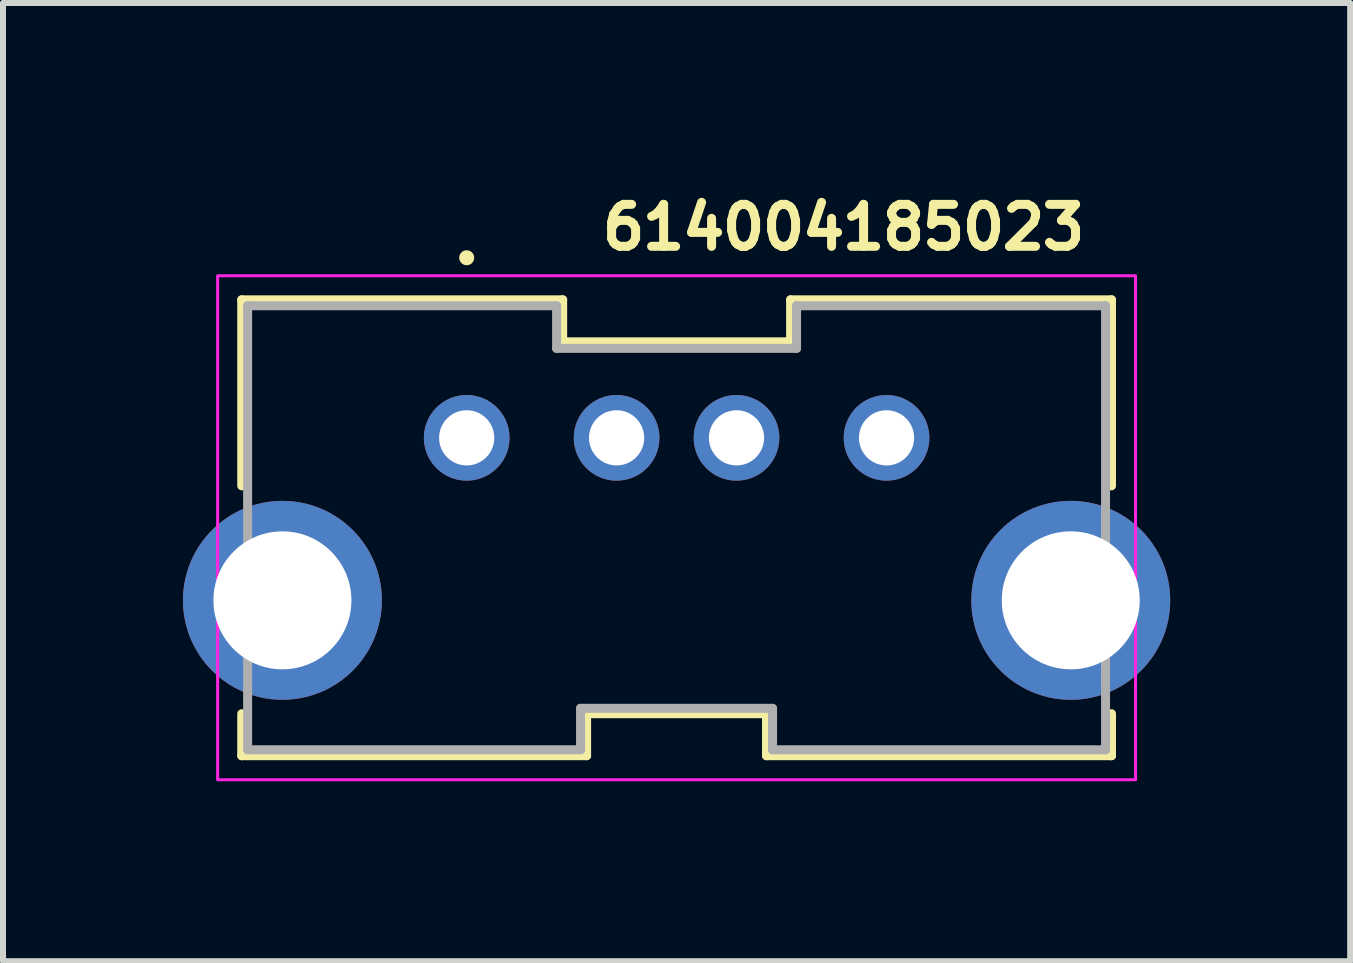
<source format=kicad_pcb>
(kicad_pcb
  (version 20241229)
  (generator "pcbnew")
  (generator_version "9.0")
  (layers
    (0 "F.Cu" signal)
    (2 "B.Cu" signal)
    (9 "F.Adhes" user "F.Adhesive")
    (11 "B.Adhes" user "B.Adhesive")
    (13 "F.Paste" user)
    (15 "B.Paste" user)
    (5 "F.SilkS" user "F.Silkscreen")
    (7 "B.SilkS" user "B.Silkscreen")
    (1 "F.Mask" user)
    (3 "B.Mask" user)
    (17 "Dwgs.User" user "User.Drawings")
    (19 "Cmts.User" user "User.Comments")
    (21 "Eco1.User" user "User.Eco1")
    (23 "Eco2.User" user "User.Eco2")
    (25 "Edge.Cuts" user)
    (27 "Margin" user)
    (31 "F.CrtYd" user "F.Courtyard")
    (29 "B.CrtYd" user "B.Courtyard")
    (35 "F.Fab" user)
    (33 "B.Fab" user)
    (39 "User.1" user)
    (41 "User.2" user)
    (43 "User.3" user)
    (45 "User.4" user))
  (footprint "614004185023"
    (layer "F.Cu")
    (at 4.73 4.249)
    (property "Reference" "614004185023" (at 2.184 -3.099 0) (layer "F.SilkS") (effects (font (size 0.7 0.7) (thickness 0.15)) (justify left bottom)))
    (attr through_hole)
    (fp_line (start -3.75 -2.301) (end -3.75 0.8) (stroke (width 0.15) (type solid)) (layer "F.SilkS"))
    (fp_line (start -3.75 -2.301) (end 1.6 -2.301) (stroke (width 0.15) (type solid)) (layer "F.SilkS"))
    (fp_line (start -3.75 4.599) (end -3.75 5.299) (stroke (width 0.15) (type solid)) (layer "F.SilkS"))
    (fp_line (start -3.75 5.299) (end 1.999 5.299) (stroke (width 0.15) (type solid)) (layer "F.SilkS"))
    (fp_line (start 1.6 -2.301) (end 1.6 -1.601) (stroke (width 0.15) (type solid)) (layer "F.SilkS"))
    (fp_line (start 1.6 -1.601) (end 5.4 -1.601) (stroke (width 0.15) (type solid)) (layer "F.SilkS"))
    (fp_line (start 1.999 4.599) (end 4.998 4.599) (stroke (width 0.15) (type solid)) (layer "F.SilkS"))
    (fp_line (start 1.999 5.299) (end 1.999 4.599) (stroke (width 0.15) (type solid)) (layer "F.SilkS"))
    (fp_line (start 4.998 4.599) (end 4.998 5.299) (stroke (width 0.15) (type solid)) (layer "F.SilkS"))
    (fp_line (start 4.998 5.299) (end 10.749 5.299) (stroke (width 0.15) (type solid)) (layer "F.SilkS"))
    (fp_line (start 5.4 -2.301) (end 10.749 -2.301) (stroke (width 0.15) (type solid)) (layer "F.SilkS"))
    (fp_line (start 5.4 -1.601) (end 5.4 -2.301) (stroke (width 0.15) (type solid)) (layer "F.SilkS"))
    (fp_line (start 10.749 -2.301) (end 10.749 0.8) (stroke (width 0.15) (type solid)) (layer "F.SilkS"))
    (fp_line (start 10.749 5.299) (end 10.749 4.599) (stroke (width 0.15) (type solid)) (layer "F.SilkS"))
    (fp_circle (center 0 -3.002) (end 0.05 -3.002) (stroke (width 0.15) (type solid)) (fill yes) (layer "F.SilkS"))
    (fp_rect (start -4.152 -2.702) (end 11.15 5.7) (stroke (width 0.05) (type solid)) (fill no) (layer "F.CrtYd"))
    (fp_line (start -3.652 5.2) (end -3.652 -2.202) (stroke (width 0.15) (type solid)) (layer "F.Fab"))
    (fp_line (start 1.499 -2.202) (end -3.652 -2.202) (stroke (width 0.15) (type solid)) (layer "F.Fab"))
    (fp_line (start 1.499 -2.202) (end 1.499 -1.492) (stroke (width 0.15) (type solid)) (layer "F.Fab"))
    (fp_line (start 1.499 -1.492) (end 5.499 -1.492) (stroke (width 0.15) (type solid)) (layer "F.Fab"))
    (fp_line (start 1.898 4.509) (end 5.099 4.509) (stroke (width 0.15) (type solid)) (layer "F.Fab"))
    (fp_line (start 1.898 5.2) (end -3.652 5.2) (stroke (width 0.15) (type solid)) (layer "F.Fab"))
    (fp_line (start 1.898 5.2) (end 1.898 4.509) (stroke (width 0.15) (type solid)) (layer "F.Fab"))
    (fp_line (start 5.099 4.509) (end 5.099 5.2) (stroke (width 0.15) (type solid)) (layer "F.Fab"))
    (fp_line (start 5.499 -1.492) (end 5.499 -2.202) (stroke (width 0.15) (type solid)) (layer "F.Fab"))
    (fp_line (start 10.65 -2.202) (end 5.499 -2.202) (stroke (width 0.15) (type solid)) (layer "F.Fab"))
    (fp_line (start 10.65 5.2) (end 5.099 5.2) (stroke (width 0.15) (type solid)) (layer "F.Fab"))
    (fp_line (start 10.65 5.2) (end 10.65 -2.202) (stroke (width 0.15) (type solid)) (layer "F.Fab"))
    (fp_line (start -3.652 -0.5) (end -3.652 3.499) (stroke (width 0.02) (type solid)) (layer "User.9"))
    (fp_line (start -3.652 -0.5) (end -3.451 -0.5) (stroke (width 0.02) (type solid)) (layer "User.9"))
    (fp_line (start -3.652 3.499) (end -3.451 3.499) (stroke (width 0.02) (type solid)) (layer "User.9"))
    (fp_line (start -3.451 -0.5) (end -2.956 -0.5) (stroke (width 0.02) (type solid)) (layer "User.9"))
    (fp_line (start -3.451 3.499) (end -2.956 3.499) (stroke (width 0.02) (type solid)) (layer "User.9"))
    (fp_line (start -3.221 3.757) (end -3.221 3.66) (stroke (width 0.02) (type solid)) (layer "User.9"))
    (fp_line (start -3.221 3.757) (end -3.221 3.757) (stroke (width 0.02) (type solid)) (layer "User.9"))
    (fp_line (start -3.221 3.757) (end -3.221 3.757) (stroke (width 0.02) (type solid)) (layer "User.9"))
    (fp_line (start -3.221 3.91) (end -3.221 3.499) (stroke (width 0.02) (type solid)) (layer "User.9"))
    (fp_line (start -3.221 3.91) (end -3.136 3.91) (stroke (width 0.02) (type solid)) (layer "User.9"))
    (fp_line (start -3.136 3.91) (end -3.051 3.91) (stroke (width 0.02) (type solid)) (layer "User.9"))
    (fp_line (start -3.051 -1.029) (end -3.051 -1.01) (stroke (width 0.02) (type solid)) (layer "User.9"))
    (fp_line (start -3.051 -0.5) (end -3.051 -1.01) (stroke (width 0.02) (type solid)) (layer "User.9"))
    (fp_line (start -3.051 4.009) (end -3.051 3.499) (stroke (width 0.02) (type solid)) (layer "User.9"))
    (fp_line (start -3.051 4.009) (end -3.051 4.027) (stroke (width 0.02) (type solid)) (layer "User.9"))
    (fp_line (start -3.051 4.027) (end -3.049 4.044) (stroke (width 0.02) (type solid)) (layer "User.9"))
    (fp_line (start -3.049 -1.045) (end -3.051 -1.029) (stroke (width 0.02) (type solid)) (layer "User.9"))
    (fp_line (start -3.049 4.044) (end -3.048 4.06) (stroke (width 0.02) (type solid)) (layer "User.9"))
    (fp_line (start -3.048 -1.063) (end -3.049 -1.045) (stroke (width 0.02) (type solid)) (layer "User.9"))
    (fp_line (start -3.048 4.06) (end -3.044 4.078) (stroke (width 0.02) (type solid)) (layer "User.9"))
    (fp_line (start -3.044 -1.079) (end -3.048 -1.063) (stroke (width 0.02) (type solid)) (layer "User.9"))
    (fp_line (start -3.044 4.078) (end -3.04 4.094) (stroke (width 0.02) (type solid)) (layer "User.9"))
    (fp_line (start -3.04 -1.097) (end -3.044 -1.079) (stroke (width 0.02) (type solid)) (layer "User.9"))
    (fp_line (start -3.04 4.094) (end -3.036 4.11) (stroke (width 0.02) (type solid)) (layer "User.9"))
    (fp_line (start -3.036 -1.113) (end -3.04 -1.097) (stroke (width 0.02) (type solid)) (layer "User.9"))
    (fp_line (start -3.036 4.11) (end -3.031 4.128) (stroke (width 0.02) (type solid)) (layer "User.9"))
    (fp_line (start -3.031 -1.129) (end -3.036 -1.113) (stroke (width 0.02) (type solid)) (layer "User.9"))
    (fp_line (start -3.031 4.128) (end -3.024 4.142) (stroke (width 0.02) (type solid)) (layer "User.9"))
    (fp_line (start -3.024 -1.145) (end -3.031 -1.129) (stroke (width 0.02) (type solid)) (layer "User.9"))
    (fp_line (start -3.024 4.142) (end -3.017 4.158) (stroke (width 0.02) (type solid)) (layer "User.9"))
    (fp_line (start -3.017 -1.16) (end -3.024 -1.145) (stroke (width 0.02) (type solid)) (layer "User.9"))
    (fp_line (start -3.017 4.158) (end -3.009 4.174) (stroke (width 0.02) (type solid)) (layer "User.9"))
    (fp_line (start -3.009 -1.176) (end -3.017 -1.16) (stroke (width 0.02) (type solid)) (layer "User.9"))
    (fp_line (start -3.009 4.174) (end -3.001 4.188) (stroke (width 0.02) (type solid)) (layer "User.9"))
    (fp_line (start -3.001 -1.19) (end -3.009 -1.176) (stroke (width 0.02) (type solid)) (layer "User.9"))
    (fp_line (start -3.001 4.188) (end -2.992 4.203) (stroke (width 0.02) (type solid)) (layer "User.9"))
    (fp_line (start -2.992 -1.206) (end -3.001 -1.19) (stroke (width 0.02) (type solid)) (layer "User.9"))
    (fp_line (start -2.992 4.203) (end -2.983 4.217) (stroke (width 0.02) (type solid)) (layer "User.9"))
    (fp_line (start -2.983 -1.22) (end -2.992 -1.206) (stroke (width 0.02) (type solid)) (layer "User.9"))
    (fp_line (start -2.983 4.217) (end -2.972 4.23) (stroke (width 0.02) (type solid)) (layer "User.9"))
    (fp_line (start -2.972 -1.232) (end -2.983 -1.22) (stroke (width 0.02) (type solid)) (layer "User.9"))
    (fp_line (start -2.972 4.23) (end -2.96 4.243) (stroke (width 0.02) (type solid)) (layer "User.9"))
    (fp_line (start -2.96 -1.246) (end -2.972 -1.232) (stroke (width 0.02) (type solid)) (layer "User.9"))
    (fp_line (start -2.96 4.243) (end -2.948 4.256) (stroke (width 0.02) (type solid)) (layer "User.9"))
    (fp_line (start -2.956 -0.5) (end -2.956 -0.5) (stroke (width 0.02) (type solid)) (layer "User.9"))
    (fp_line (start -2.956 -0.5) (end -2.903 -0.5) (stroke (width 0.02) (type solid)) (layer "User.9"))
    (fp_line (start -2.956 3.499) (end -2.956 3.499) (stroke (width 0.02) (type solid)) (layer "User.9"))
    (fp_line (start -2.956 3.499) (end -2.903 3.499) (stroke (width 0.02) (type solid)) (layer "User.9"))
    (fp_line (start -2.948 -1.258) (end -2.96 -1.246) (stroke (width 0.02) (type solid)) (layer "User.9"))
    (fp_line (start -2.948 -1.258) (end -2.948 -1.258) (stroke (width 0.02) (type solid)) (layer "User.9"))
    (fp_line (start -2.948 4.256) (end -2.948 4.256) (stroke (width 0.02) (type solid)) (layer "User.9"))
    (fp_line (start -2.948 4.256) (end -2.935 4.269) (stroke (width 0.02) (type solid)) (layer "User.9"))
    (fp_line (start -2.935 -1.27) (end -2.948 -1.258) (stroke (width 0.02) (type solid)) (layer "User.9"))
    (fp_line (start -2.935 4.269) (end -2.923 4.28) (stroke (width 0.02) (type solid)) (layer "User.9"))
    (fp_line (start -2.923 -1.281) (end -2.935 -1.27) (stroke (width 0.02) (type solid)) (layer "User.9"))
    (fp_line (start -2.923 4.28) (end -2.91 4.291) (stroke (width 0.02) (type solid)) (layer "User.9"))
    (fp_line (start -2.91 -1.293) (end -2.923 -1.281) (stroke (width 0.02) (type solid)) (layer "User.9"))
    (fp_line (start -2.91 4.291) (end -2.895 4.301) (stroke (width 0.02) (type solid)) (layer "User.9"))
    (fp_line (start -2.903 -0.5) (end -2.903 -0.5) (stroke (width 0.02) (type solid)) (layer "User.9"))
    (fp_line (start -2.903 -0.5) (end -2.82 -0.5) (stroke (width 0.02) (type solid)) (layer "User.9"))
    (fp_line (start -2.903 3.499) (end -2.903 3.499) (stroke (width 0.02) (type solid)) (layer "User.9"))
    (fp_line (start -2.903 3.499) (end -2.82 3.499) (stroke (width 0.02) (type solid)) (layer "User.9"))
    (fp_line (start -2.895 -1.303) (end -2.91 -1.293) (stroke (width 0.02) (type solid)) (layer "User.9"))
    (fp_line (start -2.895 4.301) (end -2.88 4.31) (stroke (width 0.02) (type solid)) (layer "User.9"))
    (fp_line (start -2.88 -1.311) (end -2.895 -1.303) (stroke (width 0.02) (type solid)) (layer "User.9"))
    (fp_line (start -2.88 4.31) (end -2.866 4.318) (stroke (width 0.02) (type solid)) (layer "User.9"))
    (fp_line (start -2.866 -1.319) (end -2.88 -1.311) (stroke (width 0.02) (type solid)) (layer "User.9"))
    (fp_line (start -2.866 4.318) (end -2.851 4.326) (stroke (width 0.02) (type solid)) (layer "User.9"))
    (fp_line (start -2.851 -1.327) (end -2.866 -1.319) (stroke (width 0.02) (type solid)) (layer "User.9"))
    (fp_line (start -2.851 4.326) (end -2.835 4.333) (stroke (width 0.02) (type solid)) (layer "User.9"))
    (fp_line (start -2.835 -1.335) (end -2.851 -1.327) (stroke (width 0.02) (type solid)) (layer "User.9"))
    (fp_line (start -2.835 4.333) (end -2.819 4.339) (stroke (width 0.02) (type solid)) (layer "User.9"))
    (fp_line (start -2.82 -0.5) (end -2.82 -0.5) (stroke (width 0.02) (type solid)) (layer "User.9"))
    (fp_line (start -2.82 -0.5) (end -2.79 -0.5) (stroke (width 0.02) (type solid)) (layer "User.9"))
    (fp_line (start -2.82 3.499) (end -2.82 3.499) (stroke (width 0.02) (type solid)) (layer "User.9"))
    (fp_line (start -2.82 3.499) (end -2.79 3.499) (stroke (width 0.02) (type solid)) (layer "User.9"))
    (fp_line (start -2.819 -1.341) (end -2.835 -1.335) (stroke (width 0.02) (type solid)) (layer "User.9"))
    (fp_line (start -2.819 4.339) (end -2.802 4.344) (stroke (width 0.02) (type solid)) (layer "User.9"))
    (fp_line (start -2.802 -1.345) (end -2.819 -1.341) (stroke (width 0.02) (type solid)) (layer "User.9"))
    (fp_line (start -2.802 4.344) (end -2.786 4.349) (stroke (width 0.02) (type solid)) (layer "User.9"))
    (fp_line (start -2.79 -0.5) (end -2.79 -0.5) (stroke (width 0.02) (type solid)) (layer "User.9"))
    (fp_line (start -2.79 -0.5) (end -2.769 -0.5) (stroke (width 0.02) (type solid)) (layer "User.9"))
    (fp_line (start -2.79 3.499) (end -2.79 3.499) (stroke (width 0.02) (type solid)) (layer "User.9"))
    (fp_line (start -2.79 3.499) (end -2.769 3.499) (stroke (width 0.02) (type solid)) (layer "User.9"))
    (fp_line (start -2.786 -1.351) (end -2.802 -1.345) (stroke (width 0.02) (type solid)) (layer "User.9"))
    (fp_line (start -2.786 4.349) (end -2.77 4.352) (stroke (width 0.02) (type solid)) (layer "User.9"))
    (fp_line (start -2.77 -1.355) (end -2.786 -1.351) (stroke (width 0.02) (type solid)) (layer "User.9"))
    (fp_line (start -2.77 4.352) (end -2.753 4.355) (stroke (width 0.02) (type solid)) (layer "User.9"))
    (fp_line (start -2.769 -0.5) (end -2.769 -0.5) (stroke (width 0.02) (type solid)) (layer "User.9"))
    (fp_line (start -2.769 -0.5) (end -2.755 -0.5) (stroke (width 0.02) (type solid)) (layer "User.9"))
    (fp_line (start -2.769 3.499) (end -2.769 3.499) (stroke (width 0.02) (type solid)) (layer "User.9"))
    (fp_line (start -2.769 3.499) (end -2.755 3.499) (stroke (width 0.02) (type solid)) (layer "User.9"))
    (fp_line (start -2.755 -0.5) (end -2.755 -0.5) (stroke (width 0.02) (type solid)) (layer "User.9"))
    (fp_line (start -2.755 -0.5) (end -2.75 -0.5) (stroke (width 0.02) (type solid)) (layer "User.9"))
    (fp_line (start -2.755 3.499) (end -2.755 3.499) (stroke (width 0.02) (type solid)) (layer "User.9"))
    (fp_line (start -2.755 3.499) (end -2.75 3.499) (stroke (width 0.02) (type solid)) (layer "User.9"))
    (fp_line (start -2.753 -1.357) (end -2.77 -1.355) (stroke (width 0.02) (type solid)) (layer "User.9"))
    (fp_line (start -2.753 4.355) (end -2.735 4.357) (stroke (width 0.02) (type solid)) (layer "User.9"))
    (fp_line (start -2.75 -2.202) (end 1.898 -2.202) (stroke (width 0.02) (type solid)) (layer "User.9"))
    (fp_line (start -2.75 -1.361) (end -2.75 -2.202) (stroke (width 0.02) (type solid)) (layer "User.9"))
    (fp_line (start -2.75 -1.357) (end -2.75 -1.361) (stroke (width 0.02) (type solid)) (layer "User.9"))
    (fp_line (start -2.75 -1.024) (end -2.749 -1.025) (stroke (width 0.02) (type solid)) (layer "User.9"))
    (fp_line (start -2.75 -1.02) (end -2.75 -1.024) (stroke (width 0.02) (type solid)) (layer "User.9"))
    (fp_line (start -2.75 -1.018) (end -2.75 -1.02) (stroke (width 0.02) (type solid)) (layer "User.9"))
    (fp_line (start -2.75 -1.016) (end -2.75 -1.018) (stroke (width 0.02) (type solid)) (layer "User.9"))
    (fp_line (start -2.75 -1.014) (end -2.75 -1.016) (stroke (width 0.02) (type solid)) (layer "User.9"))
    (fp_line (start -2.75 -1.01) (end -2.75 -1.014) (stroke (width 0.02) (type solid)) (layer "User.9"))
    (fp_line (start -2.75 -1.01) (end -2.75 -0.5) (stroke (width 0.02) (type solid)) (layer "User.9"))
    (fp_line (start -2.75 0.699) (end -2.75 0.7) (stroke (width 0.02) (type solid)) (layer "User.9"))
    (fp_line (start -2.75 0.7) (end -2.75 0.7) (stroke (width 0.02) (type solid)) (layer "User.9"))
    (fp_line (start -2.75 0.7) (end -2.75 0.7) (stroke (width 0.02) (type solid)) (layer "User.9"))
    (fp_line (start -2.75 0.7) (end -2.75 0.7) (stroke (width 0.02) (type solid)) (layer "User.9"))
    (fp_line (start -2.75 0.7) (end -2.75 0.701) (stroke (width 0.02) (type solid)) (layer "User.9"))
    (fp_line (start -2.75 0.701) (end -2.75 0.701) (stroke (width 0.02) (type solid)) (layer "User.9"))
    (fp_line (start -2.75 0.701) (end -2.75 0.701) (stroke (width 0.02) (type solid)) (layer "User.9"))
    (fp_line (start -2.75 0.701) (end -2.75 0.701) (stroke (width 0.02) (type solid)) (layer "User.9"))
    (fp_line (start -2.75 0.701) (end -2.749 0.702) (stroke (width 0.02) (type solid)) (layer "User.9"))
    (fp_line (start -2.75 2.297) (end -2.75 2.297) (stroke (width 0.02) (type solid)) (layer "User.9"))
    (fp_line (start -2.75 2.297) (end -2.75 2.298) (stroke (width 0.02) (type solid)) (layer "User.9"))
    (fp_line (start -2.75 2.298) (end -2.75 2.298) (stroke (width 0.02) (type solid)) (layer "User.9"))
    (fp_line (start -2.75 2.298) (end -2.75 2.298) (stroke (width 0.02) (type solid)) (layer "User.9"))
    (fp_line (start -2.75 3.499) (end -2.75 -0.5) (stroke (width 0.02) (type solid)) (layer "User.9"))
    (fp_line (start -2.75 3.499) (end -2.75 4.009) (stroke (width 0.02) (type solid)) (layer "User.9"))
    (fp_line (start -2.75 4.012) (end -2.75 4.009) (stroke (width 0.02) (type solid)) (layer "User.9"))
    (fp_line (start -2.75 4.014) (end -2.75 4.012) (stroke (width 0.02) (type solid)) (layer "User.9"))
    (fp_line (start -2.75 4.017) (end -2.75 4.014) (stroke (width 0.02) (type solid)) (layer "User.9"))
    (fp_line (start -2.75 4.019) (end -2.75 4.017) (stroke (width 0.02) (type solid)) (layer "User.9"))
    (fp_line (start -2.75 4.022) (end -2.75 4.019) (stroke (width 0.02) (type solid)) (layer "User.9"))
    (fp_line (start -2.75 4.358) (end -2.75 4.355) (stroke (width 0.02) (type solid)) (layer "User.9"))
    (fp_line (start -2.75 4.358) (end -2.157 4.358) (stroke (width 0.02) (type solid)) (layer "User.9"))
    (fp_line (start -2.75 5.2) (end -2.75 4.358) (stroke (width 0.02) (type solid)) (layer "User.9"))
    (fp_line (start -2.749 -1.027) (end -2.747 -1.031) (stroke (width 0.02) (type solid)) (layer "User.9"))
    (fp_line (start -2.749 -1.025) (end -2.749 -1.027) (stroke (width 0.02) (type solid)) (layer "User.9"))
    (fp_line (start -2.749 0.702) (end -2.749 0.702) (stroke (width 0.02) (type solid)) (layer "User.9"))
    (fp_line (start -2.749 0.702) (end -2.747 0.702) (stroke (width 0.02) (type solid)) (layer "User.9"))
    (fp_line (start -2.749 2.297) (end -2.75 2.297) (stroke (width 0.02) (type solid)) (layer "User.9"))
    (fp_line (start -2.749 4.023) (end -2.75 4.022) (stroke (width 0.02) (type solid)) (layer "User.9"))
    (fp_line (start -2.749 4.025) (end -2.749 4.023) (stroke (width 0.02) (type solid)) (layer "User.9"))
    (fp_line (start -2.747 -1.031) (end -2.746 -1.033) (stroke (width 0.02) (type solid)) (layer "User.9"))
    (fp_line (start -2.747 0.702) (end -2.747 0.702) (stroke (width 0.02) (type solid)) (layer "User.9"))
    (fp_line (start -2.747 0.702) (end -2.746 0.703) (stroke (width 0.02) (type solid)) (layer "User.9"))
    (fp_line (start -2.747 2.297) (end -2.749 2.297) (stroke (width 0.02) (type solid)) (layer "User.9"))
    (fp_line (start -2.747 4.028) (end -2.749 4.025) (stroke (width 0.02) (type solid)) (layer "User.9"))
    (fp_line (start -2.746 -1.035) (end -2.743 -1.037) (stroke (width 0.02) (type solid)) (layer "User.9"))
    (fp_line (start -2.746 -1.033) (end -2.746 -1.035) (stroke (width 0.02) (type solid)) (layer "User.9"))
    (fp_line (start -2.746 0.703) (end -2.745 0.703) (stroke (width 0.02) (type solid)) (layer "User.9"))
    (fp_line (start -2.746 2.296) (end -2.747 2.297) (stroke (width 0.02) (type solid)) (layer "User.9"))
    (fp_line (start -2.746 4.03) (end -2.747 4.028) (stroke (width 0.02) (type solid)) (layer "User.9"))
    (fp_line (start -2.746 4.033) (end -2.746 4.03) (stroke (width 0.02) (type solid)) (layer "User.9"))
    (fp_line (start -2.745 0.703) (end -2.742 0.703) (stroke (width 0.02) (type solid)) (layer "User.9"))
    (fp_line (start -2.745 2.296) (end -2.746 2.296) (stroke (width 0.02) (type solid)) (layer "User.9"))
    (fp_line (start -2.743 -1.037) (end -2.742 -1.039) (stroke (width 0.02) (type solid)) (layer "User.9"))
    (fp_line (start -2.743 4.035) (end -2.746 4.033) (stroke (width 0.02) (type solid)) (layer "User.9"))
    (fp_line (start -2.742 -1.041) (end -2.739 -1.043) (stroke (width 0.02) (type solid)) (layer "User.9"))
    (fp_line (start -2.742 -1.039) (end -2.742 -1.041) (stroke (width 0.02) (type solid)) (layer "User.9"))
    (fp_line (start -2.742 0.703) (end -2.741 0.703) (stroke (width 0.02) (type solid)) (layer "User.9"))
    (fp_line (start -2.742 4.036) (end -2.743 4.035) (stroke (width 0.02) (type solid)) (layer "User.9"))
    (fp_line (start -2.742 4.038) (end -2.742 4.036) (stroke (width 0.02) (type solid)) (layer "User.9"))
    (fp_line (start -2.741 0.703) (end -2.738 0.704) (stroke (width 0.02) (type solid)) (layer "User.9"))
    (fp_line (start -2.741 2.294) (end -2.745 2.296) (stroke (width 0.02) (type solid)) (layer "User.9"))
    (fp_line (start -2.739 -1.043) (end -2.738 -1.045) (stroke (width 0.02) (type solid)) (layer "User.9"))
    (fp_line (start -2.739 4.041) (end -2.742 4.038) (stroke (width 0.02) (type solid)) (layer "User.9"))
    (fp_line (start -2.738 -1.045) (end -2.737 -1.047) (stroke (width 0.02) (type solid)) (layer "User.9"))
    (fp_line (start -2.738 0.704) (end -2.737 0.704) (stroke (width 0.02) (type solid)) (layer "User.9"))
    (fp_line (start -2.738 4.043) (end -2.739 4.041) (stroke (width 0.02) (type solid)) (layer "User.9"))
    (fp_line (start -2.737 -1.047) (end -2.737 -1.047) (stroke (width 0.02) (type solid)) (layer "User.9"))
    (fp_line (start -2.737 -1.047) (end -2.734 -1.049) (stroke (width 0.02) (type solid)) (layer "User.9"))
    (fp_line (start -2.737 0.704) (end -2.734 0.705) (stroke (width 0.02) (type solid)) (layer "User.9"))
    (fp_line (start -2.737 2.293) (end -2.741 2.294) (stroke (width 0.02) (type solid)) (layer "User.9"))
    (fp_line (start -2.737 4.044) (end -2.738 4.043) (stroke (width 0.02) (type solid)) (layer "User.9"))
    (fp_line (start -2.737 4.044) (end -2.737 4.044) (stroke (width 0.02) (type solid)) (layer "User.9"))
    (fp_line (start -2.735 -1.359) (end -2.753 -1.357) (stroke (width 0.02) (type solid)) (layer "User.9"))
    (fp_line (start -2.735 4.357) (end -2.718 4.358) (stroke (width 0.02) (type solid)) (layer "User.9"))
    (fp_line (start -2.734 -1.049) (end -2.733 -1.049) (stroke (width 0.02) (type solid)) (layer "User.9"))
    (fp_line (start -2.734 0.705) (end -2.73 0.705) (stroke (width 0.02) (type solid)) (layer "User.9"))
    (fp_line (start -2.734 4.046) (end -2.737 4.044) (stroke (width 0.02) (type solid)) (layer "User.9"))
    (fp_line (start -2.733 -1.049) (end -2.73 -1.051) (stroke (width 0.02) (type solid)) (layer "User.9"))
    (fp_line (start -2.733 4.047) (end -2.734 4.046) (stroke (width 0.02) (type solid)) (layer "User.9"))
    (fp_line (start -2.73 -1.051) (end -2.729 -1.053) (stroke (width 0.02) (type solid)) (layer "User.9"))
    (fp_line (start -2.73 0.705) (end -2.727 0.706) (stroke (width 0.02) (type solid)) (layer "User.9"))
    (fp_line (start -2.73 2.293) (end -2.737 2.293) (stroke (width 0.02) (type solid)) (layer "User.9"))
    (fp_line (start -2.73 4.049) (end -2.733 4.047) (stroke (width 0.02) (type solid)) (layer "User.9"))
    (fp_line (start -2.729 -1.053) (end -2.726 -1.053) (stroke (width 0.02) (type solid)) (layer "User.9"))
    (fp_line (start -2.729 4.051) (end -2.73 4.049) (stroke (width 0.02) (type solid)) (layer "User.9"))
    (fp_line (start -2.727 0.706) (end -2.725 0.706) (stroke (width 0.02) (type solid)) (layer "User.9"))
    (fp_line (start -2.726 -1.053) (end -2.725 -1.055) (stroke (width 0.02) (type solid)) (layer "User.9"))
    (fp_line (start -2.726 4.052) (end -2.729 4.051) (stroke (width 0.02) (type solid)) (layer "User.9"))
    (fp_line (start -2.725 -1.055) (end -2.722 -1.057) (stroke (width 0.02) (type solid)) (layer "User.9"))
    (fp_line (start -2.725 0.706) (end -2.203 0.784) (stroke (width 0.02) (type solid)) (layer "User.9"))
    (fp_line (start -2.725 2.292) (end -2.73 2.293) (stroke (width 0.02) (type solid)) (layer "User.9"))
    (fp_line (start -2.725 4.054) (end -2.726 4.052) (stroke (width 0.02) (type solid)) (layer "User.9"))
    (fp_line (start -2.722 -1.057) (end -2.721 -1.057) (stroke (width 0.02) (type solid)) (layer "User.9"))
    (fp_line (start -2.722 4.054) (end -2.725 4.054) (stroke (width 0.02) (type solid)) (layer "User.9"))
    (fp_line (start -2.721 -1.057) (end -2.718 -1.059) (stroke (width 0.02) (type solid)) (layer "User.9"))
    (fp_line (start -2.721 4.055) (end -2.722 4.054) (stroke (width 0.02) (type solid)) (layer "User.9"))
    (fp_line (start -2.718 -1.361) (end -2.735 -1.359) (stroke (width 0.02) (type solid)) (layer "User.9"))
    (fp_line (start -2.718 -1.059) (end -2.715 -1.059) (stroke (width 0.02) (type solid)) (layer "User.9"))
    (fp_line (start -2.718 4.057) (end -2.721 4.055) (stroke (width 0.02) (type solid)) (layer "User.9"))
    (fp_line (start -2.718 4.358) (end -2.702 4.358) (stroke (width 0.02) (type solid)) (layer "User.9"))
    (fp_line (start -2.715 -1.059) (end -2.714 -1.059) (stroke (width 0.02) (type solid)) (layer "User.9"))
    (fp_line (start -2.715 4.057) (end -2.718 4.057) (stroke (width 0.02) (type solid)) (layer "User.9"))
    (fp_line (start -2.714 -1.059) (end -2.71 -1.061) (stroke (width 0.02) (type solid)) (layer "User.9"))
    (fp_line (start -2.714 4.057) (end -2.715 4.057) (stroke (width 0.02) (type solid)) (layer "User.9"))
    (fp_line (start -2.71 -1.061) (end -2.709 -1.061) (stroke (width 0.02) (type solid)) (layer "User.9"))
    (fp_line (start -2.71 4.059) (end -2.714 4.057) (stroke (width 0.02) (type solid)) (layer "User.9"))
    (fp_line (start -2.709 -1.061) (end -2.706 -1.061) (stroke (width 0.02) (type solid)) (layer "User.9"))
    (fp_line (start -2.709 4.059) (end -2.71 4.059) (stroke (width 0.02) (type solid)) (layer "User.9"))
    (fp_line (start -2.706 -1.061) (end -2.703 -1.061) (stroke (width 0.02) (type solid)) (layer "User.9"))
    (fp_line (start -2.706 4.059) (end -2.709 4.059) (stroke (width 0.02) (type solid)) (layer "User.9"))
    (fp_line (start -2.703 -1.061) (end -2.702 -1.061) (stroke (width 0.02) (type solid)) (layer "User.9"))
    (fp_line (start -2.703 4.059) (end -2.706 4.059) (stroke (width 0.02) (type solid)) (layer "User.9"))
    (fp_line (start -2.702 -1.361) (end -2.718 -1.361) (stroke (width 0.02) (type solid)) (layer "User.9"))
    (fp_line (start -2.702 -1.361) (end -2.05 -1.361) (stroke (width 0.02) (type solid)) (layer "User.9"))
    (fp_line (start -2.702 4.06) (end -2.703 4.059) (stroke (width 0.02) (type solid)) (layer "User.9"))
    (fp_line (start -2.702 4.06) (end -2.157 4.06) (stroke (width 0.02) (type solid)) (layer "User.9"))
    (fp_line (start -2.203 2.214) (end -2.725 2.292) (stroke (width 0.02) (type solid)) (layer "User.9"))
    (fp_line (start -2.203 2.214) (end -2.202 2.214) (stroke (width 0.02) (type solid)) (layer "User.9"))
    (fp_line (start -2.202 0.784) (end -2.203 0.784) (stroke (width 0.02) (type solid)) (layer "User.9"))
    (fp_line (start -2.202 0.784) (end -2.202 0.784) (stroke (width 0.02) (type solid)) (layer "User.9"))
    (fp_line (start -2.202 0.784) (end -2.202 0.784) (stroke (width 0.02) (type solid)) (layer "User.9"))
    (fp_line (start -2.202 2.214) (end -2.201 2.214) (stroke (width 0.02) (type solid)) (layer "User.9"))
    (fp_line (start -2.201 0.784) (end -2.202 0.784) (stroke (width 0.02) (type solid)) (layer "User.9"))
    (fp_line (start -2.201 2.214) (end -2.199 2.213) (stroke (width 0.02) (type solid)) (layer "User.9"))
    (fp_line (start -2.199 0.784) (end -2.201 0.784) (stroke (width 0.02) (type solid)) (layer "User.9"))
    (fp_line (start -2.199 0.785) (end -2.199 0.784) (stroke (width 0.02) (type solid)) (layer "User.9"))
    (fp_line (start -2.199 2.213) (end -2.198 2.213) (stroke (width 0.02) (type solid)) (layer "User.9"))
    (fp_line (start -2.198 0.785) (end -2.199 0.785) (stroke (width 0.02) (type solid)) (layer "User.9"))
    (fp_line (start -2.198 0.785) (end -2.198 0.785) (stroke (width 0.02) (type solid)) (layer "User.9"))
    (fp_line (start -2.198 0.785) (end -2.198 0.785) (stroke (width 0.02) (type solid)) (layer "User.9"))
    (fp_line (start -2.198 0.785) (end -2.198 0.785) (stroke (width 0.02) (type solid)) (layer "User.9"))
    (fp_line (start -2.198 0.785) (end -2.198 0.785) (stroke (width 0.02) (type solid)) (layer "User.9"))
    (fp_line (start -2.198 0.785) (end -2.198 0.785) (stroke (width 0.02) (type solid)) (layer "User.9"))
    (fp_line (start -2.198 2.213) (end -2.198 2.213) (stroke (width 0.02) (type solid)) (layer "User.9"))
    (fp_line (start -2.198 2.213) (end -2.198 2.213) (stroke (width 0.02) (type solid)) (layer "User.9"))
    (fp_line (start -2.198 2.213) (end -2.198 2.213) (stroke (width 0.02) (type solid)) (layer "User.9"))
    (fp_line (start -2.198 2.213) (end -2.197 2.213) (stroke (width 0.02) (type solid)) (layer "User.9"))
    (fp_line (start -2.197 0.785) (end -2.198 0.785) (stroke (width 0.02) (type solid)) (layer "User.9"))
    (fp_line (start -2.197 0.785) (end -2.197 0.785) (stroke (width 0.02) (type solid)) (layer "User.9"))
    (fp_line (start -2.197 0.785) (end -2.197 0.785) (stroke (width 0.02) (type solid)) (layer "User.9"))
    (fp_line (start -2.197 0.785) (end -2.197 0.785) (stroke (width 0.02) (type solid)) (layer "User.9"))
    (fp_line (start -2.197 0.786) (end -2.197 0.785) (stroke (width 0.02) (type solid)) (layer "User.9"))
    (fp_line (start -2.197 0.786) (end -2.197 0.786) (stroke (width 0.02) (type solid)) (layer "User.9"))
    (fp_line (start -2.197 0.786) (end -2.197 0.786) (stroke (width 0.02) (type solid)) (layer "User.9"))
    (fp_line (start -2.197 0.786) (end -2.197 0.786) (stroke (width 0.02) (type solid)) (layer "User.9"))
    (fp_line (start -2.197 0.786) (end -2.197 0.786) (stroke (width 0.02) (type solid)) (layer "User.9"))
    (fp_line (start -2.197 0.786) (end -2.197 0.786) (stroke (width 0.02) (type solid)) (layer "User.9"))
    (fp_line (start -2.197 2.213) (end -2.197 0.786) (stroke (width 0.02) (type solid)) (layer "User.9"))
    (fp_line (start -2.197 2.213) (end -2.197 2.213) (stroke (width 0.02) (type solid)) (layer "User.9"))
    (fp_line (start -2.197 2.213) (end -2.197 2.213) (stroke (width 0.02) (type solid)) (layer "User.9"))
    (fp_line (start -2.197 2.213) (end -2.197 2.213) (stroke (width 0.02) (type solid)) (layer "User.9"))
    (fp_line (start -2.197 2.213) (end -2.197 2.213) (stroke (width 0.02) (type solid)) (layer "User.9"))
    (fp_line (start -2.157 4.063) (end -2.157 4.06) (stroke (width 0.02) (type solid)) (layer "User.9"))
    (fp_line (start -2.157 4.063) (end -2.157 4.063) (stroke (width 0.02) (type solid)) (layer "User.9"))
    (fp_line (start -2.157 4.076) (end -2.157 4.063) (stroke (width 0.02) (type solid)) (layer "User.9"))
    (fp_line (start -2.157 4.076) (end -2.157 4.076) (stroke (width 0.02) (type solid)) (layer "User.9"))
    (fp_line (start -2.157 4.099) (end -2.157 4.076) (stroke (width 0.02) (type solid)) (layer "User.9"))
    (fp_line (start -2.157 4.099) (end -2.157 4.099) (stroke (width 0.02) (type solid)) (layer "User.9"))
    (fp_line (start -2.157 4.129) (end -2.157 4.099) (stroke (width 0.02) (type solid)) (layer "User.9"))
    (fp_line (start -2.157 4.129) (end -2.157 4.129) (stroke (width 0.02) (type solid)) (layer "User.9"))
    (fp_line (start -2.157 4.211) (end -2.157 4.129) (stroke (width 0.02) (type solid)) (layer "User.9"))
    (fp_line (start -2.157 4.211) (end -2.157 4.211) (stroke (width 0.02) (type solid)) (layer "User.9"))
    (fp_line (start -2.157 4.264) (end -2.157 4.211) (stroke (width 0.02) (type solid)) (layer "User.9"))
    (fp_line (start -2.157 4.264) (end -2.157 4.264) (stroke (width 0.02) (type solid)) (layer "User.9"))
    (fp_line (start -2.157 4.358) (end -2.702 4.358) (stroke (width 0.02) (type solid)) (layer "User.9"))
    (fp_line (start -2.157 4.759) (end -2.157 4.264) (stroke (width 0.02) (type solid)) (layer "User.9"))
    (fp_line (start -2.157 4.95) (end -2.157 4.759) (stroke (width 0.02) (type solid)) (layer "User.9"))
    (fp_line (start -2.05 -1.952) (end 9.05 -1.952) (stroke (width 0.02) (type solid)) (layer "User.9"))
    (fp_line (start -2.05 -1.76) (end -2.05 -1.952) (stroke (width 0.02) (type solid)) (layer "User.9"))
    (fp_line (start -2.05 -1.76) (end -2.05 -1.266) (stroke (width 0.02) (type solid)) (layer "User.9"))
    (fp_line (start -2.05 -1.361) (end -2.75 -1.361) (stroke (width 0.02) (type solid)) (layer "User.9"))
    (fp_line (start -2.05 -1.266) (end -2.05 -1.266) (stroke (width 0.02) (type solid)) (layer "User.9"))
    (fp_line (start -2.05 -1.266) (end -2.05 -1.214) (stroke (width 0.02) (type solid)) (layer "User.9"))
    (fp_line (start -2.05 -1.214) (end -2.05 -1.214) (stroke (width 0.02) (type solid)) (layer "User.9"))
    (fp_line (start -2.05 -1.214) (end -2.05 -1.131) (stroke (width 0.02) (type solid)) (layer "User.9"))
    (fp_line (start -2.05 -1.131) (end -2.05 -1.131) (stroke (width 0.02) (type solid)) (layer "User.9"))
    (fp_line (start -2.05 -1.131) (end -2.05 -1.101) (stroke (width 0.02) (type solid)) (layer "User.9"))
    (fp_line (start -2.05 -1.101) (end -2.05 -1.101) (stroke (width 0.02) (type solid)) (layer "User.9"))
    (fp_line (start -2.05 -1.101) (end -2.05 -1.079) (stroke (width 0.02) (type solid)) (layer "User.9"))
    (fp_line (start -2.05 -1.079) (end -2.05 -1.079) (stroke (width 0.02) (type solid)) (layer "User.9"))
    (fp_line (start -2.05 -1.079) (end -2.05 -1.065) (stroke (width 0.02) (type solid)) (layer "User.9"))
    (fp_line (start -2.05 -1.065) (end -2.05 -1.065) (stroke (width 0.02) (type solid)) (layer "User.9"))
    (fp_line (start -2.05 -1.065) (end -2.05 -1.061) (stroke (width 0.02) (type solid)) (layer "User.9"))
    (fp_line (start -2.05 -1.061) (end -2.702 -1.061) (stroke (width 0.02) (type solid)) (layer "User.9"))
    (fp_line (start -2.05 -1.061) (end 9.05 -1.061) (stroke (width 0.02) (type solid)) (layer "User.9"))
    (fp_line (start -2.027 -0.642) (end -1.726 -0.342) (stroke (width 0.02) (type solid)) (layer "User.9"))
    (fp_line (start -2.027 -0.642) (end 9.025 -0.642) (stroke (width 0.02) (type solid)) (layer "User.9"))
    (fp_line (start -2.027 1.159) (end -2.027 -0.642) (stroke (width 0.02) (type solid)) (layer "User.9"))
    (fp_line (start -2.027 1.159) (end -1.726 0.858) (stroke (width 0.02) (type solid)) (layer "User.9"))
    (fp_line (start -1.726 -0.342) (end -1.726 0.858) (stroke (width 0.02) (type solid)) (layer "User.9"))
    (fp_line (start -1.726 0.858) (end 8.724 0.858) (stroke (width 0.02) (type solid)) (layer "User.9"))
    (fp_line (start -0.753 4.059) (end -0.752 4.059) (stroke (width 0.02) (type solid)) (layer "User.9"))
    (fp_line (start -0.753 4.06) (end -0.753 4.059) (stroke (width 0.02) (type solid)) (layer "User.9"))
    (fp_line (start -0.752 -1.061) (end -0.753 -1.061) (stroke (width 0.02) (type solid)) (layer "User.9"))
    (fp_line (start -0.752 4.059) (end -0.751 4.059) (stroke (width 0.02) (type solid)) (layer "User.9"))
    (fp_line (start -0.751 -1.061) (end -0.752 -1.061) (stroke (width 0.02) (type solid)) (layer "User.9"))
    (fp_line (start -0.751 4.059) (end -0.751 4.059) (stroke (width 0.02) (type solid)) (layer "User.9"))
    (fp_line (start -0.751 4.059) (end -0.75 4.057) (stroke (width 0.02) (type solid)) (layer "User.9"))
    (fp_line (start -0.75 -1.059) (end -0.751 -1.061) (stroke (width 0.02) (type solid)) (layer "User.9"))
    (fp_line (start -0.75 4.057) (end -0.75 4.057) (stroke (width 0.02) (type solid)) (layer "User.9"))
    (fp_line (start -0.75 4.057) (end -0.749 4.057) (stroke (width 0.02) (type solid)) (layer "User.9"))
    (fp_line (start -0.749 -1.057) (end -0.75 -1.059) (stroke (width 0.02) (type solid)) (layer "User.9"))
    (fp_line (start -0.749 4.055) (end -0.748 4.054) (stroke (width 0.02) (type solid)) (layer "User.9"))
    (fp_line (start -0.749 4.057) (end -0.749 4.055) (stroke (width 0.02) (type solid)) (layer "User.9"))
    (fp_line (start -0.748 -1.055) (end -0.749 -1.057) (stroke (width 0.02) (type solid)) (layer "User.9"))
    (fp_line (start -0.748 4.054) (end -0.748 4.054) (stroke (width 0.02) (type solid)) (layer "User.9"))
    (fp_line (start -0.748 4.054) (end -0.747 4.052) (stroke (width 0.02) (type solid)) (layer "User.9"))
    (fp_line (start -0.747 -1.053) (end -0.748 -1.055) (stroke (width 0.02) (type solid)) (layer "User.9"))
    (fp_line (start -0.747 4.052) (end -0.747 4.052) (stroke (width 0.02) (type solid)) (layer "User.9"))
    (fp_line (start -0.747 4.052) (end -0.746 4.051) (stroke (width 0.02) (type solid)) (layer "User.9"))
    (fp_line (start -0.746 -1.051) (end -0.747 -1.053) (stroke (width 0.02) (type solid)) (layer "User.9"))
    (fp_line (start -0.746 4.049) (end -0.745 4.046) (stroke (width 0.02) (type solid)) (layer "User.9"))
    (fp_line (start -0.746 4.051) (end -0.746 4.049) (stroke (width 0.02) (type solid)) (layer "User.9"))
    (fp_line (start -0.745 -1.049) (end -0.746 -1.051) (stroke (width 0.02) (type solid)) (layer "User.9"))
    (fp_line (start -0.745 4.046) (end -0.744 4.044) (stroke (width 0.02) (type solid)) (layer "User.9"))
    (fp_line (start -0.744 -1.045) (end -0.745 -1.049) (stroke (width 0.02) (type solid)) (layer "User.9"))
    (fp_line (start -0.744 4.044) (end -0.743 4.039) (stroke (width 0.02) (type solid)) (layer "User.9"))
    (fp_line (start -0.743 -1.041) (end -0.744 -1.045) (stroke (width 0.02) (type solid)) (layer "User.9"))
    (fp_line (start -0.743 4.039) (end -0.742 4.036) (stroke (width 0.02) (type solid)) (layer "User.9"))
    (fp_line (start -0.742 4.036) (end -0.741 4.031) (stroke (width 0.02) (type solid)) (layer "User.9"))
    (fp_line (start -0.741 -1.033) (end -0.743 -1.041) (stroke (width 0.02) (type solid)) (layer "User.9"))
    (fp_line (start -0.741 4.027) (end -0.74 4.022) (stroke (width 0.02) (type solid)) (layer "User.9"))
    (fp_line (start -0.741 4.031) (end -0.741 4.027) (stroke (width 0.02) (type solid)) (layer "User.9"))
    (fp_line (start -0.74 -1.024) (end -0.741 -1.033) (stroke (width 0.02) (type solid)) (layer "User.9"))
    (fp_line (start -0.74 4.022) (end -0.739 4.015) (stroke (width 0.02) (type solid)) (layer "User.9"))
    (fp_line (start -0.739 4.015) (end -0.738 4.009) (stroke (width 0.02) (type solid)) (layer "User.9"))
    (fp_line (start -0.738 -1.012) (end -0.74 -1.024) (stroke (width 0.02) (type solid)) (layer "User.9"))
    (fp_line (start -0.738 -1.012) (end -0.69 -0.642) (stroke (width 0.02) (type solid)) (layer "User.9"))
    (fp_line (start -0.693 -1.061) (end -0.658 -0.797) (stroke (width 0.02) (type solid)) (layer "User.9"))
    (fp_line (start -0.681 3.568) (end -0.738 4.009) (stroke (width 0.02) (type solid)) (layer "User.9"))
    (fp_line (start -0.678 3.55) (end -0.681 3.568) (stroke (width 0.02) (type solid)) (layer "User.9"))
    (fp_line (start -0.675 3.531) (end -0.678 3.55) (stroke (width 0.02) (type solid)) (layer "User.9"))
    (fp_line (start -0.672 3.515) (end -0.675 3.531) (stroke (width 0.02) (type solid)) (layer "User.9"))
    (fp_line (start -0.67 3.499) (end -0.672 3.515) (stroke (width 0.02) (type solid)) (layer "User.9"))
    (fp_line (start -0.667 3.486) (end -0.67 3.499) (stroke (width 0.02) (type solid)) (layer "User.9"))
    (fp_line (start -0.664 3.472) (end -0.667 3.486) (stroke (width 0.02) (type solid)) (layer "User.9"))
    (fp_line (start -0.661 3.46) (end -0.664 3.472) (stroke (width 0.02) (type solid)) (layer "User.9"))
    (fp_line (start -0.658 -0.797) (end -0.655 -0.777) (stroke (width 0.02) (type solid)) (layer "User.9"))
    (fp_line (start -0.658 3.45) (end -0.661 3.46) (stroke (width 0.02) (type solid)) (layer "User.9"))
    (fp_line (start -0.658 3.794) (end -0.693 4.06) (stroke (width 0.02) (type solid)) (layer "User.9"))
    (fp_line (start -0.657 3.785) (end -0.658 3.794) (stroke (width 0.02) (type solid)) (layer "User.9"))
    (fp_line (start -0.655 -0.777) (end -0.652 -0.759) (stroke (width 0.02) (type solid)) (layer "User.9"))
    (fp_line (start -0.655 3.441) (end -0.658 3.45) (stroke (width 0.02) (type solid)) (layer "User.9"))
    (fp_line (start -0.655 3.774) (end -0.657 3.785) (stroke (width 0.02) (type solid)) (layer "User.9"))
    (fp_line (start -0.654 3.765) (end -0.655 3.774) (stroke (width 0.02) (type solid)) (layer "User.9"))
    (fp_line (start -0.653 3.437) (end -0.655 3.441) (stroke (width 0.02) (type solid)) (layer "User.9"))
    (fp_line (start -0.652 -0.759) (end -0.649 -0.744) (stroke (width 0.02) (type solid)) (layer "User.9"))
    (fp_line (start -0.652 3.433) (end -0.653 3.437) (stroke (width 0.02) (type solid)) (layer "User.9"))
    (fp_line (start -0.652 3.757) (end -0.654 3.765) (stroke (width 0.02) (type solid)) (layer "User.9"))
    (fp_line (start -0.651 3.749) (end -0.652 3.757) (stroke (width 0.02) (type solid)) (layer "User.9"))
    (fp_line (start -0.65 3.429) (end -0.652 3.433) (stroke (width 0.02) (type solid)) (layer "User.9"))
    (fp_line (start -0.649 -0.744) (end -0.647 -0.738) (stroke (width 0.02) (type solid)) (layer "User.9"))
    (fp_line (start -0.649 3.742) (end -0.651 3.749) (stroke (width 0.02) (type solid)) (layer "User.9"))
    (fp_line (start -0.648 3.426) (end -0.65 3.429) (stroke (width 0.02) (type solid)) (layer "User.9"))
    (fp_line (start -0.647 -0.738) (end -0.646 -0.732) (stroke (width 0.02) (type solid)) (layer "User.9"))
    (fp_line (start -0.647 3.422) (end -0.648 3.426) (stroke (width 0.02) (type solid)) (layer "User.9"))
    (fp_line (start -0.647 3.737) (end -0.649 3.742) (stroke (width 0.02) (type solid)) (layer "User.9"))
    (fp_line (start -0.646 -0.732) (end -0.644 -0.727) (stroke (width 0.02) (type solid)) (layer "User.9"))
    (fp_line (start -0.646 3.73) (end -0.647 3.737) (stroke (width 0.02) (type solid)) (layer "User.9"))
    (fp_line (start -0.645 3.419) (end -0.647 3.422) (stroke (width 0.02) (type solid)) (layer "User.9"))
    (fp_line (start -0.644 -0.727) (end -0.642 -0.723) (stroke (width 0.02) (type solid)) (layer "User.9"))
    (fp_line (start -0.644 3.418) (end -0.645 3.419) (stroke (width 0.02) (type solid)) (layer "User.9"))
    (fp_line (start -0.644 3.725) (end -0.646 3.73) (stroke (width 0.02) (type solid)) (layer "User.9"))
    (fp_line (start -0.643 3.724) (end -0.644 3.725) (stroke (width 0.02) (type solid)) (layer "User.9"))
    (fp_line (start -0.642 -0.723) (end -0.64 -0.719) (stroke (width 0.02) (type solid)) (layer "User.9"))
    (fp_line (start -0.642 3.415) (end -0.644 3.418) (stroke (width 0.02) (type solid)) (layer "User.9"))
    (fp_line (start -0.642 3.72) (end -0.642 3.721) (stroke (width 0.02) (type solid)) (layer "User.9"))
    (fp_line (start -0.642 3.721) (end -0.643 3.724) (stroke (width 0.02) (type solid)) (layer "User.9"))
    (fp_line (start -0.64 -0.719) (end -0.638 -0.716) (stroke (width 0.02) (type solid)) (layer "User.9"))
    (fp_line (start -0.64 3.717) (end -0.642 3.72) (stroke (width 0.02) (type solid)) (layer "User.9"))
    (fp_line (start -0.639 3.414) (end -0.642 3.415) (stroke (width 0.02) (type solid)) (layer "User.9"))
    (fp_line (start -0.639 3.717) (end -0.64 3.717) (stroke (width 0.02) (type solid)) (layer "User.9"))
    (fp_line (start -0.638 -0.716) (end -0.636 -0.714) (stroke (width 0.02) (type solid)) (layer "User.9"))
    (fp_line (start -0.638 3.411) (end -0.639 3.414) (stroke (width 0.02) (type solid)) (layer "User.9"))
    (fp_line (start -0.638 3.714) (end -0.639 3.717) (stroke (width 0.02) (type solid)) (layer "User.9"))
    (fp_line (start -0.637 3.713) (end -0.638 3.714) (stroke (width 0.02) (type solid)) (layer "User.9"))
    (fp_line (start -0.636 -0.714) (end -0.634 -0.712) (stroke (width 0.02) (type solid)) (layer "User.9"))
    (fp_line (start -0.636 3.41) (end -0.638 3.411) (stroke (width 0.02) (type solid)) (layer "User.9"))
    (fp_line (start -0.636 3.713) (end -0.637 3.713) (stroke (width 0.02) (type solid)) (layer "User.9"))
    (fp_line (start -0.635 3.712) (end -0.636 3.713) (stroke (width 0.02) (type solid)) (layer "User.9"))
    (fp_line (start -0.634 -0.712) (end -0.633 -0.711) (stroke (width 0.02) (type solid)) (layer "User.9"))
    (fp_line (start -0.634 3.41) (end -0.636 3.41) (stroke (width 0.02) (type solid)) (layer "User.9"))
    (fp_line (start -0.634 3.711) (end -0.635 3.712) (stroke (width 0.02) (type solid)) (layer "User.9"))
    (fp_line (start -0.633 -0.711) (end -0.631 -0.71) (stroke (width 0.02) (type solid)) (layer "User.9"))
    (fp_line (start -0.633 3.709) (end -0.634 3.711) (stroke (width 0.02) (type solid)) (layer "User.9"))
    (fp_line (start -0.633 3.709) (end -0.633 3.709) (stroke (width 0.02) (type solid)) (layer "User.9"))
    (fp_line (start -0.632 3.41) (end -0.634 3.41) (stroke (width 0.02) (type solid)) (layer "User.9"))
    (fp_line (start -0.632 3.708) (end -0.633 3.709) (stroke (width 0.02) (type solid)) (layer "User.9"))
    (fp_line (start -0.631 -0.71) (end -0.63 -0.71) (stroke (width 0.02) (type solid)) (layer "User.9"))
    (fp_line (start -0.631 3.409) (end -0.632 3.41) (stroke (width 0.02) (type solid)) (layer "User.9"))
    (fp_line (start -0.631 3.708) (end -0.632 3.708) (stroke (width 0.02) (type solid)) (layer "User.9"))
    (fp_line (start -0.63 -0.71) (end -0.629 -0.711) (stroke (width 0.02) (type solid)) (layer "User.9"))
    (fp_line (start -0.629 -0.711) (end -0.628 -0.711) (stroke (width 0.02) (type solid)) (layer "User.9"))
    (fp_line (start -0.629 3.709) (end -0.631 3.708) (stroke (width 0.02) (type solid)) (layer "User.9"))
    (fp_line (start -0.628 -0.711) (end -0.627 -0.711) (stroke (width 0.02) (type solid)) (layer "User.9"))
    (fp_line (start -0.628 3.41) (end -0.631 3.409) (stroke (width 0.02) (type solid)) (layer "User.9"))
    (fp_line (start -0.627 -0.712) (end -0.626 -0.713) (stroke (width 0.02) (type solid)) (layer "User.9"))
    (fp_line (start -0.627 -0.711) (end -0.627 -0.712) (stroke (width 0.02) (type solid)) (layer "User.9"))
    (fp_line (start -0.627 3.709) (end -0.629 3.709) (stroke (width 0.02) (type solid)) (layer "User.9"))
    (fp_line (start -0.626 -0.713) (end -0.625 -0.714) (stroke (width 0.02) (type solid)) (layer "User.9"))
    (fp_line (start -0.626 3.712) (end -0.627 3.709) (stroke (width 0.02) (type solid)) (layer "User.9"))
    (fp_line (start -0.625 -0.714) (end -0.624 -0.715) (stroke (width 0.02) (type solid)) (layer "User.9"))
    (fp_line (start -0.625 3.411) (end -0.628 3.41) (stroke (width 0.02) (type solid)) (layer "User.9"))
    (fp_line (start -0.624 -0.716) (end -0.623 -0.717) (stroke (width 0.02) (type solid)) (layer "User.9"))
    (fp_line (start -0.624 -0.715) (end -0.624 -0.716) (stroke (width 0.02) (type solid)) (layer "User.9"))
    (fp_line (start -0.624 3.713) (end -0.626 3.712) (stroke (width 0.02) (type solid)) (layer "User.9"))
    (fp_line (start -0.623 -0.717) (end -0.622 -0.719) (stroke (width 0.02) (type solid)) (layer "User.9"))
    (fp_line (start -0.623 3.716) (end -0.624 3.713) (stroke (width 0.02) (type solid)) (layer "User.9"))
    (fp_line (start -0.622 -0.719) (end -0.621 -0.72) (stroke (width 0.02) (type solid)) (layer "User.9"))
    (fp_line (start -0.622 3.414) (end -0.625 3.411) (stroke (width 0.02) (type solid)) (layer "User.9"))
    (fp_line (start -0.621 -0.72) (end -0.62 -0.722) (stroke (width 0.02) (type solid)) (layer "User.9"))
    (fp_line (start -0.621 3.718) (end -0.623 3.716) (stroke (width 0.02) (type solid)) (layer "User.9"))
    (fp_line (start -0.62 -0.724) (end -0.619 -0.726) (stroke (width 0.02) (type solid)) (layer "User.9"))
    (fp_line (start -0.62 -0.722) (end -0.62 -0.724) (stroke (width 0.02) (type solid)) (layer "User.9"))
    (fp_line (start -0.62 3.722) (end -0.621 3.718) (stroke (width 0.02) (type solid)) (layer "User.9"))
    (fp_line (start -0.619 -0.726) (end -0.618 -0.728) (stroke (width 0.02) (type solid)) (layer "User.9"))
    (fp_line (start -0.619 3.418) (end -0.622 3.414) (stroke (width 0.02) (type solid)) (layer "User.9"))
    (fp_line (start -0.618 -0.728) (end -0.617 -0.732) (stroke (width 0.02) (type solid)) (layer "User.9"))
    (fp_line (start -0.618 3.726) (end -0.62 3.722) (stroke (width 0.02) (type solid)) (layer "User.9"))
    (fp_line (start -0.617 -0.732) (end -0.615 -0.737) (stroke (width 0.02) (type solid)) (layer "User.9"))
    (fp_line (start -0.617 3.73) (end -0.618 3.726) (stroke (width 0.02) (type solid)) (layer "User.9"))
    (fp_line (start -0.616 3.422) (end -0.619 3.418) (stroke (width 0.02) (type solid)) (layer "User.9"))
    (fp_line (start -0.615 -0.737) (end -0.614 -0.743) (stroke (width 0.02) (type solid)) (layer "User.9"))
    (fp_line (start -0.615 3.736) (end -0.617 3.73) (stroke (width 0.02) (type solid)) (layer "User.9"))
    (fp_line (start -0.614 -0.743) (end -0.612 -0.749) (stroke (width 0.02) (type solid)) (layer "User.9"))
    (fp_line (start -0.614 3.741) (end -0.615 3.736) (stroke (width 0.02) (type solid)) (layer "User.9"))
    (fp_line (start -0.613 3.427) (end -0.616 3.422) (stroke (width 0.02) (type solid)) (layer "User.9"))
    (fp_line (start -0.612 -0.749) (end -0.611 -0.755) (stroke (width 0.02) (type solid)) (layer "User.9"))
    (fp_line (start -0.612 3.748) (end -0.614 3.741) (stroke (width 0.02) (type solid)) (layer "User.9"))
    (fp_line (start -0.611 -0.755) (end -0.61 -0.762) (stroke (width 0.02) (type solid)) (layer "User.9"))
    (fp_line (start -0.61 -0.762) (end -0.608 -0.771) (stroke (width 0.02) (type solid)) (layer "User.9"))
    (fp_line (start -0.61 3.434) (end -0.613 3.427) (stroke (width 0.02) (type solid)) (layer "User.9"))
    (fp_line (start -0.61 3.761) (end -0.612 3.748) (stroke (width 0.02) (type solid)) (layer "User.9"))
    (fp_line (start -0.608 -0.771) (end -0.607 -0.779) (stroke (width 0.02) (type solid)) (layer "User.9"))
    (fp_line (start -0.608 3.441) (end -0.61 3.434) (stroke (width 0.02) (type solid)) (layer "User.9"))
    (fp_line (start -0.607 -0.779) (end -0.564 -1.061) (stroke (width 0.02) (type solid)) (layer "User.9"))
    (fp_line (start -0.607 3.777) (end -0.61 3.761) (stroke (width 0.02) (type solid)) (layer "User.9"))
    (fp_line (start -0.605 3.45) (end -0.608 3.441) (stroke (width 0.02) (type solid)) (layer "User.9"))
    (fp_line (start -0.602 3.459) (end -0.605 3.45) (stroke (width 0.02) (type solid)) (layer "User.9"))
    (fp_line (start -0.599 3.468) (end -0.602 3.459) (stroke (width 0.02) (type solid)) (layer "User.9"))
    (fp_line (start -0.597 3.479) (end -0.599 3.468) (stroke (width 0.02) (type solid)) (layer "User.9"))
    (fp_line (start -0.592 3.506) (end -0.597 3.479) (stroke (width 0.02) (type solid)) (layer "User.9"))
    (fp_line (start -0.587 3.534) (end -0.592 3.506) (stroke (width 0.02) (type solid)) (layer "User.9"))
    (fp_line (start -0.571 -0.642) (end -0.521 -0.961) (stroke (width 0.02) (type solid)) (layer "User.9"))
    (fp_line (start -0.564 4.06) (end -0.607 3.777) (stroke (width 0.02) (type solid)) (layer "User.9"))
    (fp_line (start -0.521 -0.961) (end -0.52 -0.965) (stroke (width 0.02) (type solid)) (layer "User.9"))
    (fp_line (start -0.521 3.959) (end -0.587 3.534) (stroke (width 0.02) (type solid)) (layer "User.9"))
    (fp_line (start -0.52 -0.965) (end -0.519 -0.969) (stroke (width 0.02) (type solid)) (layer "User.9"))
    (fp_line (start -0.52 3.963) (end -0.521 3.959) (stroke (width 0.02) (type solid)) (layer "User.9"))
    (fp_line (start -0.519 -0.969) (end -0.518 -0.973) (stroke (width 0.02) (type solid)) (layer "User.9"))
    (fp_line (start -0.519 3.967) (end -0.52 3.963) (stroke (width 0.02) (type solid)) (layer "User.9"))
    (fp_line (start -0.518 -0.973) (end -0.516 -0.977) (stroke (width 0.02) (type solid)) (layer "User.9"))
    (fp_line (start -0.518 3.971) (end -0.519 3.967) (stroke (width 0.02) (type solid)) (layer "User.9"))
    (fp_line (start -0.516 -0.977) (end -0.515 -0.981) (stroke (width 0.02) (type solid)) (layer "User.9"))
    (fp_line (start -0.516 3.975) (end -0.518 3.971) (stroke (width 0.02) (type solid)) (layer "User.9"))
    (fp_line (start -0.515 -0.981) (end -0.512 -0.985) (stroke (width 0.02) (type solid)) (layer "User.9"))
    (fp_line (start -0.512 -0.985) (end -0.509 -0.989) (stroke (width 0.02) (type solid)) (layer "User.9"))
    (fp_line (start -0.512 3.983) (end -0.516 3.975) (stroke (width 0.02) (type solid)) (layer "User.9"))
    (fp_line (start -0.509 -0.989) (end -0.507 -0.993) (stroke (width 0.02) (type solid)) (layer "User.9"))
    (fp_line (start -0.507 -0.993) (end -0.504 -0.997) (stroke (width 0.02) (type solid)) (layer "User.9"))
    (fp_line (start -0.507 3.991) (end -0.512 3.983) (stroke (width 0.02) (type solid)) (layer "User.9"))
    (fp_line (start -0.504 -0.997) (end -0.501 -1.002) (stroke (width 0.02) (type solid)) (layer "User.9"))
    (fp_line (start -0.501 -1.002) (end -0.498 -1.004) (stroke (width 0.02) (type solid)) (layer "User.9"))
    (fp_line (start -0.501 3.999) (end -0.507 3.991) (stroke (width 0.02) (type solid)) (layer "User.9"))
    (fp_line (start -0.498 -1.004) (end -0.495 -1.008) (stroke (width 0.02) (type solid)) (layer "User.9"))
    (fp_line (start -0.495 -1.008) (end -0.492 -1.012) (stroke (width 0.02) (type solid)) (layer "User.9"))
    (fp_line (start -0.495 4.006) (end -0.501 3.999) (stroke (width 0.02) (type solid)) (layer "User.9"))
    (fp_line (start -0.492 -1.012) (end -0.488 -1.016) (stroke (width 0.02) (type solid)) (layer "User.9"))
    (fp_line (start -0.488 -1.016) (end -0.484 -1.018) (stroke (width 0.02) (type solid)) (layer "User.9"))
    (fp_line (start -0.488 4.014) (end -0.495 4.006) (stroke (width 0.02) (type solid)) (layer "User.9"))
    (fp_line (start -0.484 -1.018) (end -0.48 -1.022) (stroke (width 0.02) (type solid)) (layer "User.9"))
    (fp_line (start -0.48 -1.022) (end -0.477 -1.025) (stroke (width 0.02) (type solid)) (layer "User.9"))
    (fp_line (start -0.48 4.02) (end -0.488 4.014) (stroke (width 0.02) (type solid)) (layer "User.9"))
    (fp_line (start -0.477 -1.025) (end -0.472 -1.029) (stroke (width 0.02) (type solid)) (layer "User.9"))
    (fp_line (start -0.477 1.916) (end -0.477 1.159) (stroke (width 0.02) (type solid)) (layer "User.9"))
    (fp_line (start -0.477 1.916) (end -0.477 2.133) (stroke (width 0.02) (type solid)) (layer "User.9"))
    (fp_line (start -0.477 2.133) (end -0.477 2.398) (stroke (width 0.02) (type solid)) (layer "User.9"))
    (fp_line (start -0.477 2.398) (end 0.475 2.398) (stroke (width 0.02) (type solid)) (layer "User.9"))
    (fp_line (start -0.472 -1.029) (end -0.467 -1.031) (stroke (width 0.02) (type solid)) (layer "User.9"))
    (fp_line (start -0.472 4.027) (end -0.48 4.02) (stroke (width 0.02) (type solid)) (layer "User.9"))
    (fp_line (start -0.467 -1.031) (end -0.463 -1.035) (stroke (width 0.02) (type solid)) (layer "User.9"))
    (fp_line (start -0.463 -1.035) (end -0.458 -1.037) (stroke (width 0.02) (type solid)) (layer "User.9"))
    (fp_line (start -0.463 4.033) (end -0.472 4.027) (stroke (width 0.02) (type solid)) (layer "User.9"))
    (fp_line (start -0.458 -1.037) (end -0.452 -1.039) (stroke (width 0.02) (type solid)) (layer "User.9"))
    (fp_line (start -0.452 -1.039) (end -0.441 -1.045) (stroke (width 0.02) (type solid)) (layer "User.9"))
    (fp_line (start -0.452 4.038) (end -0.463 4.033) (stroke (width 0.02) (type solid)) (layer "User.9"))
    (fp_line (start -0.441 -1.045) (end -0.429 -1.049) (stroke (width 0.02) (type solid)) (layer "User.9"))
    (fp_line (start -0.441 4.044) (end -0.452 4.038) (stroke (width 0.02) (type solid)) (layer "User.9"))
    (fp_line (start -0.429 -1.049) (end -0.417 -1.055) (stroke (width 0.02) (type solid)) (layer "User.9"))
    (fp_line (start -0.429 4.047) (end -0.441 4.044) (stroke (width 0.02) (type solid)) (layer "User.9"))
    (fp_line (start -0.417 -1.055) (end -0.406 -1.057) (stroke (width 0.02) (type solid)) (layer "User.9"))
    (fp_line (start -0.417 4.052) (end -0.429 4.047) (stroke (width 0.02) (type solid)) (layer "User.9"))
    (fp_line (start -0.406 -1.057) (end -0.393 -1.061) (stroke (width 0.02) (type solid)) (layer "User.9"))
    (fp_line (start -0.406 4.055) (end -0.417 4.052) (stroke (width 0.02) (type solid)) (layer "User.9"))
    (fp_line (start -0.393 4.06) (end -0.406 4.055) (stroke (width 0.02) (type solid)) (layer "User.9"))
    (fp_line (start 0.475 1.916) (end 0.475 1.159) (stroke (width 0.02) (type solid)) (layer "User.9"))
    (fp_line (start 0.475 1.916) (end 0.475 2.133) (stroke (width 0.02) (type solid)) (layer "User.9"))
    (fp_line (start 0.475 2.133) (end -0.477 2.133) (stroke (width 0.02) (type solid)) (layer "User.9"))
    (fp_line (start 0.475 2.398) (end 0.475 2.133) (stroke (width 0.02) (type solid)) (layer "User.9"))
    (fp_line (start 1.185 -1.061) (end 1.199 -1.057) (stroke (width 0.02) (type solid)) (layer "User.9"))
    (fp_line (start 1.199 -1.057) (end 1.211 -1.055) (stroke (width 0.02) (type solid)) (layer "User.9"))
    (fp_line (start 1.199 4.055) (end 1.185 4.06) (stroke (width 0.02) (type solid)) (layer "User.9"))
    (fp_line (start 1.211 -1.055) (end 1.223 -1.049) (stroke (width 0.02) (type solid)) (layer "User.9"))
    (fp_line (start 1.211 4.052) (end 1.199 4.055) (stroke (width 0.02) (type solid)) (layer "User.9"))
    (fp_line (start 1.223 -1.049) (end 1.235 -1.045) (stroke (width 0.02) (type solid)) (layer "User.9"))
    (fp_line (start 1.223 4.047) (end 1.211 4.052) (stroke (width 0.02) (type solid)) (layer "User.9"))
    (fp_line (start 1.235 -1.045) (end 1.245 -1.039) (stroke (width 0.02) (type solid)) (layer "User.9"))
    (fp_line (start 1.235 4.044) (end 1.223 4.047) (stroke (width 0.02) (type solid)) (layer "User.9"))
    (fp_line (start 1.245 -1.039) (end 1.255 -1.035) (stroke (width 0.02) (type solid)) (layer "User.9"))
    (fp_line (start 1.245 4.038) (end 1.235 4.044) (stroke (width 0.02) (type solid)) (layer "User.9"))
    (fp_line (start 1.251 4.036) (end 1.245 4.038) (stroke (width 0.02) (type solid)) (layer "User.9"))
    (fp_line (start 1.255 -1.035) (end 1.265 -1.029) (stroke (width 0.02) (type solid)) (layer "User.9"))
    (fp_line (start 1.255 4.033) (end 1.251 4.036) (stroke (width 0.02) (type solid)) (layer "User.9"))
    (fp_line (start 1.259 4.03) (end 1.255 4.033) (stroke (width 0.02) (type solid)) (layer "User.9"))
    (fp_line (start 1.265 -1.029) (end 1.273 -1.022) (stroke (width 0.02) (type solid)) (layer "User.9"))
    (fp_line (start 1.265 4.027) (end 1.259 4.03) (stroke (width 0.02) (type solid)) (layer "User.9"))
    (fp_line (start 1.269 4.023) (end 1.265 4.027) (stroke (width 0.02) (type solid)) (layer "User.9"))
    (fp_line (start 1.273 -1.022) (end 1.282 -1.016) (stroke (width 0.02) (type solid)) (layer "User.9"))
    (fp_line (start 1.273 4.02) (end 1.269 4.023) (stroke (width 0.02) (type solid)) (layer "User.9"))
    (fp_line (start 1.277 4.017) (end 1.273 4.02) (stroke (width 0.02) (type solid)) (layer "User.9"))
    (fp_line (start 1.282 -1.016) (end 1.288 -1.008) (stroke (width 0.02) (type solid)) (layer "User.9"))
    (fp_line (start 1.282 4.014) (end 1.277 4.017) (stroke (width 0.02) (type solid)) (layer "User.9"))
    (fp_line (start 1.286 4.009) (end 1.282 4.014) (stroke (width 0.02) (type solid)) (layer "User.9"))
    (fp_line (start 1.288 -1.008) (end 1.294 -1.002) (stroke (width 0.02) (type solid)) (layer "User.9"))
    (fp_line (start 1.288 4.006) (end 1.286 4.009) (stroke (width 0.02) (type solid)) (layer "User.9"))
    (fp_line (start 1.292 4.003) (end 1.288 4.006) (stroke (width 0.02) (type solid)) (layer "User.9"))
    (fp_line (start 1.294 -1.002) (end 1.3 -0.993) (stroke (width 0.02) (type solid)) (layer "User.9"))
    (fp_line (start 1.294 3.999) (end 1.292 4.003) (stroke (width 0.02) (type solid)) (layer "User.9"))
    (fp_line (start 1.298 3.995) (end 1.294 3.999) (stroke (width 0.02) (type solid)) (layer "User.9"))
    (fp_line (start 1.3 -0.993) (end 1.306 -0.985) (stroke (width 0.02) (type solid)) (layer "User.9"))
    (fp_line (start 1.3 3.991) (end 1.298 3.995) (stroke (width 0.02) (type solid)) (layer "User.9"))
    (fp_line (start 1.302 3.987) (end 1.3 3.991) (stroke (width 0.02) (type solid)) (layer "User.9"))
    (fp_line (start 1.306 -0.985) (end 1.308 -0.977) (stroke (width 0.02) (type solid)) (layer "User.9"))
    (fp_line (start 1.306 3.983) (end 1.302 3.987) (stroke (width 0.02) (type solid)) (layer "User.9"))
    (fp_line (start 1.308 -0.977) (end 1.31 -0.973) (stroke (width 0.02) (type solid)) (layer "User.9"))
    (fp_line (start 1.308 3.975) (end 1.308 3.979) (stroke (width 0.02) (type solid)) (layer "User.9"))
    (fp_line (start 1.308 3.979) (end 1.306 3.983) (stroke (width 0.02) (type solid)) (layer "User.9"))
    (fp_line (start 1.31 -0.973) (end 1.312 -0.969) (stroke (width 0.02) (type solid)) (layer "User.9"))
    (fp_line (start 1.31 3.971) (end 1.308 3.975) (stroke (width 0.02) (type solid)) (layer "User.9"))
    (fp_line (start 1.312 -0.969) (end 1.312 -0.965) (stroke (width 0.02) (type solid)) (layer "User.9"))
    (fp_line (start 1.312 -0.965) (end 1.314 -0.961) (stroke (width 0.02) (type solid)) (layer "User.9"))
    (fp_line (start 1.312 3.963) (end 1.312 3.967) (stroke (width 0.02) (type solid)) (layer "User.9"))
    (fp_line (start 1.312 3.967) (end 1.31 3.971) (stroke (width 0.02) (type solid)) (layer "User.9"))
    (fp_line (start 1.314 -0.961) (end 1.364 -0.642) (stroke (width 0.02) (type solid)) (layer "User.9"))
    (fp_line (start 1.314 3.959) (end 1.312 3.963) (stroke (width 0.02) (type solid)) (layer "User.9"))
    (fp_line (start 1.356 -1.061) (end 1.4 -0.779) (stroke (width 0.02) (type solid)) (layer "User.9"))
    (fp_line (start 1.38 3.534) (end 1.314 3.959) (stroke (width 0.02) (type solid)) (layer "User.9"))
    (fp_line (start 1.382 3.519) (end 1.38 3.534) (stroke (width 0.02) (type solid)) (layer "User.9"))
    (fp_line (start 1.386 3.506) (end 1.382 3.519) (stroke (width 0.02) (type solid)) (layer "User.9"))
    (fp_line (start 1.388 3.491) (end 1.386 3.506) (stroke (width 0.02) (type solid)) (layer "User.9"))
    (fp_line (start 1.39 3.479) (end 1.388 3.491) (stroke (width 0.02) (type solid)) (layer "User.9"))
    (fp_line (start 1.392 3.468) (end 1.39 3.479) (stroke (width 0.02) (type solid)) (layer "User.9"))
    (fp_line (start 1.396 3.459) (end 1.392 3.468) (stroke (width 0.02) (type solid)) (layer "User.9"))
    (fp_line (start 1.398 3.45) (end 1.396 3.459) (stroke (width 0.02) (type solid)) (layer "User.9"))
    (fp_line (start 1.4 -0.779) (end 1.404 -0.762) (stroke (width 0.02) (type solid)) (layer "User.9"))
    (fp_line (start 1.4 3.777) (end 1.356 4.06) (stroke (width 0.02) (type solid)) (layer "User.9"))
    (fp_line (start 1.402 3.438) (end 1.402 3.441) (stroke (width 0.02) (type solid)) (layer "User.9"))
    (fp_line (start 1.402 3.441) (end 1.398 3.45) (stroke (width 0.02) (type solid)) (layer "User.9"))
    (fp_line (start 1.402 3.769) (end 1.4 3.777) (stroke (width 0.02) (type solid)) (layer "User.9"))
    (fp_line (start 1.404 -0.762) (end 1.406 -0.749) (stroke (width 0.02) (type solid)) (layer "User.9"))
    (fp_line (start 1.404 3.434) (end 1.402 3.438) (stroke (width 0.02) (type solid)) (layer "User.9"))
    (fp_line (start 1.404 3.753) (end 1.404 3.761) (stroke (width 0.02) (type solid)) (layer "User.9"))
    (fp_line (start 1.404 3.761) (end 1.402 3.769) (stroke (width 0.02) (type solid)) (layer "User.9"))
    (fp_line (start 1.406 -0.749) (end 1.407 -0.743) (stroke (width 0.02) (type solid)) (layer "User.9"))
    (fp_line (start 1.406 3.427) (end 1.406 3.43) (stroke (width 0.02) (type solid)) (layer "User.9"))
    (fp_line (start 1.406 3.43) (end 1.404 3.434) (stroke (width 0.02) (type solid)) (layer "User.9"))
    (fp_line (start 1.406 3.748) (end 1.404 3.753) (stroke (width 0.02) (type solid)) (layer "User.9"))
    (fp_line (start 1.407 -0.743) (end 1.409 -0.737) (stroke (width 0.02) (type solid)) (layer "User.9"))
    (fp_line (start 1.407 3.741) (end 1.406 3.748) (stroke (width 0.02) (type solid)) (layer "User.9"))
    (fp_line (start 1.409 -0.737) (end 1.411 -0.732) (stroke (width 0.02) (type solid)) (layer "User.9"))
    (fp_line (start 1.409 3.422) (end 1.409 3.425) (stroke (width 0.02) (type solid)) (layer "User.9"))
    (fp_line (start 1.409 3.425) (end 1.406 3.427) (stroke (width 0.02) (type solid)) (layer "User.9"))
    (fp_line (start 1.409 3.736) (end 1.407 3.741) (stroke (width 0.02) (type solid)) (layer "User.9"))
    (fp_line (start 1.411 -0.732) (end 1.411 -0.728) (stroke (width 0.02) (type solid)) (layer "User.9"))
    (fp_line (start 1.411 -0.728) (end 1.413 -0.724) (stroke (width 0.02) (type solid)) (layer "User.9"))
    (fp_line (start 1.411 3.419) (end 1.409 3.422) (stroke (width 0.02) (type solid)) (layer "User.9"))
    (fp_line (start 1.411 3.726) (end 1.411 3.73) (stroke (width 0.02) (type solid)) (layer "User.9"))
    (fp_line (start 1.411 3.73) (end 1.409 3.736) (stroke (width 0.02) (type solid)) (layer "User.9"))
    (fp_line (start 1.413 -0.724) (end 1.415 -0.72) (stroke (width 0.02) (type solid)) (layer "User.9"))
    (fp_line (start 1.413 3.415) (end 1.413 3.418) (stroke (width 0.02) (type solid)) (layer "User.9"))
    (fp_line (start 1.413 3.418) (end 1.411 3.419) (stroke (width 0.02) (type solid)) (layer "User.9"))
    (fp_line (start 1.413 3.721) (end 1.413 3.722) (stroke (width 0.02) (type solid)) (layer "User.9"))
    (fp_line (start 1.413 3.722) (end 1.413 3.725) (stroke (width 0.02) (type solid)) (layer "User.9"))
    (fp_line (start 1.413 3.725) (end 1.411 3.726) (stroke (width 0.02) (type solid)) (layer "User.9"))
    (fp_line (start 1.415 -0.72) (end 1.417 -0.717) (stroke (width 0.02) (type solid)) (layer "User.9"))
    (fp_line (start 1.415 3.414) (end 1.413 3.415) (stroke (width 0.02) (type solid)) (layer "User.9"))
    (fp_line (start 1.415 3.717) (end 1.415 3.718) (stroke (width 0.02) (type solid)) (layer "User.9"))
    (fp_line (start 1.415 3.718) (end 1.413 3.721) (stroke (width 0.02) (type solid)) (layer "User.9"))
    (fp_line (start 1.417 -0.717) (end 1.417 -0.715) (stroke (width 0.02) (type solid)) (layer "User.9"))
    (fp_line (start 1.417 -0.715) (end 1.419 -0.713) (stroke (width 0.02) (type solid)) (layer "User.9"))
    (fp_line (start 1.417 3.413) (end 1.415 3.414) (stroke (width 0.02) (type solid)) (layer "User.9"))
    (fp_line (start 1.417 3.713) (end 1.417 3.714) (stroke (width 0.02) (type solid)) (layer "User.9"))
    (fp_line (start 1.417 3.714) (end 1.417 3.716) (stroke (width 0.02) (type solid)) (layer "User.9"))
    (fp_line (start 1.417 3.716) (end 1.415 3.717) (stroke (width 0.02) (type solid)) (layer "User.9"))
    (fp_line (start 1.419 -0.713) (end 1.421 -0.711) (stroke (width 0.02) (type solid)) (layer "User.9"))
    (fp_line (start 1.419 3.41) (end 1.419 3.411) (stroke (width 0.02) (type solid)) (layer "User.9"))
    (fp_line (start 1.419 3.411) (end 1.417 3.413) (stroke (width 0.02) (type solid)) (layer "User.9"))
    (fp_line (start 1.419 3.712) (end 1.419 3.713) (stroke (width 0.02) (type solid)) (layer "User.9"))
    (fp_line (start 1.419 3.713) (end 1.417 3.713) (stroke (width 0.02) (type solid)) (layer "User.9"))
    (fp_line (start 1.421 -0.711) (end 1.423 -0.711) (stroke (width 0.02) (type solid)) (layer "User.9"))
    (fp_line (start 1.421 3.41) (end 1.419 3.41) (stroke (width 0.02) (type solid)) (layer "User.9"))
    (fp_line (start 1.421 3.709) (end 1.421 3.709) (stroke (width 0.02) (type solid)) (layer "User.9"))
    (fp_line (start 1.421 3.709) (end 1.421 3.711) (stroke (width 0.02) (type solid)) (layer "User.9"))
    (fp_line (start 1.421 3.711) (end 1.419 3.712) (stroke (width 0.02) (type solid)) (layer "User.9"))
    (fp_line (start 1.423 -0.711) (end 1.425 -0.71) (stroke (width 0.02) (type solid)) (layer "User.9"))
    (fp_line (start 1.423 3.409) (end 1.421 3.41) (stroke (width 0.02) (type solid)) (layer "User.9"))
    (fp_line (start 1.423 3.708) (end 1.423 3.709) (stroke (width 0.02) (type solid)) (layer "User.9"))
    (fp_line (start 1.423 3.709) (end 1.421 3.709) (stroke (width 0.02) (type solid)) (layer "User.9"))
    (fp_line (start 1.425 -0.71) (end 1.425 -0.71) (stroke (width 0.02) (type solid)) (layer "User.9"))
    (fp_line (start 1.425 -0.71) (end 1.427 -0.711) (stroke (width 0.02) (type solid)) (layer "User.9"))
    (fp_line (start 1.425 3.409) (end -0.631 3.409) (stroke (width 0.02) (type solid)) (layer "User.9"))
    (fp_line (start 1.425 3.409) (end 1.423 3.409) (stroke (width 0.02) (type solid)) (layer "User.9"))
    (fp_line (start 1.425 3.708) (end 1.423 3.708) (stroke (width 0.02) (type solid)) (layer "User.9"))
    (fp_line (start 1.427 -0.712) (end 1.429 -0.713) (stroke (width 0.02) (type solid)) (layer "User.9"))
    (fp_line (start 1.427 -0.711) (end 1.427 -0.712) (stroke (width 0.02) (type solid)) (layer "User.9"))
    (fp_line (start 1.427 -0.711) (end 1.427 -0.711) (stroke (width 0.02) (type solid)) (layer "User.9"))
    (fp_line (start 1.427 3.41) (end 1.425 3.409) (stroke (width 0.02) (type solid)) (layer "User.9"))
    (fp_line (start 1.427 3.709) (end 1.425 3.708) (stroke (width 0.02) (type solid)) (layer "User.9"))
    (fp_line (start 1.427 3.711) (end 1.427 3.709) (stroke (width 0.02) (type solid)) (layer "User.9"))
    (fp_line (start 1.429 -0.714) (end 1.431 -0.715) (stroke (width 0.02) (type solid)) (layer "User.9"))
    (fp_line (start 1.429 -0.713) (end 1.429 -0.714) (stroke (width 0.02) (type solid)) (layer "User.9"))
    (fp_line (start 1.429 3.713) (end 1.427 3.711) (stroke (width 0.02) (type solid)) (layer "User.9"))
    (fp_line (start 1.431 -0.716) (end 1.433 -0.718) (stroke (width 0.02) (type solid)) (layer "User.9"))
    (fp_line (start 1.431 -0.715) (end 1.431 -0.716) (stroke (width 0.02) (type solid)) (layer "User.9"))
    (fp_line (start 1.431 3.411) (end 1.427 3.41) (stroke (width 0.02) (type solid)) (layer "User.9"))
    (fp_line (start 1.431 3.714) (end 1.429 3.713) (stroke (width 0.02) (type solid)) (layer "User.9"))
    (fp_line (start 1.433 -0.719) (end 1.435 -0.721) (stroke (width 0.02) (type solid)) (layer "User.9"))
    (fp_line (start 1.433 -0.718) (end 1.433 -0.719) (stroke (width 0.02) (type solid)) (layer "User.9"))
    (fp_line (start 1.433 3.717) (end 1.431 3.714) (stroke (width 0.02) (type solid)) (layer "User.9"))
    (fp_line (start 1.435 -0.725) (end 1.437 -0.727) (stroke (width 0.02) (type solid)) (layer "User.9"))
    (fp_line (start 1.435 -0.723) (end 1.435 -0.725) (stroke (width 0.02) (type solid)) (layer "User.9"))
    (fp_line (start 1.435 -0.721) (end 1.435 -0.723) (stroke (width 0.02) (type solid)) (layer "User.9"))
    (fp_line (start 1.435 3.415) (end 1.431 3.411) (stroke (width 0.02) (type solid)) (layer "User.9"))
    (fp_line (start 1.435 3.721) (end 1.433 3.717) (stroke (width 0.02) (type solid)) (layer "User.9"))
    (fp_line (start 1.437 -0.727) (end 1.439 -0.732) (stroke (width 0.02) (type solid)) (layer "User.9"))
    (fp_line (start 1.437 3.419) (end 1.435 3.415) (stroke (width 0.02) (type solid)) (layer "User.9"))
    (fp_line (start 1.437 3.725) (end 1.435 3.721) (stroke (width 0.02) (type solid)) (layer "User.9"))
    (fp_line (start 1.439 -0.738) (end 1.441 -0.744) (stroke (width 0.02) (type solid)) (layer "User.9"))
    (fp_line (start 1.439 -0.732) (end 1.439 -0.738) (stroke (width 0.02) (type solid)) (layer "User.9"))
    (fp_line (start 1.439 3.73) (end 1.437 3.725) (stroke (width 0.02) (type solid)) (layer "User.9"))
    (fp_line (start 1.439 3.737) (end 1.439 3.73) (stroke (width 0.02) (type solid)) (layer "User.9"))
    (fp_line (start 1.441 -0.744) (end 1.443 -0.751) (stroke (width 0.02) (type solid)) (layer "User.9"))
    (fp_line (start 1.441 3.426) (end 1.437 3.419) (stroke (width 0.02) (type solid)) (layer "User.9"))
    (fp_line (start 1.441 3.742) (end 1.439 3.737) (stroke (width 0.02) (type solid)) (layer "User.9"))
    (fp_line (start 1.443 -0.751) (end 1.445 -0.759) (stroke (width 0.02) (type solid)) (layer "User.9"))
    (fp_line (start 1.445 -0.759) (end 1.447 -0.767) (stroke (width 0.02) (type solid)) (layer "User.9"))
    (fp_line (start 1.445 3.433) (end 1.441 3.426) (stroke (width 0.02) (type solid)) (layer "User.9"))
    (fp_line (start 1.445 3.757) (end 1.441 3.742) (stroke (width 0.02) (type solid)) (layer "User.9"))
    (fp_line (start 1.447 -0.777) (end 1.449 -0.787) (stroke (width 0.02) (type solid)) (layer "User.9"))
    (fp_line (start 1.447 -0.767) (end 1.447 -0.777) (stroke (width 0.02) (type solid)) (layer "User.9"))
    (fp_line (start 1.447 3.441) (end 1.445 3.433) (stroke (width 0.02) (type solid)) (layer "User.9"))
    (fp_line (start 1.447 3.774) (end 1.445 3.757) (stroke (width 0.02) (type solid)) (layer "User.9"))
    (fp_line (start 1.449 -0.787) (end 1.451 -0.797) (stroke (width 0.02) (type solid)) (layer "User.9"))
    (fp_line (start 1.451 -0.797) (end 1.485 -1.061) (stroke (width 0.02) (type solid)) (layer "User.9"))
    (fp_line (start 1.451 3.45) (end 1.447 3.441) (stroke (width 0.02) (type solid)) (layer "User.9"))
    (fp_line (start 1.451 3.794) (end 1.447 3.774) (stroke (width 0.02) (type solid)) (layer "User.9"))
    (fp_line (start 1.453 3.46) (end 1.451 3.45) (stroke (width 0.02) (type solid)) (layer "User.9"))
    (fp_line (start 1.457 3.472) (end 1.453 3.46) (stroke (width 0.02) (type solid)) (layer "User.9"))
    (fp_line (start 1.463 3.499) (end 1.457 3.472) (stroke (width 0.02) (type solid)) (layer "User.9"))
    (fp_line (start 1.467 3.531) (end 1.463 3.499) (stroke (width 0.02) (type solid)) (layer "User.9"))
    (fp_line (start 1.473 3.568) (end 1.467 3.531) (stroke (width 0.02) (type solid)) (layer "User.9"))
    (fp_line (start 1.483 -0.642) (end 1.531 -1.012) (stroke (width 0.02) (type solid)) (layer "User.9"))
    (fp_line (start 1.485 4.06) (end 1.451 3.794) (stroke (width 0.02) (type solid)) (layer "User.9"))
    (fp_line (start 1.499 4.95) (end 1.499 5.2) (stroke (width 0.02) (type solid)) (layer "User.9"))
    (fp_line (start 1.499 5.2) (end -2.75 5.2) (stroke (width 0.02) (type solid)) (layer "User.9"))
    (fp_line (start 1.531 4.009) (end 1.473 3.568) (stroke (width 0.02) (type solid)) (layer "User.9"))
    (fp_line (start 1.531 4.009) (end 1.533 4.022) (stroke (width 0.02) (type solid)) (layer "User.9"))
    (fp_line (start 1.533 -1.024) (end 1.533 -1.018) (stroke (width 0.02) (type solid)) (layer "User.9"))
    (fp_line (start 1.533 -1.018) (end 1.531 -1.012) (stroke (width 0.02) (type solid)) (layer "User.9"))
    (fp_line (start 1.533 4.022) (end 1.535 4.031) (stroke (width 0.02) (type solid)) (layer "User.9"))
    (fp_line (start 1.535 -1.033) (end 1.535 -1.029) (stroke (width 0.02) (type solid)) (layer "User.9"))
    (fp_line (start 1.535 -1.029) (end 1.533 -1.024) (stroke (width 0.02) (type solid)) (layer "User.9"))
    (fp_line (start 1.535 4.031) (end 1.536 4.039) (stroke (width 0.02) (type solid)) (layer "User.9"))
    (fp_line (start 1.536 -1.041) (end 1.536 -1.037) (stroke (width 0.02) (type solid)) (layer "User.9"))
    (fp_line (start 1.536 -1.037) (end 1.535 -1.033) (stroke (width 0.02) (type solid)) (layer "User.9"))
    (fp_line (start 1.536 4.039) (end 1.538 4.044) (stroke (width 0.02) (type solid)) (layer "User.9"))
    (fp_line (start 1.538 -1.049) (end 1.538 -1.045) (stroke (width 0.02) (type solid)) (layer "User.9"))
    (fp_line (start 1.538 -1.045) (end 1.536 -1.041) (stroke (width 0.02) (type solid)) (layer "User.9"))
    (fp_line (start 1.538 4.044) (end 1.538 4.046) (stroke (width 0.02) (type solid)) (layer "User.9"))
    (fp_line (start 1.538 4.046) (end 1.54 4.049) (stroke (width 0.02) (type solid)) (layer "User.9"))
    (fp_line (start 1.54 -1.055) (end 1.54 -1.053) (stroke (width 0.02) (type solid)) (layer "User.9"))
    (fp_line (start 1.54 -1.053) (end 1.54 -1.053) (stroke (width 0.02) (type solid)) (layer "User.9"))
    (fp_line (start 1.54 -1.053) (end 1.54 -1.051) (stroke (width 0.02) (type solid)) (layer "User.9"))
    (fp_line (start 1.54 -1.051) (end 1.538 -1.049) (stroke (width 0.02) (type solid)) (layer "User.9"))
    (fp_line (start 1.54 4.049) (end 1.54 4.052) (stroke (width 0.02) (type solid)) (layer "User.9"))
    (fp_line (start 1.54 4.052) (end 1.542 4.054) (stroke (width 0.02) (type solid)) (layer "User.9"))
    (fp_line (start 1.542 -1.059) (end 1.542 -1.057) (stroke (width 0.02) (type solid)) (layer "User.9"))
    (fp_line (start 1.542 -1.057) (end 1.542 -1.057) (stroke (width 0.02) (type solid)) (layer "User.9"))
    (fp_line (start 1.542 -1.057) (end 1.542 -1.055) (stroke (width 0.02) (type solid)) (layer "User.9"))
    (fp_line (start 1.542 -1.055) (end 1.54 -1.055) (stroke (width 0.02) (type solid)) (layer "User.9"))
    (fp_line (start 1.542 4.054) (end 1.542 4.055) (stroke (width 0.02) (type solid)) (layer "User.9"))
    (fp_line (start 1.542 4.055) (end 1.544 4.057) (stroke (width 0.02) (type solid)) (layer "User.9"))
    (fp_line (start 1.544 -1.061) (end 1.544 -1.061) (stroke (width 0.02) (type solid)) (layer "User.9"))
    (fp_line (start 1.544 -1.061) (end 1.544 -1.059) (stroke (width 0.02) (type solid)) (layer "User.9"))
    (fp_line (start 1.544 -1.059) (end 1.542 -1.059) (stroke (width 0.02) (type solid)) (layer "User.9"))
    (fp_line (start 1.544 -1.059) (end 1.544 -1.059) (stroke (width 0.02) (type solid)) (layer "User.9"))
    (fp_line (start 1.544 4.057) (end 1.544 4.059) (stroke (width 0.02) (type solid)) (layer "User.9"))
    (fp_line (start 1.544 4.059) (end 1.546 4.059) (stroke (width 0.02) (type solid)) (layer "User.9"))
    (fp_line (start 1.546 -1.061) (end 1.544 -1.061) (stroke (width 0.02) (type solid)) (layer "User.9"))
    (fp_line (start 1.546 -1.061) (end 1.546 -1.061) (stroke (width 0.02) (type solid)) (layer "User.9"))
    (fp_line (start 1.546 -1.061) (end 1.546 -1.061) (stroke (width 0.02) (type solid)) (layer "User.9"))
    (fp_line (start 1.546 4.059) (end 1.546 4.06) (stroke (width 0.02) (type solid)) (layer "User.9"))
    (fp_line (start 1.898 -2.202) (end 1.898 -1.952) (stroke (width 0.02) (type solid)) (layer "User.9"))
    (fp_line (start 2.023 1.916) (end 2.023 1.159) (stroke (width 0.02) (type solid)) (layer "User.9"))
    (fp_line (start 2.023 1.916) (end 2.023 2.133) (stroke (width 0.02) (type solid)) (layer "User.9"))
    (fp_line (start 2.023 2.133) (end 2.023 2.398) (stroke (width 0.02) (type solid)) (layer "User.9"))
    (fp_line (start 2.023 2.398) (end 2.975 2.398) (stroke (width 0.02) (type solid)) (layer "User.9"))
    (fp_line (start 2.975 1.916) (end 2.975 1.159) (stroke (width 0.02) (type solid)) (layer "User.9"))
    (fp_line (start 2.975 1.916) (end 2.975 2.133) (stroke (width 0.02) (type solid)) (layer "User.9"))
    (fp_line (start 2.975 2.133) (end 2.023 2.133) (stroke (width 0.02) (type solid)) (layer "User.9"))
    (fp_line (start 2.975 2.398) (end 2.975 2.133) (stroke (width 0.02) (type solid)) (layer "User.9"))
    (fp_line (start 3.495 4.06) (end -2.157 4.06) (stroke (width 0.02) (type solid)) (layer "User.9"))
    (fp_line (start 3.495 4.063) (end 3.495 4.06) (stroke (width 0.02) (type solid)) (layer "User.9"))
    (fp_line (start 3.495 4.063) (end 3.495 4.063) (stroke (width 0.02) (type solid)) (layer "User.9"))
    (fp_line (start 3.495 4.076) (end 3.495 4.063) (stroke (width 0.02) (type solid)) (layer "User.9"))
    (fp_line (start 3.495 4.076) (end 3.495 4.076) (stroke (width 0.02) (type solid)) (layer "User.9"))
    (fp_line (start 3.495 4.099) (end 3.495 4.076) (stroke (width 0.02) (type solid)) (layer "User.9"))
    (fp_line (start 3.495 4.099) (end 3.495 4.099) (stroke (width 0.02) (type solid)) (layer "User.9"))
    (fp_line (start 3.495 4.129) (end 3.495 4.099) (stroke (width 0.02) (type solid)) (layer "User.9"))
    (fp_line (start 3.495 4.129) (end 3.495 4.129) (stroke (width 0.02) (type solid)) (layer "User.9"))
    (fp_line (start 3.495 4.211) (end 3.495 4.129) (stroke (width 0.02) (type solid)) (layer "User.9"))
    (fp_line (start 3.495 4.211) (end 3.495 4.211) (stroke (width 0.02) (type solid)) (layer "User.9"))
    (fp_line (start 3.495 4.264) (end 3.495 4.211) (stroke (width 0.02) (type solid)) (layer "User.9"))
    (fp_line (start 3.495 4.264) (end 3.495 4.264) (stroke (width 0.02) (type solid)) (layer "User.9"))
    (fp_line (start 3.495 4.759) (end 3.495 4.264) (stroke (width 0.02) (type solid)) (layer "User.9"))
    (fp_line (start 3.495 4.95) (end -2.157 4.95) (stroke (width 0.02) (type solid)) (layer "User.9"))
    (fp_line (start 3.495 4.95) (end 3.495 4.759) (stroke (width 0.02) (type solid)) (layer "User.9"))
    (fp_line (start 3.503 4.06) (end 3.495 4.06) (stroke (width 0.02) (type solid)) (layer "User.9"))
    (fp_line (start 3.503 4.06) (end 3.503 4.063) (stroke (width 0.02) (type solid)) (layer "User.9"))
    (fp_line (start 3.503 4.06) (end 9.154 4.06) (stroke (width 0.02) (type solid)) (layer "User.9"))
    (fp_line (start 3.503 4.063) (end 3.503 4.063) (stroke (width 0.02) (type solid)) (layer "User.9"))
    (fp_line (start 3.503 4.063) (end 3.503 4.076) (stroke (width 0.02) (type solid)) (layer "User.9"))
    (fp_line (start 3.503 4.076) (end 3.503 4.076) (stroke (width 0.02) (type solid)) (layer "User.9"))
    (fp_line (start 3.503 4.076) (end 3.503 4.099) (stroke (width 0.02) (type solid)) (layer "User.9"))
    (fp_line (start 3.503 4.099) (end 3.503 4.099) (stroke (width 0.02) (type solid)) (layer "User.9"))
    (fp_line (start 3.503 4.099) (end 3.503 4.166) (stroke (width 0.02) (type solid)) (layer "User.9"))
    (fp_line (start 3.503 4.166) (end 3.503 4.166) (stroke (width 0.02) (type solid)) (layer "User.9"))
    (fp_line (start 3.503 4.166) (end 3.503 4.264) (stroke (width 0.02) (type solid)) (layer "User.9"))
    (fp_line (start 3.503 4.264) (end 3.503 4.264) (stroke (width 0.02) (type solid)) (layer "User.9"))
    (fp_line (start 3.503 4.264) (end 3.503 4.759) (stroke (width 0.02) (type solid)) (layer "User.9"))
    (fp_line (start 3.503 4.759) (end 3.503 4.95) (stroke (width 0.02) (type solid)) (layer "User.9"))
    (fp_line (start 3.503 4.95) (end 9.154 4.95) (stroke (width 0.02) (type solid)) (layer "User.9"))
    (fp_line (start 4.025 1.916) (end 4.025 1.159) (stroke (width 0.02) (type solid)) (layer "User.9"))
    (fp_line (start 4.025 1.916) (end 4.025 2.133) (stroke (width 0.02) (type solid)) (layer "User.9"))
    (fp_line (start 4.025 2.133) (end 4.025 2.398) (stroke (width 0.02) (type solid)) (layer "User.9"))
    (fp_line (start 4.025 2.398) (end 4.974 2.398) (stroke (width 0.02) (type solid)) (layer "User.9"))
    (fp_line (start 4.974 1.916) (end 4.974 1.159) (stroke (width 0.02) (type solid)) (layer "User.9"))
    (fp_line (start 4.974 1.916) (end 4.974 2.133) (stroke (width 0.02) (type solid)) (layer "User.9"))
    (fp_line (start 4.974 2.133) (end 4.025 2.133) (stroke (width 0.02) (type solid)) (layer "User.9"))
    (fp_line (start 4.974 2.398) (end 4.974 2.133) (stroke (width 0.02) (type solid)) (layer "User.9"))
    (fp_line (start 5.099 -2.202) (end 9.749 -2.202) (stroke (width 0.02) (type solid)) (layer "User.9"))
    (fp_line (start 5.099 -1.952) (end 5.099 -2.202) (stroke (width 0.02) (type solid)) (layer "User.9"))
    (fp_line (start 5.451 4.059) (end 5.453 4.059) (stroke (width 0.02) (type solid)) (layer "User.9"))
    (fp_line (start 5.451 4.06) (end 5.451 4.059) (stroke (width 0.02) (type solid)) (layer "User.9"))
    (fp_line (start 5.453 -1.061) (end 5.451 -1.061) (stroke (width 0.02) (type solid)) (layer "User.9"))
    (fp_line (start 5.453 -1.061) (end 5.453 -1.061) (stroke (width 0.02) (type solid)) (layer "User.9"))
    (fp_line (start 5.453 4.059) (end 5.453 4.059) (stroke (width 0.02) (type solid)) (layer "User.9"))
    (fp_line (start 5.453 4.059) (end 5.453 4.059) (stroke (width 0.02) (type solid)) (layer "User.9"))
    (fp_line (start 5.453 4.059) (end 5.454 4.057) (stroke (width 0.02) (type solid)) (layer "User.9"))
    (fp_line (start 5.454 -1.059) (end 5.453 -1.061) (stroke (width 0.02) (type solid)) (layer "User.9"))
    (fp_line (start 5.454 4.057) (end 5.454 4.057) (stroke (width 0.02) (type solid)) (layer "User.9"))
    (fp_line (start 5.454 4.057) (end 5.456 4.057) (stroke (width 0.02) (type solid)) (layer "User.9"))
    (fp_line (start 5.456 -1.057) (end 5.454 -1.059) (stroke (width 0.02) (type solid)) (layer "User.9"))
    (fp_line (start 5.456 -1.055) (end 5.456 -1.057) (stroke (width 0.02) (type solid)) (layer "User.9"))
    (fp_line (start 5.456 4.054) (end 5.456 4.054) (stroke (width 0.02) (type solid)) (layer "User.9"))
    (fp_line (start 5.456 4.054) (end 5.458 4.052) (stroke (width 0.02) (type solid)) (layer "User.9"))
    (fp_line (start 5.456 4.055) (end 5.456 4.054) (stroke (width 0.02) (type solid)) (layer "User.9"))
    (fp_line (start 5.456 4.057) (end 5.456 4.055) (stroke (width 0.02) (type solid)) (layer "User.9"))
    (fp_line (start 5.458 -1.053) (end 5.456 -1.055) (stroke (width 0.02) (type solid)) (layer "User.9"))
    (fp_line (start 5.458 4.052) (end 5.458 4.052) (stroke (width 0.02) (type solid)) (layer "User.9"))
    (fp_line (start 5.458 4.052) (end 5.459 4.051) (stroke (width 0.02) (type solid)) (layer "User.9"))
    (fp_line (start 5.459 -1.051) (end 5.458 -1.053) (stroke (width 0.02) (type solid)) (layer "User.9"))
    (fp_line (start 5.459 -1.049) (end 5.459 -1.051) (stroke (width 0.02) (type solid)) (layer "User.9"))
    (fp_line (start 5.459 4.046) (end 5.461 4.044) (stroke (width 0.02) (type solid)) (layer "User.9"))
    (fp_line (start 5.459 4.049) (end 5.459 4.046) (stroke (width 0.02) (type solid)) (layer "User.9"))
    (fp_line (start 5.459 4.051) (end 5.459 4.049) (stroke (width 0.02) (type solid)) (layer "User.9"))
    (fp_line (start 5.461 -1.045) (end 5.459 -1.049) (stroke (width 0.02) (type solid)) (layer "User.9"))
    (fp_line (start 5.461 -1.041) (end 5.461 -1.045) (stroke (width 0.02) (type solid)) (layer "User.9"))
    (fp_line (start 5.461 4.039) (end 5.462 4.036) (stroke (width 0.02) (type solid)) (layer "User.9"))
    (fp_line (start 5.461 4.044) (end 5.461 4.039) (stroke (width 0.02) (type solid)) (layer "User.9"))
    (fp_line (start 5.462 4.036) (end 5.464 4.031) (stroke (width 0.02) (type solid)) (layer "User.9"))
    (fp_line (start 5.464 -1.033) (end 5.461 -1.041) (stroke (width 0.02) (type solid)) (layer "User.9"))
    (fp_line (start 5.464 -1.024) (end 5.464 -1.033) (stroke (width 0.02) (type solid)) (layer "User.9"))
    (fp_line (start 5.464 4.022) (end 5.466 4.015) (stroke (width 0.02) (type solid)) (layer "User.9"))
    (fp_line (start 5.464 4.027) (end 5.464 4.022) (stroke (width 0.02) (type solid)) (layer "User.9"))
    (fp_line (start 5.464 4.031) (end 5.464 4.027) (stroke (width 0.02) (type solid)) (layer "User.9"))
    (fp_line (start 5.466 4.015) (end 5.467 4.009) (stroke (width 0.02) (type solid)) (layer "User.9"))
    (fp_line (start 5.467 -1.012) (end 5.464 -1.024) (stroke (width 0.02) (type solid)) (layer "User.9"))
    (fp_line (start 5.467 -1.012) (end 5.515 -0.642) (stroke (width 0.02) (type solid)) (layer "User.9"))
    (fp_line (start 5.499 5.2) (end 5.499 4.95) (stroke (width 0.02) (type solid)) (layer "User.9"))
    (fp_line (start 5.512 -1.061) (end 5.547 -0.797) (stroke (width 0.02) (type solid)) (layer "User.9"))
    (fp_line (start 5.525 3.568) (end 5.467 4.009) (stroke (width 0.02) (type solid)) (layer "User.9"))
    (fp_line (start 5.528 3.55) (end 5.525 3.568) (stroke (width 0.02) (type solid)) (layer "User.9"))
    (fp_line (start 5.53 3.531) (end 5.528 3.55) (stroke (width 0.02) (type solid)) (layer "User.9"))
    (fp_line (start 5.533 3.515) (end 5.53 3.531) (stroke (width 0.02) (type solid)) (layer "User.9"))
    (fp_line (start 5.536 3.499) (end 5.533 3.515) (stroke (width 0.02) (type solid)) (layer "User.9"))
    (fp_line (start 5.538 3.486) (end 5.536 3.499) (stroke (width 0.02) (type solid)) (layer "User.9"))
    (fp_line (start 5.541 3.472) (end 5.538 3.486) (stroke (width 0.02) (type solid)) (layer "User.9"))
    (fp_line (start 5.544 3.46) (end 5.541 3.472) (stroke (width 0.02) (type solid)) (layer "User.9"))
    (fp_line (start 5.547 -0.797) (end 5.551 -0.777) (stroke (width 0.02) (type solid)) (layer "User.9"))
    (fp_line (start 5.547 3.45) (end 5.544 3.46) (stroke (width 0.02) (type solid)) (layer "User.9"))
    (fp_line (start 5.547 3.794) (end 5.512 4.06) (stroke (width 0.02) (type solid)) (layer "User.9"))
    (fp_line (start 5.549 3.785) (end 5.547 3.794) (stroke (width 0.02) (type solid)) (layer "User.9"))
    (fp_line (start 5.551 -0.777) (end 5.554 -0.759) (stroke (width 0.02) (type solid)) (layer "User.9"))
    (fp_line (start 5.551 3.441) (end 5.547 3.45) (stroke (width 0.02) (type solid)) (layer "User.9"))
    (fp_line (start 5.551 3.774) (end 5.549 3.785) (stroke (width 0.02) (type solid)) (layer "User.9"))
    (fp_line (start 5.552 3.437) (end 5.551 3.441) (stroke (width 0.02) (type solid)) (layer "User.9"))
    (fp_line (start 5.552 3.765) (end 5.551 3.774) (stroke (width 0.02) (type solid)) (layer "User.9"))
    (fp_line (start 5.554 -0.759) (end 5.557 -0.744) (stroke (width 0.02) (type solid)) (layer "User.9"))
    (fp_line (start 5.554 3.433) (end 5.552 3.437) (stroke (width 0.02) (type solid)) (layer "User.9"))
    (fp_line (start 5.554 3.749) (end 5.554 3.757) (stroke (width 0.02) (type solid)) (layer "User.9"))
    (fp_line (start 5.554 3.757) (end 5.552 3.765) (stroke (width 0.02) (type solid)) (layer "User.9"))
    (fp_line (start 5.555 3.429) (end 5.554 3.433) (stroke (width 0.02) (type solid)) (layer "User.9"))
    (fp_line (start 5.557 -0.744) (end 5.559 -0.738) (stroke (width 0.02) (type solid)) (layer "User.9"))
    (fp_line (start 5.557 3.426) (end 5.555 3.429) (stroke (width 0.02) (type solid)) (layer "User.9"))
    (fp_line (start 5.557 3.742) (end 5.554 3.749) (stroke (width 0.02) (type solid)) (layer "User.9"))
    (fp_line (start 5.559 -0.738) (end 5.56 -0.732) (stroke (width 0.02) (type solid)) (layer "User.9"))
    (fp_line (start 5.559 3.422) (end 5.557 3.426) (stroke (width 0.02) (type solid)) (layer "User.9"))
    (fp_line (start 5.559 3.737) (end 5.557 3.742) (stroke (width 0.02) (type solid)) (layer "User.9"))
    (fp_line (start 5.56 -0.732) (end 5.562 -0.727) (stroke (width 0.02) (type solid)) (layer "User.9"))
    (fp_line (start 5.56 3.419) (end 5.559 3.422) (stroke (width 0.02) (type solid)) (layer "User.9"))
    (fp_line (start 5.56 3.73) (end 5.559 3.737) (stroke (width 0.02) (type solid)) (layer "User.9"))
    (fp_line (start 5.562 -0.727) (end 5.563 -0.723) (stroke (width 0.02) (type solid)) (layer "User.9"))
    (fp_line (start 5.562 3.418) (end 5.56 3.419) (stroke (width 0.02) (type solid)) (layer "User.9"))
    (fp_line (start 5.562 3.724) (end 5.562 3.725) (stroke (width 0.02) (type solid)) (layer "User.9"))
    (fp_line (start 5.562 3.725) (end 5.56 3.73) (stroke (width 0.02) (type solid)) (layer "User.9"))
    (fp_line (start 5.563 -0.723) (end 5.565 -0.719) (stroke (width 0.02) (type solid)) (layer "User.9"))
    (fp_line (start 5.563 3.415) (end 5.562 3.418) (stroke (width 0.02) (type solid)) (layer "User.9"))
    (fp_line (start 5.563 3.72) (end 5.563 3.721) (stroke (width 0.02) (type solid)) (layer "User.9"))
    (fp_line (start 5.563 3.721) (end 5.562 3.724) (stroke (width 0.02) (type solid)) (layer "User.9"))
    (fp_line (start 5.565 -0.719) (end 5.567 -0.716) (stroke (width 0.02) (type solid)) (layer "User.9"))
    (fp_line (start 5.565 3.414) (end 5.563 3.415) (stroke (width 0.02) (type solid)) (layer "User.9"))
    (fp_line (start 5.565 3.717) (end 5.563 3.72) (stroke (width 0.02) (type solid)) (layer "User.9"))
    (fp_line (start 5.565 3.717) (end 5.565 3.717) (stroke (width 0.02) (type solid)) (layer "User.9"))
    (fp_line (start 5.567 -0.716) (end 5.568 -0.714) (stroke (width 0.02) (type solid)) (layer "User.9"))
    (fp_line (start 5.567 3.411) (end 5.565 3.414) (stroke (width 0.02) (type solid)) (layer "User.9"))
    (fp_line (start 5.567 3.714) (end 5.565 3.717) (stroke (width 0.02) (type solid)) (layer "User.9"))
    (fp_line (start 5.568 -0.714) (end 5.57 -0.712) (stroke (width 0.02) (type solid)) (layer "User.9"))
    (fp_line (start 5.568 3.41) (end 5.567 3.411) (stroke (width 0.02) (type solid)) (layer "User.9"))
    (fp_line (start 5.568 3.713) (end 5.567 3.714) (stroke (width 0.02) (type solid)) (layer "User.9"))
    (fp_line (start 5.568 3.713) (end 5.568 3.713) (stroke (width 0.02) (type solid)) (layer "User.9"))
    (fp_line (start 5.57 -0.712) (end 5.571 -0.711) (stroke (width 0.02) (type solid)) (layer "User.9"))
    (fp_line (start 5.57 3.41) (end 5.568 3.41) (stroke (width 0.02) (type solid)) (layer "User.9"))
    (fp_line (start 5.57 3.711) (end 5.57 3.712) (stroke (width 0.02) (type solid)) (layer "User.9"))
    (fp_line (start 5.57 3.712) (end 5.568 3.713) (stroke (width 0.02) (type solid)) (layer "User.9"))
    (fp_line (start 5.571 -0.711) (end 5.573 -0.71) (stroke (width 0.02) (type solid)) (layer "User.9"))
    (fp_line (start 5.571 3.709) (end 5.57 3.711) (stroke (width 0.02) (type solid)) (layer "User.9"))
    (fp_line (start 5.571 3.709) (end 5.571 3.709) (stroke (width 0.02) (type solid)) (layer "User.9"))
    (fp_line (start 5.573 -0.71) (end 5.575 -0.71) (stroke (width 0.02) (type solid)) (layer "User.9"))
    (fp_line (start 5.573 3.409) (end 5.573 3.41) (stroke (width 0.02) (type solid)) (layer "User.9"))
    (fp_line (start 5.573 3.409) (end 7.629 3.409) (stroke (width 0.02) (type solid)) (layer "User.9"))
    (fp_line (start 5.573 3.41) (end 5.57 3.41) (stroke (width 0.02) (type solid)) (layer "User.9"))
    (fp_line (start 5.573 3.708) (end 5.571 3.709) (stroke (width 0.02) (type solid)) (layer "User.9"))
    (fp_line (start 5.573 3.708) (end 5.573 3.708) (stroke (width 0.02) (type solid)) (layer "User.9"))
    (fp_line (start 5.575 -0.71) (end 5.576 -0.711) (stroke (width 0.02) (type solid)) (layer "User.9"))
    (fp_line (start 5.576 -0.711) (end 5.576 -0.711) (stroke (width 0.02) (type solid)) (layer "User.9"))
    (fp_line (start 5.576 -0.711) (end 5.578 -0.711) (stroke (width 0.02) (type solid)) (layer "User.9"))
    (fp_line (start 5.576 3.41) (end 5.573 3.409) (stroke (width 0.02) (type solid)) (layer "User.9"))
    (fp_line (start 5.576 3.709) (end 5.573 3.708) (stroke (width 0.02) (type solid)) (layer "User.9"))
    (fp_line (start 5.578 -0.713) (end 5.579 -0.714) (stroke (width 0.02) (type solid)) (layer "User.9"))
    (fp_line (start 5.578 -0.712) (end 5.578 -0.713) (stroke (width 0.02) (type solid)) (layer "User.9"))
    (fp_line (start 5.578 -0.711) (end 5.578 -0.712) (stroke (width 0.02) (type solid)) (layer "User.9"))
    (fp_line (start 5.578 3.709) (end 5.576 3.709) (stroke (width 0.02) (type solid)) (layer "User.9"))
    (fp_line (start 5.578 3.712) (end 5.578 3.709) (stroke (width 0.02) (type solid)) (layer "User.9"))
    (fp_line (start 5.579 -0.714) (end 5.581 -0.715) (stroke (width 0.02) (type solid)) (layer "User.9"))
    (fp_line (start 5.579 3.411) (end 5.576 3.41) (stroke (width 0.02) (type solid)) (layer "User.9"))
    (fp_line (start 5.581 -0.717) (end 5.583 -0.719) (stroke (width 0.02) (type solid)) (layer "User.9"))
    (fp_line (start 5.581 -0.716) (end 5.581 -0.717) (stroke (width 0.02) (type solid)) (layer "User.9"))
    (fp_line (start 5.581 -0.715) (end 5.581 -0.716) (stroke (width 0.02) (type solid)) (layer "User.9"))
    (fp_line (start 5.581 3.713) (end 5.578 3.712) (stroke (width 0.02) (type solid)) (layer "User.9"))
    (fp_line (start 5.581 3.716) (end 5.581 3.713) (stroke (width 0.02) (type solid)) (layer "User.9"))
    (fp_line (start 5.583 -0.719) (end 5.584 -0.72) (stroke (width 0.02) (type solid)) (layer "User.9"))
    (fp_line (start 5.583 3.414) (end 5.579 3.411) (stroke (width 0.02) (type solid)) (layer "User.9"))
    (fp_line (start 5.584 -0.724) (end 5.586 -0.726) (stroke (width 0.02) (type solid)) (layer "User.9"))
    (fp_line (start 5.584 -0.722) (end 5.584 -0.724) (stroke (width 0.02) (type solid)) (layer "User.9"))
    (fp_line (start 5.584 -0.72) (end 5.584 -0.722) (stroke (width 0.02) (type solid)) (layer "User.9"))
    (fp_line (start 5.584 3.718) (end 5.581 3.716) (stroke (width 0.02) (type solid)) (layer "User.9"))
    (fp_line (start 5.584 3.722) (end 5.584 3.718) (stroke (width 0.02) (type solid)) (layer "User.9"))
    (fp_line (start 5.586 -0.728) (end 5.587 -0.732) (stroke (width 0.02) (type solid)) (layer "User.9"))
    (fp_line (start 5.586 -0.726) (end 5.586 -0.728) (stroke (width 0.02) (type solid)) (layer "User.9"))
    (fp_line (start 5.586 3.418) (end 5.583 3.414) (stroke (width 0.02) (type solid)) (layer "User.9"))
    (fp_line (start 5.586 3.726) (end 5.584 3.722) (stroke (width 0.02) (type solid)) (layer "User.9"))
    (fp_line (start 5.587 -0.732) (end 5.589 -0.737) (stroke (width 0.02) (type solid)) (layer "User.9"))
    (fp_line (start 5.587 3.73) (end 5.586 3.726) (stroke (width 0.02) (type solid)) (layer "User.9"))
    (fp_line (start 5.589 -0.737) (end 5.591 -0.743) (stroke (width 0.02) (type solid)) (layer "User.9"))
    (fp_line (start 5.589 3.422) (end 5.586 3.418) (stroke (width 0.02) (type solid)) (layer "User.9"))
    (fp_line (start 5.589 3.736) (end 5.587 3.73) (stroke (width 0.02) (type solid)) (layer "User.9"))
    (fp_line (start 5.591 -0.743) (end 5.592 -0.749) (stroke (width 0.02) (type solid)) (layer "User.9"))
    (fp_line (start 5.591 3.741) (end 5.589 3.736) (stroke (width 0.02) (type solid)) (layer "User.9"))
    (fp_line (start 5.592 -0.749) (end 5.594 -0.755) (stroke (width 0.02) (type solid)) (layer "User.9"))
    (fp_line (start 5.592 3.427) (end 5.589 3.422) (stroke (width 0.02) (type solid)) (layer "User.9"))
    (fp_line (start 5.592 3.748) (end 5.591 3.741) (stroke (width 0.02) (type solid)) (layer "User.9"))
    (fp_line (start 5.594 -0.762) (end 5.597 -0.771) (stroke (width 0.02) (type solid)) (layer "User.9"))
    (fp_line (start 5.594 -0.755) (end 5.594 -0.762) (stroke (width 0.02) (type solid)) (layer "User.9"))
    (fp_line (start 5.594 3.434) (end 5.592 3.427) (stroke (width 0.02) (type solid)) (layer "User.9"))
    (fp_line (start 5.594 3.761) (end 5.592 3.748) (stroke (width 0.02) (type solid)) (layer "User.9"))
    (fp_line (start 5.597 -0.779) (end 5.642 -1.061) (stroke (width 0.02) (type solid)) (layer "User.9"))
    (fp_line (start 5.597 -0.771) (end 5.597 -0.779) (stroke (width 0.02) (type solid)) (layer "User.9"))
    (fp_line (start 5.597 3.441) (end 5.594 3.434) (stroke (width 0.02) (type solid)) (layer "User.9"))
    (fp_line (start 5.597 3.777) (end 5.594 3.761) (stroke (width 0.02) (type solid)) (layer "User.9"))
    (fp_line (start 5.6 3.45) (end 5.597 3.441) (stroke (width 0.02) (type solid)) (layer "User.9"))
    (fp_line (start 5.602 3.459) (end 5.6 3.45) (stroke (width 0.02) (type solid)) (layer "User.9"))
    (fp_line (start 5.605 3.468) (end 5.602 3.459) (stroke (width 0.02) (type solid)) (layer "User.9"))
    (fp_line (start 5.608 3.479) (end 5.605 3.468) (stroke (width 0.02) (type solid)) (layer "User.9"))
    (fp_line (start 5.613 3.506) (end 5.608 3.479) (stroke (width 0.02) (type solid)) (layer "User.9"))
    (fp_line (start 5.618 3.534) (end 5.613 3.506) (stroke (width 0.02) (type solid)) (layer "User.9"))
    (fp_line (start 5.634 -0.642) (end 5.685 -0.961) (stroke (width 0.02) (type solid)) (layer "User.9"))
    (fp_line (start 5.642 4.06) (end 5.597 3.777) (stroke (width 0.02) (type solid)) (layer "User.9"))
    (fp_line (start 5.685 -0.965) (end 5.687 -0.969) (stroke (width 0.02) (type solid)) (layer "User.9"))
    (fp_line (start 5.685 -0.961) (end 5.685 -0.965) (stroke (width 0.02) (type solid)) (layer "User.9"))
    (fp_line (start 5.685 3.959) (end 5.618 3.534) (stroke (width 0.02) (type solid)) (layer "User.9"))
    (fp_line (start 5.685 3.963) (end 5.685 3.959) (stroke (width 0.02) (type solid)) (layer "User.9"))
    (fp_line (start 5.687 -0.973) (end 5.69 -0.977) (stroke (width 0.02) (type solid)) (layer "User.9"))
    (fp_line (start 5.687 -0.969) (end 5.687 -0.973) (stroke (width 0.02) (type solid)) (layer "User.9"))
    (fp_line (start 5.687 3.967) (end 5.685 3.963) (stroke (width 0.02) (type solid)) (layer "User.9"))
    (fp_line (start 5.687 3.971) (end 5.687 3.967) (stroke (width 0.02) (type solid)) (layer "User.9"))
    (fp_line (start 5.69 -0.981) (end 5.693 -0.985) (stroke (width 0.02) (type solid)) (layer "User.9"))
    (fp_line (start 5.69 -0.977) (end 5.69 -0.981) (stroke (width 0.02) (type solid)) (layer "User.9"))
    (fp_line (start 5.69 3.975) (end 5.687 3.971) (stroke (width 0.02) (type solid)) (layer "User.9"))
    (fp_line (start 5.693 -0.985) (end 5.695 -0.989) (stroke (width 0.02) (type solid)) (layer "User.9"))
    (fp_line (start 5.693 3.983) (end 5.69 3.975) (stroke (width 0.02) (type solid)) (layer "User.9"))
    (fp_line (start 5.695 -0.989) (end 5.698 -0.993) (stroke (width 0.02) (type solid)) (layer "User.9"))
    (fp_line (start 5.698 -0.993) (end 5.701 -0.997) (stroke (width 0.02) (type solid)) (layer "User.9"))
    (fp_line (start 5.698 3.991) (end 5.693 3.983) (stroke (width 0.02) (type solid)) (layer "User.9"))
    (fp_line (start 5.701 -0.997) (end 5.703 -1.002) (stroke (width 0.02) (type solid)) (layer "User.9"))
    (fp_line (start 5.703 -1.002) (end 5.706 -1.004) (stroke (width 0.02) (type solid)) (layer "User.9"))
    (fp_line (start 5.703 3.999) (end 5.698 3.991) (stroke (width 0.02) (type solid)) (layer "User.9"))
    (fp_line (start 5.706 -1.004) (end 5.709 -1.008) (stroke (width 0.02) (type solid)) (layer "User.9"))
    (fp_line (start 5.709 -1.008) (end 5.712 -1.012) (stroke (width 0.02) (type solid)) (layer "User.9"))
    (fp_line (start 5.709 4.006) (end 5.703 3.999) (stroke (width 0.02) (type solid)) (layer "User.9"))
    (fp_line (start 5.712 -1.012) (end 5.717 -1.016) (stroke (width 0.02) (type solid)) (layer "User.9"))
    (fp_line (start 5.717 -1.016) (end 5.72 -1.018) (stroke (width 0.02) (type solid)) (layer "User.9"))
    (fp_line (start 5.717 4.014) (end 5.709 4.006) (stroke (width 0.02) (type solid)) (layer "User.9"))
    (fp_line (start 5.72 -1.018) (end 5.725 -1.022) (stroke (width 0.02) (type solid)) (layer "User.9"))
    (fp_line (start 5.725 -1.022) (end 5.728 -1.025) (stroke (width 0.02) (type solid)) (layer "User.9"))
    (fp_line (start 5.725 4.02) (end 5.717 4.014) (stroke (width 0.02) (type solid)) (layer "User.9"))
    (fp_line (start 5.728 -1.025) (end 5.733 -1.029) (stroke (width 0.02) (type solid)) (layer "User.9"))
    (fp_line (start 5.733 -1.029) (end 5.738 -1.031) (stroke (width 0.02) (type solid)) (layer "User.9"))
    (fp_line (start 5.733 4.027) (end 5.725 4.02) (stroke (width 0.02) (type solid)) (layer "User.9"))
    (fp_line (start 5.738 -1.031) (end 5.743 -1.035) (stroke (width 0.02) (type solid)) (layer "User.9"))
    (fp_line (start 5.743 -1.035) (end 5.748 -1.037) (stroke (width 0.02) (type solid)) (layer "User.9"))
    (fp_line (start 5.743 4.033) (end 5.733 4.027) (stroke (width 0.02) (type solid)) (layer "User.9"))
    (fp_line (start 5.748 -1.037) (end 5.754 -1.039) (stroke (width 0.02) (type solid)) (layer "User.9"))
    (fp_line (start 5.754 -1.039) (end 5.764 -1.045) (stroke (width 0.02) (type solid)) (layer "User.9"))
    (fp_line (start 5.754 4.038) (end 5.743 4.033) (stroke (width 0.02) (type solid)) (layer "User.9"))
    (fp_line (start 5.764 -1.045) (end 5.775 -1.049) (stroke (width 0.02) (type solid)) (layer "User.9"))
    (fp_line (start 5.764 4.044) (end 5.754 4.038) (stroke (width 0.02) (type solid)) (layer "User.9"))
    (fp_line (start 5.775 -1.049) (end 5.788 -1.055) (stroke (width 0.02) (type solid)) (layer "User.9"))
    (fp_line (start 5.775 4.047) (end 5.764 4.044) (stroke (width 0.02) (type solid)) (layer "User.9"))
    (fp_line (start 5.788 -1.055) (end 5.799 -1.057) (stroke (width 0.02) (type solid)) (layer "User.9"))
    (fp_line (start 5.788 4.052) (end 5.775 4.047) (stroke (width 0.02) (type solid)) (layer "User.9"))
    (fp_line (start 5.799 -1.057) (end 5.812 -1.061) (stroke (width 0.02) (type solid)) (layer "User.9"))
    (fp_line (start 5.799 4.055) (end 5.788 4.052) (stroke (width 0.02) (type solid)) (layer "User.9"))
    (fp_line (start 5.812 4.06) (end 5.799 4.055) (stroke (width 0.02) (type solid)) (layer "User.9"))
    (fp_line (start 6.525 1.916) (end 6.525 1.159) (stroke (width 0.02) (type solid)) (layer "User.9"))
    (fp_line (start 6.525 1.916) (end 6.525 2.133) (stroke (width 0.02) (type solid)) (layer "User.9"))
    (fp_line (start 6.525 2.133) (end 6.525 2.398) (stroke (width 0.02) (type solid)) (layer "User.9"))
    (fp_line (start 6.525 2.398) (end 7.474 2.398) (stroke (width 0.02) (type solid)) (layer "User.9"))
    (fp_line (start 7.39 -1.061) (end 7.403 -1.057) (stroke (width 0.02) (type solid)) (layer "User.9"))
    (fp_line (start 7.403 -1.057) (end 7.416 -1.055) (stroke (width 0.02) (type solid)) (layer "User.9"))
    (fp_line (start 7.403 4.055) (end 7.39 4.06) (stroke (width 0.02) (type solid)) (layer "User.9"))
    (fp_line (start 7.416 -1.055) (end 7.427 -1.049) (stroke (width 0.02) (type solid)) (layer "User.9"))
    (fp_line (start 7.416 4.052) (end 7.403 4.055) (stroke (width 0.02) (type solid)) (layer "User.9"))
    (fp_line (start 7.427 -1.049) (end 7.44 -1.045) (stroke (width 0.02) (type solid)) (layer "User.9"))
    (fp_line (start 7.427 4.047) (end 7.416 4.052) (stroke (width 0.02) (type solid)) (layer "User.9"))
    (fp_line (start 7.44 -1.045) (end 7.45 -1.039) (stroke (width 0.02) (type solid)) (layer "User.9"))
    (fp_line (start 7.44 4.044) (end 7.427 4.047) (stroke (width 0.02) (type solid)) (layer "User.9"))
    (fp_line (start 7.45 -1.039) (end 7.461 -1.035) (stroke (width 0.02) (type solid)) (layer "User.9"))
    (fp_line (start 7.45 4.038) (end 7.44 4.044) (stroke (width 0.02) (type solid)) (layer "User.9"))
    (fp_line (start 7.456 4.036) (end 7.45 4.038) (stroke (width 0.02) (type solid)) (layer "User.9"))
    (fp_line (start 7.461 -1.035) (end 7.469 -1.029) (stroke (width 0.02) (type solid)) (layer "User.9"))
    (fp_line (start 7.461 4.033) (end 7.456 4.036) (stroke (width 0.02) (type solid)) (layer "User.9"))
    (fp_line (start 7.464 4.03) (end 7.461 4.033) (stroke (width 0.02) (type solid)) (layer "User.9"))
    (fp_line (start 7.469 -1.029) (end 7.478 -1.022) (stroke (width 0.02) (type solid)) (layer "User.9"))
    (fp_line (start 7.469 4.027) (end 7.464 4.03) (stroke (width 0.02) (type solid)) (layer "User.9"))
    (fp_line (start 7.474 1.916) (end 7.474 1.159) (stroke (width 0.02) (type solid)) (layer "User.9"))
    (fp_line (start 7.474 1.916) (end 7.474 2.133) (stroke (width 0.02) (type solid)) (layer "User.9"))
    (fp_line (start 7.474 2.133) (end 6.525 2.133) (stroke (width 0.02) (type solid)) (layer "User.9"))
    (fp_line (start 7.474 2.398) (end 7.474 2.133) (stroke (width 0.02) (type solid)) (layer "User.9"))
    (fp_line (start 7.475 4.023) (end 7.469 4.027) (stroke (width 0.02) (type solid)) (layer "User.9"))
    (fp_line (start 7.478 -1.022) (end 7.486 -1.016) (stroke (width 0.02) (type solid)) (layer "User.9"))
    (fp_line (start 7.478 4.02) (end 7.475 4.023) (stroke (width 0.02) (type solid)) (layer "User.9"))
    (fp_line (start 7.483 4.017) (end 7.478 4.02) (stroke (width 0.02) (type solid)) (layer "User.9"))
    (fp_line (start 7.486 -1.016) (end 7.493 -1.008) (stroke (width 0.02) (type solid)) (layer "User.9"))
    (fp_line (start 7.486 4.014) (end 7.483 4.017) (stroke (width 0.02) (type solid)) (layer "User.9"))
    (fp_line (start 7.491 4.009) (end 7.486 4.014) (stroke (width 0.02) (type solid)) (layer "User.9"))
    (fp_line (start 7.493 -1.008) (end 7.499 -1.002) (stroke (width 0.02) (type solid)) (layer "User.9"))
    (fp_line (start 7.493 4.006) (end 7.491 4.009) (stroke (width 0.02) (type solid)) (layer "User.9"))
    (fp_line (start 7.496 4.003) (end 7.493 4.006) (stroke (width 0.02) (type solid)) (layer "User.9"))
    (fp_line (start 7.499 -1.002) (end 7.506 -0.993) (stroke (width 0.02) (type solid)) (layer "User.9"))
    (fp_line (start 7.499 3.999) (end 7.496 4.003) (stroke (width 0.02) (type solid)) (layer "User.9"))
    (fp_line (start 7.502 3.995) (end 7.499 3.999) (stroke (width 0.02) (type solid)) (layer "User.9"))
    (fp_line (start 7.506 -0.993) (end 7.51 -0.985) (stroke (width 0.02) (type solid)) (layer "User.9"))
    (fp_line (start 7.506 3.991) (end 7.502 3.995) (stroke (width 0.02) (type solid)) (layer "User.9"))
    (fp_line (start 7.507 3.987) (end 7.506 3.991) (stroke (width 0.02) (type solid)) (layer "User.9"))
    (fp_line (start 7.51 -0.985) (end 7.514 -0.977) (stroke (width 0.02) (type solid)) (layer "User.9"))
    (fp_line (start 7.51 3.983) (end 7.507 3.987) (stroke (width 0.02) (type solid)) (layer "User.9"))
    (fp_line (start 7.512 3.979) (end 7.51 3.983) (stroke (width 0.02) (type solid)) (layer "User.9"))
    (fp_line (start 7.514 -0.977) (end 7.515 -0.973) (stroke (width 0.02) (type solid)) (layer "User.9"))
    (fp_line (start 7.514 3.975) (end 7.512 3.979) (stroke (width 0.02) (type solid)) (layer "User.9"))
    (fp_line (start 7.515 -0.973) (end 7.517 -0.969) (stroke (width 0.02) (type solid)) (layer "User.9"))
    (fp_line (start 7.515 3.971) (end 7.514 3.975) (stroke (width 0.02) (type solid)) (layer "User.9"))
    (fp_line (start 7.517 -0.969) (end 7.517 -0.965) (stroke (width 0.02) (type solid)) (layer "User.9"))
    (fp_line (start 7.517 -0.965) (end 7.518 -0.961) (stroke (width 0.02) (type solid)) (layer "User.9"))
    (fp_line (start 7.517 3.963) (end 7.517 3.967) (stroke (width 0.02) (type solid)) (layer "User.9"))
    (fp_line (start 7.517 3.967) (end 7.515 3.971) (stroke (width 0.02) (type solid)) (layer "User.9"))
    (fp_line (start 7.518 -0.961) (end 7.568 -0.642) (stroke (width 0.02) (type solid)) (layer "User.9"))
    (fp_line (start 7.518 3.959) (end 7.517 3.963) (stroke (width 0.02) (type solid)) (layer "User.9"))
    (fp_line (start 7.562 -1.061) (end 7.605 -0.779) (stroke (width 0.02) (type solid)) (layer "User.9"))
    (fp_line (start 7.586 3.534) (end 7.518 3.959) (stroke (width 0.02) (type solid)) (layer "User.9"))
    (fp_line (start 7.587 3.519) (end 7.586 3.534) (stroke (width 0.02) (type solid)) (layer "User.9"))
    (fp_line (start 7.591 3.506) (end 7.587 3.519) (stroke (width 0.02) (type solid)) (layer "User.9"))
    (fp_line (start 7.592 3.491) (end 7.591 3.506) (stroke (width 0.02) (type solid)) (layer "User.9"))
    (fp_line (start 7.595 3.479) (end 7.592 3.491) (stroke (width 0.02) (type solid)) (layer "User.9"))
    (fp_line (start 7.597 3.468) (end 7.595 3.479) (stroke (width 0.02) (type solid)) (layer "User.9"))
    (fp_line (start 7.6 3.459) (end 7.597 3.468) (stroke (width 0.02) (type solid)) (layer "User.9"))
    (fp_line (start 7.603 3.45) (end 7.6 3.459) (stroke (width 0.02) (type solid)) (layer "User.9"))
    (fp_line (start 7.605 -0.779) (end 7.608 -0.762) (stroke (width 0.02) (type solid)) (layer "User.9"))
    (fp_line (start 7.605 3.777) (end 7.562 4.06) (stroke (width 0.02) (type solid)) (layer "User.9"))
    (fp_line (start 7.607 3.441) (end 7.603 3.45) (stroke (width 0.02) (type solid)) (layer "User.9"))
    (fp_line (start 7.607 3.769) (end 7.605 3.777) (stroke (width 0.02) (type solid)) (layer "User.9"))
    (fp_line (start 7.608 -0.762) (end 7.61 -0.749) (stroke (width 0.02) (type solid)) (layer "User.9"))
    (fp_line (start 7.608 3.434) (end 7.608 3.438) (stroke (width 0.02) (type solid)) (layer "User.9"))
    (fp_line (start 7.608 3.438) (end 7.607 3.441) (stroke (width 0.02) (type solid)) (layer "User.9"))
    (fp_line (start 7.608 3.761) (end 7.607 3.769) (stroke (width 0.02) (type solid)) (layer "User.9"))
    (fp_line (start 7.61 -0.749) (end 7.613 -0.743) (stroke (width 0.02) (type solid)) (layer "User.9"))
    (fp_line (start 7.61 3.43) (end 7.608 3.434) (stroke (width 0.02) (type solid)) (layer "User.9"))
    (fp_line (start 7.61 3.748) (end 7.61 3.753) (stroke (width 0.02) (type solid)) (layer "User.9"))
    (fp_line (start 7.61 3.753) (end 7.608 3.761) (stroke (width 0.02) (type solid)) (layer "User.9"))
    (fp_line (start 7.611 3.427) (end 7.61 3.43) (stroke (width 0.02) (type solid)) (layer "User.9"))
    (fp_line (start 7.613 -0.743) (end 7.613 -0.737) (stroke (width 0.02) (type solid)) (layer "User.9"))
    (fp_line (start 7.613 -0.737) (end 7.616 -0.732) (stroke (width 0.02) (type solid)) (layer "User.9"))
    (fp_line (start 7.613 3.425) (end 7.611 3.427) (stroke (width 0.02) (type solid)) (layer "User.9"))
    (fp_line (start 7.613 3.736) (end 7.613 3.741) (stroke (width 0.02) (type solid)) (layer "User.9"))
    (fp_line (start 7.613 3.741) (end 7.61 3.748) (stroke (width 0.02) (type solid)) (layer "User.9"))
    (fp_line (start 7.615 3.422) (end 7.613 3.425) (stroke (width 0.02) (type solid)) (layer "User.9"))
    (fp_line (start 7.616 -0.732) (end 7.616 -0.728) (stroke (width 0.02) (type solid)) (layer "User.9"))
    (fp_line (start 7.616 -0.728) (end 7.618 -0.724) (stroke (width 0.02) (type solid)) (layer "User.9"))
    (fp_line (start 7.616 3.419) (end 7.615 3.422) (stroke (width 0.02) (type solid)) (layer "User.9"))
    (fp_line (start 7.616 3.726) (end 7.616 3.73) (stroke (width 0.02) (type solid)) (layer "User.9"))
    (fp_line (start 7.616 3.73) (end 7.613 3.736) (stroke (width 0.02) (type solid)) (layer "User.9"))
    (fp_line (start 7.618 -0.724) (end 7.619 -0.72) (stroke (width 0.02) (type solid)) (layer "User.9"))
    (fp_line (start 7.618 3.415) (end 7.618 3.418) (stroke (width 0.02) (type solid)) (layer "User.9"))
    (fp_line (start 7.618 3.418) (end 7.616 3.419) (stroke (width 0.02) (type solid)) (layer "User.9"))
    (fp_line (start 7.618 3.721) (end 7.618 3.722) (stroke (width 0.02) (type solid)) (layer "User.9"))
    (fp_line (start 7.618 3.722) (end 7.618 3.725) (stroke (width 0.02) (type solid)) (layer "User.9"))
    (fp_line (start 7.618 3.725) (end 7.616 3.726) (stroke (width 0.02) (type solid)) (layer "User.9"))
    (fp_line (start 7.619 -0.72) (end 7.621 -0.717) (stroke (width 0.02) (type solid)) (layer "User.9"))
    (fp_line (start 7.619 3.718) (end 7.618 3.721) (stroke (width 0.02) (type solid)) (layer "User.9"))
    (fp_line (start 7.621 -0.717) (end 7.623 -0.715) (stroke (width 0.02) (type solid)) (layer "User.9"))
    (fp_line (start 7.621 3.413) (end 7.621 3.414) (stroke (width 0.02) (type solid)) (layer "User.9"))
    (fp_line (start 7.621 3.414) (end 7.618 3.415) (stroke (width 0.02) (type solid)) (layer "User.9"))
    (fp_line (start 7.621 3.716) (end 7.621 3.717) (stroke (width 0.02) (type solid)) (layer "User.9"))
    (fp_line (start 7.621 3.717) (end 7.619 3.718) (stroke (width 0.02) (type solid)) (layer "User.9"))
    (fp_line (start 7.623 -0.715) (end 7.624 -0.713) (stroke (width 0.02) (type solid)) (layer "User.9"))
    (fp_line (start 7.623 3.713) (end 7.623 3.714) (stroke (width 0.02) (type solid)) (layer "User.9"))
    (fp_line (start 7.623 3.714) (end 7.621 3.716) (stroke (width 0.02) (type solid)) (layer "User.9"))
    (fp_line (start 7.624 -0.713) (end 7.626 -0.711) (stroke (width 0.02) (type solid)) (layer "User.9"))
    (fp_line (start 7.624 3.41) (end 7.624 3.411) (stroke (width 0.02) (type solid)) (layer "User.9"))
    (fp_line (start 7.624 3.411) (end 7.621 3.413) (stroke (width 0.02) (type solid)) (layer "User.9"))
    (fp_line (start 7.624 3.712) (end 7.624 3.713) (stroke (width 0.02) (type solid)) (layer "User.9"))
    (fp_line (start 7.624 3.713) (end 7.623 3.713) (stroke (width 0.02) (type solid)) (layer "User.9"))
    (fp_line (start 7.626 -0.711) (end 7.627 -0.711) (stroke (width 0.02) (type solid)) (layer "User.9"))
    (fp_line (start 7.626 3.41) (end 7.624 3.41) (stroke (width 0.02) (type solid)) (layer "User.9"))
    (fp_line (start 7.626 3.709) (end 7.626 3.709) (stroke (width 0.02) (type solid)) (layer "User.9"))
    (fp_line (start 7.626 3.709) (end 7.626 3.711) (stroke (width 0.02) (type solid)) (layer "User.9"))
    (fp_line (start 7.626 3.711) (end 7.624 3.712) (stroke (width 0.02) (type solid)) (layer "User.9"))
    (fp_line (start 7.627 -0.711) (end 7.629 -0.71) (stroke (width 0.02) (type solid)) (layer "User.9"))
    (fp_line (start 7.627 3.409) (end 7.626 3.41) (stroke (width 0.02) (type solid)) (layer "User.9"))
    (fp_line (start 7.627 3.709) (end 7.626 3.709) (stroke (width 0.02) (type solid)) (layer "User.9"))
    (fp_line (start 7.629 -0.71) (end 7.631 -0.71) (stroke (width 0.02) (type solid)) (layer "User.9"))
    (fp_line (start 7.629 3.409) (end 7.627 3.409) (stroke (width 0.02) (type solid)) (layer "User.9"))
    (fp_line (start 7.629 3.708) (end 7.627 3.709) (stroke (width 0.02) (type solid)) (layer "User.9"))
    (fp_line (start 7.629 3.708) (end 7.629 3.708) (stroke (width 0.02) (type solid)) (layer "User.9"))
    (fp_line (start 7.631 -0.71) (end 7.632 -0.711) (stroke (width 0.02) (type solid)) (layer "User.9"))
    (fp_line (start 7.632 -0.712) (end 7.634 -0.713) (stroke (width 0.02) (type solid)) (layer "User.9"))
    (fp_line (start 7.632 -0.711) (end 7.632 -0.712) (stroke (width 0.02) (type solid)) (layer "User.9"))
    (fp_line (start 7.632 -0.711) (end 7.632 -0.711) (stroke (width 0.02) (type solid)) (layer "User.9"))
    (fp_line (start 7.632 3.41) (end 7.629 3.409) (stroke (width 0.02) (type solid)) (layer "User.9"))
    (fp_line (start 7.632 3.709) (end 7.629 3.708) (stroke (width 0.02) (type solid)) (layer "User.9"))
    (fp_line (start 7.632 3.711) (end 7.632 3.709) (stroke (width 0.02) (type solid)) (layer "User.9"))
    (fp_line (start 7.634 -0.714) (end 7.635 -0.715) (stroke (width 0.02) (type solid)) (layer "User.9"))
    (fp_line (start 7.634 -0.713) (end 7.634 -0.714) (stroke (width 0.02) (type solid)) (layer "User.9"))
    (fp_line (start 7.634 3.713) (end 7.632 3.711) (stroke (width 0.02) (type solid)) (layer "User.9"))
    (fp_line (start 7.635 -0.715) (end 7.637 -0.716) (stroke (width 0.02) (type solid)) (layer "User.9"))
    (fp_line (start 7.637 -0.718) (end 7.639 -0.719) (stroke (width 0.02) (type solid)) (layer "User.9"))
    (fp_line (start 7.637 -0.716) (end 7.637 -0.718) (stroke (width 0.02) (type solid)) (layer "User.9"))
    (fp_line (start 7.637 3.411) (end 7.632 3.41) (stroke (width 0.02) (type solid)) (layer "User.9"))
    (fp_line (start 7.637 3.714) (end 7.634 3.713) (stroke (width 0.02) (type solid)) (layer "User.9"))
    (fp_line (start 7.639 -0.719) (end 7.64 -0.721) (stroke (width 0.02) (type solid)) (layer "User.9"))
    (fp_line (start 7.639 3.717) (end 7.637 3.714) (stroke (width 0.02) (type solid)) (layer "User.9"))
    (fp_line (start 7.64 -0.725) (end 7.642 -0.727) (stroke (width 0.02) (type solid)) (layer "User.9"))
    (fp_line (start 7.64 -0.723) (end 7.64 -0.725) (stroke (width 0.02) (type solid)) (layer "User.9"))
    (fp_line (start 7.64 -0.721) (end 7.64 -0.723) (stroke (width 0.02) (type solid)) (layer "User.9"))
    (fp_line (start 7.64 3.415) (end 7.637 3.411) (stroke (width 0.02) (type solid)) (layer "User.9"))
    (fp_line (start 7.64 3.721) (end 7.639 3.717) (stroke (width 0.02) (type solid)) (layer "User.9"))
    (fp_line (start 7.642 -0.727) (end 7.643 -0.732) (stroke (width 0.02) (type solid)) (layer "User.9"))
    (fp_line (start 7.642 3.419) (end 7.64 3.415) (stroke (width 0.02) (type solid)) (layer "User.9"))
    (fp_line (start 7.642 3.725) (end 7.64 3.721) (stroke (width 0.02) (type solid)) (layer "User.9"))
    (fp_line (start 7.643 -0.732) (end 7.645 -0.738) (stroke (width 0.02) (type solid)) (layer "User.9"))
    (fp_line (start 7.643 3.73) (end 7.642 3.725) (stroke (width 0.02) (type solid)) (layer "User.9"))
    (fp_line (start 7.645 -0.738) (end 7.647 -0.744) (stroke (width 0.02) (type solid)) (layer "User.9"))
    (fp_line (start 7.645 3.426) (end 7.642 3.419) (stroke (width 0.02) (type solid)) (layer "User.9"))
    (fp_line (start 7.645 3.737) (end 7.643 3.73) (stroke (width 0.02) (type solid)) (layer "User.9"))
    (fp_line (start 7.647 -0.744) (end 7.648 -0.751) (stroke (width 0.02) (type solid)) (layer "User.9"))
    (fp_line (start 7.647 3.742) (end 7.645 3.737) (stroke (width 0.02) (type solid)) (layer "User.9"))
    (fp_line (start 7.648 -0.751) (end 7.65 -0.759) (stroke (width 0.02) (type solid)) (layer "User.9"))
    (fp_line (start 7.65 -0.759) (end 7.651 -0.767) (stroke (width 0.02) (type solid)) (layer "User.9"))
    (fp_line (start 7.65 3.433) (end 7.645 3.426) (stroke (width 0.02) (type solid)) (layer "User.9"))
    (fp_line (start 7.65 3.757) (end 7.647 3.742) (stroke (width 0.02) (type solid)) (layer "User.9"))
    (fp_line (start 7.651 -0.767) (end 7.653 -0.777) (stroke (width 0.02) (type solid)) (layer "User.9"))
    (fp_line (start 7.653 -0.777) (end 7.655 -0.787) (stroke (width 0.02) (type solid)) (layer "User.9"))
    (fp_line (start 7.653 3.441) (end 7.65 3.433) (stroke (width 0.02) (type solid)) (layer "User.9"))
    (fp_line (start 7.653 3.774) (end 7.65 3.757) (stroke (width 0.02) (type solid)) (layer "User.9"))
    (fp_line (start 7.655 -0.787) (end 7.656 -0.797) (stroke (width 0.02) (type solid)) (layer "User.9"))
    (fp_line (start 7.656 -0.797) (end 7.69 -1.061) (stroke (width 0.02) (type solid)) (layer "User.9"))
    (fp_line (start 7.656 3.45) (end 7.653 3.441) (stroke (width 0.02) (type solid)) (layer "User.9"))
    (fp_line (start 7.656 3.794) (end 7.653 3.774) (stroke (width 0.02) (type solid)) (layer "User.9"))
    (fp_line (start 7.658 3.46) (end 7.656 3.45) (stroke (width 0.02) (type solid)) (layer "User.9"))
    (fp_line (start 7.661 3.472) (end 7.658 3.46) (stroke (width 0.02) (type solid)) (layer "User.9"))
    (fp_line (start 7.667 3.499) (end 7.661 3.472) (stroke (width 0.02) (type solid)) (layer "User.9"))
    (fp_line (start 7.672 3.531) (end 7.667 3.499) (stroke (width 0.02) (type solid)) (layer "User.9"))
    (fp_line (start 7.679 3.568) (end 7.672 3.531) (stroke (width 0.02) (type solid)) (layer "User.9"))
    (fp_line (start 7.687 -0.642) (end 7.736 -1.012) (stroke (width 0.02) (type solid)) (layer "User.9"))
    (fp_line (start 7.69 4.06) (end 7.656 3.794) (stroke (width 0.02) (type solid)) (layer "User.9"))
    (fp_line (start 7.736 4.009) (end 7.679 3.568) (stroke (width 0.02) (type solid)) (layer "User.9"))
    (fp_line (start 7.736 4.009) (end 7.738 4.022) (stroke (width 0.02) (type solid)) (layer "User.9"))
    (fp_line (start 7.738 -1.024) (end 7.738 -1.018) (stroke (width 0.02) (type solid)) (layer "User.9"))
    (fp_line (start 7.738 -1.018) (end 7.736 -1.012) (stroke (width 0.02) (type solid)) (layer "User.9"))
    (fp_line (start 7.738 4.022) (end 7.74 4.031) (stroke (width 0.02) (type solid)) (layer "User.9"))
    (fp_line (start 7.74 -1.033) (end 7.74 -1.029) (stroke (width 0.02) (type solid)) (layer "User.9"))
    (fp_line (start 7.74 -1.029) (end 7.738 -1.024) (stroke (width 0.02) (type solid)) (layer "User.9"))
    (fp_line (start 7.74 4.031) (end 7.741 4.039) (stroke (width 0.02) (type solid)) (layer "User.9"))
    (fp_line (start 7.741 -1.041) (end 7.741 -1.037) (stroke (width 0.02) (type solid)) (layer "User.9"))
    (fp_line (start 7.741 -1.037) (end 7.74 -1.033) (stroke (width 0.02) (type solid)) (layer "User.9"))
    (fp_line (start 7.741 4.039) (end 7.743 4.044) (stroke (width 0.02) (type solid)) (layer "User.9"))
    (fp_line (start 7.743 -1.049) (end 7.743 -1.045) (stroke (width 0.02) (type solid)) (layer "User.9"))
    (fp_line (start 7.743 -1.045) (end 7.741 -1.041) (stroke (width 0.02) (type solid)) (layer "User.9"))
    (fp_line (start 7.743 4.044) (end 7.743 4.046) (stroke (width 0.02) (type solid)) (layer "User.9"))
    (fp_line (start 7.743 4.046) (end 7.744 4.049) (stroke (width 0.02) (type solid)) (layer "User.9"))
    (fp_line (start 7.744 -1.053) (end 7.744 -1.051) (stroke (width 0.02) (type solid)) (layer "User.9"))
    (fp_line (start 7.744 -1.051) (end 7.743 -1.049) (stroke (width 0.02) (type solid)) (layer "User.9"))
    (fp_line (start 7.744 4.049) (end 7.746 4.052) (stroke (width 0.02) (type solid)) (layer "User.9"))
    (fp_line (start 7.746 -1.057) (end 7.746 -1.055) (stroke (width 0.02) (type solid)) (layer "User.9"))
    (fp_line (start 7.746 -1.055) (end 7.746 -1.055) (stroke (width 0.02) (type solid)) (layer "User.9"))
    (fp_line (start 7.746 -1.055) (end 7.746 -1.053) (stroke (width 0.02) (type solid)) (layer "User.9"))
    (fp_line (start 7.746 -1.053) (end 7.744 -1.053) (stroke (width 0.02) (type solid)) (layer "User.9"))
    (fp_line (start 7.746 4.052) (end 7.746 4.054) (stroke (width 0.02) (type solid)) (layer "User.9"))
    (fp_line (start 7.746 4.054) (end 7.748 4.055) (stroke (width 0.02) (type solid)) (layer "User.9"))
    (fp_line (start 7.748 -1.059) (end 7.748 -1.057) (stroke (width 0.02) (type solid)) (layer "User.9"))
    (fp_line (start 7.748 -1.057) (end 7.746 -1.057) (stroke (width 0.02) (type solid)) (layer "User.9"))
    (fp_line (start 7.748 4.055) (end 7.749 4.057) (stroke (width 0.02) (type solid)) (layer "User.9"))
    (fp_line (start 7.749 -1.061) (end 7.749 -1.061) (stroke (width 0.02) (type solid)) (layer "User.9"))
    (fp_line (start 7.749 -1.061) (end 7.749 -1.059) (stroke (width 0.02) (type solid)) (layer "User.9"))
    (fp_line (start 7.749 -1.059) (end 7.748 -1.059) (stroke (width 0.02) (type solid)) (layer "User.9"))
    (fp_line (start 7.749 -1.059) (end 7.749 -1.059) (stroke (width 0.02) (type solid)) (layer "User.9"))
    (fp_line (start 7.749 4.057) (end 7.749 4.059) (stroke (width 0.02) (type solid)) (layer "User.9"))
    (fp_line (start 7.749 4.059) (end 7.751 4.059) (stroke (width 0.02) (type solid)) (layer "User.9"))
    (fp_line (start 7.751 -1.061) (end 7.749 -1.061) (stroke (width 0.02) (type solid)) (layer "User.9"))
    (fp_line (start 7.751 -1.061) (end 7.751 -1.061) (stroke (width 0.02) (type solid)) (layer "User.9"))
    (fp_line (start 7.751 -1.061) (end 7.751 -1.061) (stroke (width 0.02) (type solid)) (layer "User.9"))
    (fp_line (start 7.751 4.059) (end 7.751 4.06) (stroke (width 0.02) (type solid)) (layer "User.9"))
    (fp_line (start 8.724 -0.342) (end -1.726 -0.342) (stroke (width 0.02) (type solid)) (layer "User.9"))
    (fp_line (start 8.724 -0.342) (end 9.025 -0.642) (stroke (width 0.02) (type solid)) (layer "User.9"))
    (fp_line (start 8.724 0.858) (end 8.724 -0.342) (stroke (width 0.02) (type solid)) (layer "User.9"))
    (fp_line (start 9.025 -0.642) (end 9.025 1.159) (stroke (width 0.02) (type solid)) (layer "User.9"))
    (fp_line (start 9.025 1.159) (end -2.027 1.159) (stroke (width 0.02) (type solid)) (layer "User.9"))
    (fp_line (start 9.025 1.159) (end 8.724 0.858) (stroke (width 0.02) (type solid)) (layer "User.9"))
    (fp_line (start 9.05 -1.76) (end 9.05 -1.952) (stroke (width 0.02) (type solid)) (layer "User.9"))
    (fp_line (start 9.05 -1.76) (end 9.05 -1.266) (stroke (width 0.02) (type solid)) (layer "User.9"))
    (fp_line (start 9.05 -1.361) (end 9.698 -1.361) (stroke (width 0.02) (type solid)) (layer "User.9"))
    (fp_line (start 9.05 -1.266) (end 9.05 -1.266) (stroke (width 0.02) (type solid)) (layer "User.9"))
    (fp_line (start 9.05 -1.266) (end 9.05 -1.214) (stroke (width 0.02) (type solid)) (layer "User.9"))
    (fp_line (start 9.05 -1.214) (end 9.05 -1.214) (stroke (width 0.02) (type solid)) (layer "User.9"))
    (fp_line (start 9.05 -1.214) (end 9.05 -1.131) (stroke (width 0.02) (type solid)) (layer "User.9"))
    (fp_line (start 9.05 -1.131) (end 9.05 -1.131) (stroke (width 0.02) (type solid)) (layer "User.9"))
    (fp_line (start 9.05 -1.131) (end 9.05 -1.101) (stroke (width 0.02) (type solid)) (layer "User.9"))
    (fp_line (start 9.05 -1.101) (end 9.05 -1.101) (stroke (width 0.02) (type solid)) (layer "User.9"))
    (fp_line (start 9.05 -1.101) (end 9.05 -1.079) (stroke (width 0.02) (type solid)) (layer "User.9"))
    (fp_line (start 9.05 -1.079) (end 9.05 -1.079) (stroke (width 0.02) (type solid)) (layer "User.9"))
    (fp_line (start 9.05 -1.079) (end 9.05 -1.065) (stroke (width 0.02) (type solid)) (layer "User.9"))
    (fp_line (start 9.05 -1.065) (end 9.05 -1.065) (stroke (width 0.02) (type solid)) (layer "User.9"))
    (fp_line (start 9.05 -1.065) (end 9.05 -1.061) (stroke (width 0.02) (type solid)) (layer "User.9"))
    (fp_line (start 9.154 4.06) (end 9.154 4.063) (stroke (width 0.02) (type solid)) (layer "User.9"))
    (fp_line (start 9.154 4.06) (end 9.698 4.06) (stroke (width 0.02) (type solid)) (layer "User.9"))
    (fp_line (start 9.154 4.063) (end 9.154 4.063) (stroke (width 0.02) (type solid)) (layer "User.9"))
    (fp_line (start 9.154 4.063) (end 9.154 4.076) (stroke (width 0.02) (type solid)) (layer "User.9"))
    (fp_line (start 9.154 4.076) (end 9.154 4.076) (stroke (width 0.02) (type solid)) (layer "User.9"))
    (fp_line (start 9.154 4.076) (end 9.154 4.099) (stroke (width 0.02) (type solid)) (layer "User.9"))
    (fp_line (start 9.154 4.099) (end 9.154 4.099) (stroke (width 0.02) (type solid)) (layer "User.9"))
    (fp_line (start 9.154 4.099) (end 9.154 4.166) (stroke (width 0.02) (type solid)) (layer "User.9"))
    (fp_line (start 9.154 4.166) (end 9.154 4.166) (stroke (width 0.02) (type solid)) (layer "User.9"))
    (fp_line (start 9.154 4.166) (end 9.154 4.264) (stroke (width 0.02) (type solid)) (layer "User.9"))
    (fp_line (start 9.154 4.264) (end 9.154 4.264) (stroke (width 0.02) (type solid)) (layer "User.9"))
    (fp_line (start 9.154 4.264) (end 9.154 4.759) (stroke (width 0.02) (type solid)) (layer "User.9"))
    (fp_line (start 9.154 4.358) (end 9.749 4.358) (stroke (width 0.02) (type solid)) (layer "User.9"))
    (fp_line (start 9.154 4.759) (end 9.154 4.95) (stroke (width 0.02) (type solid)) (layer "User.9"))
    (fp_line (start 9.195 0.785) (end 9.195 0.785) (stroke (width 0.02) (type solid)) (layer "User.9"))
    (fp_line (start 9.195 0.785) (end 9.195 0.785) (stroke (width 0.02) (type solid)) (layer "User.9"))
    (fp_line (start 9.195 0.785) (end 9.195 0.785) (stroke (width 0.02) (type solid)) (layer "User.9"))
    (fp_line (start 9.195 0.785) (end 9.195 0.785) (stroke (width 0.02) (type solid)) (layer "User.9"))
    (fp_line (start 9.195 0.785) (end 9.195 0.786) (stroke (width 0.02) (type solid)) (layer "User.9"))
    (fp_line (start 9.195 0.786) (end 9.195 0.786) (stroke (width 0.02) (type solid)) (layer "User.9"))
    (fp_line (start 9.195 0.786) (end 9.195 0.786) (stroke (width 0.02) (type solid)) (layer "User.9"))
    (fp_line (start 9.195 2.213) (end 9.195 0.786) (stroke (width 0.02) (type solid)) (layer "User.9"))
    (fp_line (start 9.195 2.213) (end 9.195 2.213) (stroke (width 0.02) (type solid)) (layer "User.9"))
    (fp_line (start 9.195 2.213) (end 9.195 2.213) (stroke (width 0.02) (type solid)) (layer "User.9"))
    (fp_line (start 9.195 2.213) (end 9.195 2.213) (stroke (width 0.02) (type solid)) (layer "User.9"))
    (fp_line (start 9.195 2.213) (end 9.195 2.213) (stroke (width 0.02) (type solid)) (layer "User.9"))
    (fp_line (start 9.195 2.213) (end 9.195 2.213) (stroke (width 0.02) (type solid)) (layer "User.9"))
    (fp_line (start 9.195 2.213) (end 9.195 2.213) (stroke (width 0.02) (type solid)) (layer "User.9"))
    (fp_line (start 9.195 2.213) (end 9.195 2.213) (stroke (width 0.02) (type solid)) (layer "User.9"))
    (fp_line (start 9.195 2.213) (end 9.195 2.213) (stroke (width 0.02) (type solid)) (layer "User.9"))
    (fp_line (start 9.195 2.213) (end 9.195 2.213) (stroke (width 0.02) (type solid)) (layer "User.9"))
    (fp_line (start 9.195 2.213) (end 9.195 2.213) (stroke (width 0.02) (type solid)) (layer "User.9"))
    (fp_line (start 9.195 2.213) (end 9.195 2.213) (stroke (width 0.02) (type solid)) (layer "User.9"))
    (fp_line (start 9.195 2.213) (end 9.195 2.213) (stroke (width 0.02) (type solid)) (layer "User.9"))
    (fp_line (start 9.195 2.213) (end 9.195 2.213) (stroke (width 0.02) (type solid)) (layer "User.9"))
    (fp_line (start 9.195 2.213) (end 9.197 2.213) (stroke (width 0.02) (type solid)) (layer "User.9"))
    (fp_line (start 9.197 0.785) (end 9.195 0.785) (stroke (width 0.02) (type solid)) (layer "User.9"))
    (fp_line (start 9.197 2.213) (end 9.197 2.213) (stroke (width 0.02) (type solid)) (layer "User.9"))
    (fp_line (start 9.197 2.213) (end 9.198 2.213) (stroke (width 0.02) (type solid)) (layer "User.9"))
    (fp_line (start 9.198 0.784) (end 9.198 0.785) (stroke (width 0.02) (type solid)) (layer "User.9"))
    (fp_line (start 9.198 0.785) (end 9.197 0.785) (stroke (width 0.02) (type solid)) (layer "User.9"))
    (fp_line (start 9.198 2.213) (end 9.198 2.214) (stroke (width 0.02) (type solid)) (layer "User.9"))
    (fp_line (start 9.198 2.214) (end 9.198 2.214) (stroke (width 0.02) (type solid)) (layer "User.9"))
    (fp_line (start 9.198 2.214) (end 9.2 2.214) (stroke (width 0.02) (type solid)) (layer "User.9"))
    (fp_line (start 9.2 0.784) (end 9.198 0.784) (stroke (width 0.02) (type solid)) (layer "User.9"))
    (fp_line (start 9.2 2.214) (end 9.2 2.214) (stroke (width 0.02) (type solid)) (layer "User.9"))
    (fp_line (start 9.2 2.214) (end 9.201 2.214) (stroke (width 0.02) (type solid)) (layer "User.9"))
    (fp_line (start 9.201 0.784) (end 9.2 0.784) (stroke (width 0.02) (type solid)) (layer "User.9"))
    (fp_line (start 9.201 0.784) (end 9.723 0.706) (stroke (width 0.02) (type solid)) (layer "User.9"))
    (fp_line (start 9.201 2.214) (end 9.201 2.214) (stroke (width 0.02) (type solid)) (layer "User.9"))
    (fp_line (start 9.698 -1.061) (end 9.05 -1.061) (stroke (width 0.02) (type solid)) (layer "User.9"))
    (fp_line (start 9.698 -1.061) (end 9.701 -1.061) (stroke (width 0.02) (type solid)) (layer "User.9"))
    (fp_line (start 9.698 4.358) (end 9.154 4.358) (stroke (width 0.02) (type solid)) (layer "User.9"))
    (fp_line (start 9.698 4.358) (end 9.717 4.358) (stroke (width 0.02) (type solid)) (layer "User.9"))
    (fp_line (start 9.701 -1.061) (end 9.704 -1.061) (stroke (width 0.02) (type solid)) (layer "User.9"))
    (fp_line (start 9.701 4.059) (end 9.698 4.06) (stroke (width 0.02) (type solid)) (layer "User.9"))
    (fp_line (start 9.704 -1.061) (end 9.707 -1.061) (stroke (width 0.02) (type solid)) (layer "User.9"))
    (fp_line (start 9.704 4.059) (end 9.701 4.059) (stroke (width 0.02) (type solid)) (layer "User.9"))
    (fp_line (start 9.707 -1.061) (end 9.708 -1.061) (stroke (width 0.02) (type solid)) (layer "User.9"))
    (fp_line (start 9.707 4.059) (end 9.704 4.059) (stroke (width 0.02) (type solid)) (layer "User.9"))
    (fp_line (start 9.708 -1.061) (end 9.711 -1.059) (stroke (width 0.02) (type solid)) (layer "User.9"))
    (fp_line (start 9.708 4.059) (end 9.707 4.059) (stroke (width 0.02) (type solid)) (layer "User.9"))
    (fp_line (start 9.711 -1.059) (end 9.714 -1.059) (stroke (width 0.02) (type solid)) (layer "User.9"))
    (fp_line (start 9.711 4.057) (end 9.708 4.059) (stroke (width 0.02) (type solid)) (layer "User.9"))
    (fp_line (start 9.714 -1.059) (end 9.716 -1.059) (stroke (width 0.02) (type solid)) (layer "User.9"))
    (fp_line (start 9.714 4.057) (end 9.711 4.057) (stroke (width 0.02) (type solid)) (layer "User.9"))
    (fp_line (start 9.716 -1.059) (end 9.718 -1.057) (stroke (width 0.02) (type solid)) (layer "User.9"))
    (fp_line (start 9.716 4.057) (end 9.714 4.057) (stroke (width 0.02) (type solid)) (layer "User.9"))
    (fp_line (start 9.717 -1.361) (end 9.698 -1.361) (stroke (width 0.02) (type solid)) (layer "User.9"))
    (fp_line (start 9.717 4.358) (end 9.733 4.357) (stroke (width 0.02) (type solid)) (layer "User.9"))
    (fp_line (start 9.718 -1.057) (end 9.72 -1.057) (stroke (width 0.02) (type solid)) (layer "User.9"))
    (fp_line (start 9.718 4.055) (end 9.716 4.057) (stroke (width 0.02) (type solid)) (layer "User.9"))
    (fp_line (start 9.72 -1.057) (end 9.723 -1.055) (stroke (width 0.02) (type solid)) (layer "User.9"))
    (fp_line (start 9.72 4.054) (end 9.718 4.055) (stroke (width 0.02) (type solid)) (layer "User.9"))
    (fp_line (start 9.723 -1.055) (end 9.724 -1.053) (stroke (width 0.02) (type solid)) (layer "User.9"))
    (fp_line (start 9.723 0.706) (end 9.729 0.705) (stroke (width 0.02) (type solid)) (layer "User.9"))
    (fp_line (start 9.723 2.292) (end 9.201 2.214) (stroke (width 0.02) (type solid)) (layer "User.9"))
    (fp_line (start 9.723 4.054) (end 9.72 4.054) (stroke (width 0.02) (type solid)) (layer "User.9"))
    (fp_line (start 9.724 -1.053) (end 9.727 -1.053) (stroke (width 0.02) (type solid)) (layer "User.9"))
    (fp_line (start 9.724 4.052) (end 9.723 4.054) (stroke (width 0.02) (type solid)) (layer "User.9"))
    (fp_line (start 9.726 2.292) (end 9.723 2.292) (stroke (width 0.02) (type solid)) (layer "User.9"))
    (fp_line (start 9.727 -1.053) (end 9.729 -1.051) (stroke (width 0.02) (type solid)) (layer "User.9"))
    (fp_line (start 9.727 4.051) (end 9.724 4.052) (stroke (width 0.02) (type solid)) (layer "User.9"))
    (fp_line (start 9.729 -1.051) (end 9.73 -1.049) (stroke (width 0.02) (type solid)) (layer "User.9"))
    (fp_line (start 9.729 0.705) (end 9.734 0.704) (stroke (width 0.02) (type solid)) (layer "User.9"))
    (fp_line (start 9.729 2.293) (end 9.726 2.292) (stroke (width 0.02) (type solid)) (layer "User.9"))
    (fp_line (start 9.729 4.049) (end 9.727 4.051) (stroke (width 0.02) (type solid)) (layer "User.9"))
    (fp_line (start 9.73 -1.049) (end 9.733 -1.049) (stroke (width 0.02) (type solid)) (layer "User.9"))
    (fp_line (start 9.73 4.047) (end 9.729 4.049) (stroke (width 0.02) (type solid)) (layer "User.9"))
    (fp_line (start 9.731 2.293) (end 9.729 2.293) (stroke (width 0.02) (type solid)) (layer "User.9"))
    (fp_line (start 9.733 -1.359) (end 9.717 -1.361) (stroke (width 0.02) (type solid)) (layer "User.9"))
    (fp_line (start 9.733 -1.049) (end 9.734 -1.047) (stroke (width 0.02) (type solid)) (layer "User.9"))
    (fp_line (start 9.733 4.046) (end 9.73 4.047) (stroke (width 0.02) (type solid)) (layer "User.9"))
    (fp_line (start 9.733 4.357) (end 9.75 4.355) (stroke (width 0.02) (type solid)) (layer "User.9"))
    (fp_line (start 9.734 -1.047) (end 9.734 -1.047) (stroke (width 0.02) (type solid)) (layer "User.9"))
    (fp_line (start 9.734 -1.047) (end 9.736 -1.045) (stroke (width 0.02) (type solid)) (layer "User.9"))
    (fp_line (start 9.734 0.704) (end 9.739 0.703) (stroke (width 0.02) (type solid)) (layer "User.9"))
    (fp_line (start 9.734 2.293) (end 9.731 2.293) (stroke (width 0.02) (type solid)) (layer "User.9"))
    (fp_line (start 9.734 4.044) (end 9.733 4.046) (stroke (width 0.02) (type solid)) (layer "User.9"))
    (fp_line (start 9.734 4.044) (end 9.734 4.044) (stroke (width 0.02) (type solid)) (layer "User.9"))
    (fp_line (start 9.736 -1.045) (end 9.737 -1.043) (stroke (width 0.02) (type solid)) (layer "User.9"))
    (fp_line (start 9.736 2.293) (end 9.734 2.293) (stroke (width 0.02) (type solid)) (layer "User.9"))
    (fp_line (start 9.736 4.043) (end 9.734 4.044) (stroke (width 0.02) (type solid)) (layer "User.9"))
    (fp_line (start 9.737 -1.043) (end 9.74 -1.041) (stroke (width 0.02) (type solid)) (layer "User.9"))
    (fp_line (start 9.737 4.041) (end 9.736 4.043) (stroke (width 0.02) (type solid)) (layer "User.9"))
    (fp_line (start 9.739 0.703) (end 9.743 0.703) (stroke (width 0.02) (type solid)) (layer "User.9"))
    (fp_line (start 9.739 2.294) (end 9.736 2.293) (stroke (width 0.02) (type solid)) (layer "User.9"))
    (fp_line (start 9.74 -1.041) (end 9.74 -1.039) (stroke (width 0.02) (type solid)) (layer "User.9"))
    (fp_line (start 9.74 -1.039) (end 9.742 -1.037) (stroke (width 0.02) (type solid)) (layer "User.9"))
    (fp_line (start 9.74 2.294) (end 9.739 2.294) (stroke (width 0.02) (type solid)) (layer "User.9"))
    (fp_line (start 9.74 4.036) (end 9.74 4.038) (stroke (width 0.02) (type solid)) (layer "User.9"))
    (fp_line (start 9.74 4.038) (end 9.737 4.041) (stroke (width 0.02) (type solid)) (layer "User.9"))
    (fp_line (start 9.742 -1.037) (end 9.743 -1.035) (stroke (width 0.02) (type solid)) (layer "User.9"))
    (fp_line (start 9.742 4.035) (end 9.74 4.036) (stroke (width 0.02) (type solid)) (layer "User.9"))
    (fp_line (start 9.743 -1.035) (end 9.745 -1.033) (stroke (width 0.02) (type solid)) (layer "User.9"))
    (fp_line (start 9.743 0.703) (end 9.743 0.703) (stroke (width 0.02) (type solid)) (layer "User.9"))
    (fp_line (start 9.743 0.703) (end 9.746 0.702) (stroke (width 0.02) (type solid)) (layer "User.9"))
    (fp_line (start 9.743 2.296) (end 9.74 2.294) (stroke (width 0.02) (type solid)) (layer "User.9"))
    (fp_line (start 9.743 2.296) (end 9.743 2.296) (stroke (width 0.02) (type solid)) (layer "User.9"))
    (fp_line (start 9.743 4.033) (end 9.742 4.035) (stroke (width 0.02) (type solid)) (layer "User.9"))
    (fp_line (start 9.745 -1.033) (end 9.746 -1.031) (stroke (width 0.02) (type solid)) (layer "User.9"))
    (fp_line (start 9.745 4.03) (end 9.743 4.033) (stroke (width 0.02) (type solid)) (layer "User.9"))
    (fp_line (start 9.746 -1.031) (end 9.746 -1.027) (stroke (width 0.02) (type solid)) (layer "User.9"))
    (fp_line (start 9.746 -1.027) (end 9.746 -1.025) (stroke (width 0.02) (type solid)) (layer "User.9"))
    (fp_line (start 9.746 -1.025) (end 9.747 -1.024) (stroke (width 0.02) (type solid)) (layer "User.9"))
    (fp_line (start 9.746 0.702) (end 9.746 0.702) (stroke (width 0.02) (type solid)) (layer "User.9"))
    (fp_line (start 9.746 0.702) (end 9.747 0.701) (stroke (width 0.02) (type solid)) (layer "User.9"))
    (fp_line (start 9.746 2.297) (end 9.743 2.296) (stroke (width 0.02) (type solid)) (layer "User.9"))
    (fp_line (start 9.746 2.297) (end 9.746 2.297) (stroke (width 0.02) (type solid)) (layer "User.9"))
    (fp_line (start 9.746 2.297) (end 9.746 2.297) (stroke (width 0.02) (type solid)) (layer "User.9"))
    (fp_line (start 9.746 2.297) (end 9.746 2.297) (stroke (width 0.02) (type solid)) (layer "User.9"))
    (fp_line (start 9.746 4.023) (end 9.746 4.025) (stroke (width 0.02) (type solid)) (layer "User.9"))
    (fp_line (start 9.746 4.025) (end 9.746 4.028) (stroke (width 0.02) (type solid)) (layer "User.9"))
    (fp_line (start 9.746 4.028) (end 9.745 4.03) (stroke (width 0.02) (type solid)) (layer "User.9"))
    (fp_line (start 9.747 -1.024) (end 9.749 -1.02) (stroke (width 0.02) (type solid)) (layer "User.9"))
    (fp_line (start 9.747 0.701) (end 9.749 0.701) (stroke (width 0.02) (type solid)) (layer "User.9"))
    (fp_line (start 9.747 2.297) (end 9.746 2.297) (stroke (width 0.02) (type solid)) (layer "User.9"))
    (fp_line (start 9.747 2.297) (end 9.747 2.297) (stroke (width 0.02) (type solid)) (layer "User.9"))
    (fp_line (start 9.747 4.022) (end 9.746 4.023) (stroke (width 0.02) (type solid)) (layer "User.9"))
    (fp_line (start 9.749 -2.202) (end 9.749 -1.361) (stroke (width 0.02) (type solid)) (layer "User.9"))
    (fp_line (start 9.749 -1.361) (end 9.05 -1.361) (stroke (width 0.02) (type solid)) (layer "User.9"))
    (fp_line (start 9.749 -1.361) (end 9.749 -1.357) (stroke (width 0.02) (type solid)) (layer "User.9"))
    (fp_line (start 9.749 -1.02) (end 9.749 -1.018) (stroke (width 0.02) (type solid)) (layer "User.9"))
    (fp_line (start 9.749 -1.018) (end 9.749 -1.016) (stroke (width 0.02) (type solid)) (layer "User.9"))
    (fp_line (start 9.749 -1.016) (end 9.749 -1.014) (stroke (width 0.02) (type solid)) (layer "User.9"))
    (fp_line (start 9.749 -1.014) (end 9.749 -1.01) (stroke (width 0.02) (type solid)) (layer "User.9"))
    (fp_line (start 9.749 -0.5) (end 9.749 -1.01) (stroke (width 0.02) (type solid)) (layer "User.9"))
    (fp_line (start 9.749 -0.5) (end 9.753 -0.5) (stroke (width 0.02) (type solid)) (layer "User.9"))
    (fp_line (start 9.749 0.7) (end 9.749 0.699) (stroke (width 0.02) (type solid)) (layer "User.9"))
    (fp_line (start 9.749 0.7) (end 9.749 0.7) (stroke (width 0.02) (type solid)) (layer "User.9"))
    (fp_line (start 9.749 0.701) (end 9.749 0.7) (stroke (width 0.02) (type solid)) (layer "User.9"))
    (fp_line (start 9.749 2.297) (end 9.747 2.297) (stroke (width 0.02) (type solid)) (layer "User.9"))
    (fp_line (start 9.749 2.297) (end 9.749 2.297) (stroke (width 0.02) (type solid)) (layer "User.9"))
    (fp_line (start 9.749 2.298) (end 9.749 2.297) (stroke (width 0.02) (type solid)) (layer "User.9"))
    (fp_line (start 9.749 2.298) (end 9.749 2.298) (stroke (width 0.02) (type solid)) (layer "User.9"))
    (fp_line (start 9.749 2.298) (end 9.749 2.298) (stroke (width 0.02) (type solid)) (layer "User.9"))
    (fp_line (start 9.749 2.298) (end 9.749 2.298) (stroke (width 0.02) (type solid)) (layer "User.9"))
    (fp_line (start 9.749 2.298) (end 9.749 2.298) (stroke (width 0.02) (type solid)) (layer "User.9"))
    (fp_line (start 9.749 3.499) (end 9.749 -0.5) (stroke (width 0.02) (type solid)) (layer "User.9"))
    (fp_line (start 9.749 3.499) (end 9.753 3.499) (stroke (width 0.02) (type solid)) (layer "User.9"))
    (fp_line (start 9.749 4.009) (end 9.749 3.499) (stroke (width 0.02) (type solid)) (layer "User.9"))
    (fp_line (start 9.749 4.009) (end 9.749 4.012) (stroke (width 0.02) (type solid)) (layer "User.9"))
    (fp_line (start 9.749 4.012) (end 9.749 4.014) (stroke (width 0.02) (type solid)) (layer "User.9"))
    (fp_line (start 9.749 4.014) (end 9.749 4.017) (stroke (width 0.02) (type solid)) (layer "User.9"))
    (fp_line (start 9.749 4.017) (end 9.749 4.019) (stroke (width 0.02) (type solid)) (layer "User.9"))
    (fp_line (start 9.749 4.019) (end 9.747 4.022) (stroke (width 0.02) (type solid)) (layer "User.9"))
    (fp_line (start 9.749 4.355) (end 9.749 4.358) (stroke (width 0.02) (type solid)) (layer "User.9"))
    (fp_line (start 9.749 4.358) (end 9.749 5.2) (stroke (width 0.02) (type solid)) (layer "User.9"))
    (fp_line (start 9.749 5.2) (end 5.499 5.2) (stroke (width 0.02) (type solid)) (layer "User.9"))
    (fp_line (start 9.75 -1.357) (end 9.733 -1.359) (stroke (width 0.02) (type solid)) (layer "User.9"))
    (fp_line (start 9.75 4.355) (end 9.768 4.352) (stroke (width 0.02) (type solid)) (layer "User.9"))
    (fp_line (start 9.753 -0.5) (end 9.753 -0.5) (stroke (width 0.02) (type solid)) (layer "User.9"))
    (fp_line (start 9.753 -0.5) (end 9.766 -0.5) (stroke (width 0.02) (type solid)) (layer "User.9"))
    (fp_line (start 9.753 3.499) (end 9.753 3.499) (stroke (width 0.02) (type solid)) (layer "User.9"))
    (fp_line (start 9.753 3.499) (end 9.766 3.499) (stroke (width 0.02) (type solid)) (layer "User.9"))
    (fp_line (start 9.766 -0.5) (end 9.766 -0.5) (stroke (width 0.02) (type solid)) (layer "User.9"))
    (fp_line (start 9.766 -0.5) (end 9.788 -0.5) (stroke (width 0.02) (type solid)) (layer "User.9"))
    (fp_line (start 9.766 3.499) (end 9.766 3.499) (stroke (width 0.02) (type solid)) (layer "User.9"))
    (fp_line (start 9.766 3.499) (end 9.788 3.499) (stroke (width 0.02) (type solid)) (layer "User.9"))
    (fp_line (start 9.768 -1.355) (end 9.75 -1.357) (stroke (width 0.02) (type solid)) (layer "User.9"))
    (fp_line (start 9.768 4.352) (end 9.784 4.349) (stroke (width 0.02) (type solid)) (layer "User.9"))
    (fp_line (start 9.784 -1.351) (end 9.768 -1.355) (stroke (width 0.02) (type solid)) (layer "User.9"))
    (fp_line (start 9.784 4.349) (end 9.8 4.344) (stroke (width 0.02) (type solid)) (layer "User.9"))
    (fp_line (start 9.788 -0.5) (end 9.788 -0.5) (stroke (width 0.02) (type solid)) (layer "User.9"))
    (fp_line (start 9.788 -0.5) (end 9.856 -0.5) (stroke (width 0.02) (type solid)) (layer "User.9"))
    (fp_line (start 9.788 3.499) (end 9.788 3.499) (stroke (width 0.02) (type solid)) (layer "User.9"))
    (fp_line (start 9.788 3.499) (end 9.856 3.499) (stroke (width 0.02) (type solid)) (layer "User.9"))
    (fp_line (start 9.8 -1.345) (end 9.784 -1.351) (stroke (width 0.02) (type solid)) (layer "User.9"))
    (fp_line (start 9.8 4.344) (end 9.817 4.339) (stroke (width 0.02) (type solid)) (layer "User.9"))
    (fp_line (start 9.817 -1.341) (end 9.8 -1.345) (stroke (width 0.02) (type solid)) (layer "User.9"))
    (fp_line (start 9.817 4.339) (end 9.832 4.333) (stroke (width 0.02) (type solid)) (layer "User.9"))
    (fp_line (start 9.832 -1.335) (end 9.817 -1.341) (stroke (width 0.02) (type solid)) (layer "User.9"))
    (fp_line (start 9.832 4.333) (end 9.848 4.326) (stroke (width 0.02) (type solid)) (layer "User.9"))
    (fp_line (start 9.848 -1.327) (end 9.832 -1.335) (stroke (width 0.02) (type solid)) (layer "User.9"))
    (fp_line (start 9.848 4.326) (end 9.864 4.318) (stroke (width 0.02) (type solid)) (layer "User.9"))
    (fp_line (start 9.856 -0.5) (end 9.856 -0.5) (stroke (width 0.02) (type solid)) (layer "User.9"))
    (fp_line (start 9.856 -0.5) (end 9.954 -0.5) (stroke (width 0.02) (type solid)) (layer "User.9"))
    (fp_line (start 9.856 3.499) (end 9.856 3.499) (stroke (width 0.02) (type solid)) (layer "User.9"))
    (fp_line (start 9.856 3.499) (end 9.954 3.499) (stroke (width 0.02) (type solid)) (layer "User.9"))
    (fp_line (start 9.864 -1.319) (end 9.848 -1.327) (stroke (width 0.02) (type solid)) (layer "User.9"))
    (fp_line (start 9.864 4.318) (end 9.878 4.31) (stroke (width 0.02) (type solid)) (layer "User.9"))
    (fp_line (start 9.878 -1.311) (end 9.864 -1.319) (stroke (width 0.02) (type solid)) (layer "User.9"))
    (fp_line (start 9.878 4.31) (end 9.893 4.301) (stroke (width 0.02) (type solid)) (layer "User.9"))
    (fp_line (start 9.893 -1.303) (end 9.878 -1.311) (stroke (width 0.02) (type solid)) (layer "User.9"))
    (fp_line (start 9.893 4.301) (end 9.907 4.291) (stroke (width 0.02) (type solid)) (layer "User.9"))
    (fp_line (start 9.907 -1.293) (end 9.893 -1.303) (stroke (width 0.02) (type solid)) (layer "User.9"))
    (fp_line (start 9.907 4.291) (end 9.92 4.28) (stroke (width 0.02) (type solid)) (layer "User.9"))
    (fp_line (start 9.92 -1.281) (end 9.907 -1.293) (stroke (width 0.02) (type solid)) (layer "User.9"))
    (fp_line (start 9.92 4.28) (end 9.934 4.269) (stroke (width 0.02) (type solid)) (layer "User.9"))
    (fp_line (start 9.934 -1.27) (end 9.92 -1.281) (stroke (width 0.02) (type solid)) (layer "User.9"))
    (fp_line (start 9.934 4.269) (end 9.947 4.256) (stroke (width 0.02) (type solid)) (layer "User.9"))
    (fp_line (start 9.947 -1.258) (end 9.934 -1.27) (stroke (width 0.02) (type solid)) (layer "User.9"))
    (fp_line (start 9.947 -1.258) (end 9.947 -1.258) (stroke (width 0.02) (type solid)) (layer "User.9"))
    (fp_line (start 9.947 4.256) (end 9.947 4.256) (stroke (width 0.02) (type solid)) (layer "User.9"))
    (fp_line (start 9.947 4.256) (end 9.958 4.243) (stroke (width 0.02) (type solid)) (layer "User.9"))
    (fp_line (start 9.954 -0.5) (end 9.954 -0.5) (stroke (width 0.02) (type solid)) (layer "User.9"))
    (fp_line (start 9.954 -0.5) (end 10.448 -0.5) (stroke (width 0.02) (type solid)) (layer "User.9"))
    (fp_line (start 9.954 3.499) (end 9.954 3.499) (stroke (width 0.02) (type solid)) (layer "User.9"))
    (fp_line (start 9.954 3.499) (end 10.448 3.499) (stroke (width 0.02) (type solid)) (layer "User.9"))
    (fp_line (start 9.958 -1.246) (end 9.947 -1.258) (stroke (width 0.02) (type solid)) (layer "User.9"))
    (fp_line (start 9.958 4.243) (end 9.97 4.23) (stroke (width 0.02) (type solid)) (layer "User.9"))
    (fp_line (start 9.97 -1.232) (end 9.958 -1.246) (stroke (width 0.02) (type solid)) (layer "User.9"))
    (fp_line (start 9.97 4.23) (end 9.98 4.217) (stroke (width 0.02) (type solid)) (layer "User.9"))
    (fp_line (start 9.98 -1.22) (end 9.97 -1.232) (stroke (width 0.02) (type solid)) (layer "User.9"))
    (fp_line (start 9.98 4.217) (end 9.99 4.203) (stroke (width 0.02) (type solid)) (layer "User.9"))
    (fp_line (start 9.99 -1.206) (end 9.98 -1.22) (stroke (width 0.02) (type solid)) (layer "User.9"))
    (fp_line (start 9.99 4.203) (end 9.999 4.188) (stroke (width 0.02) (type solid)) (layer "User.9"))
    (fp_line (start 9.999 -1.19) (end 9.99 -1.206) (stroke (width 0.02) (type solid)) (layer "User.9"))
    (fp_line (start 9.999 4.188) (end 10.008 4.174) (stroke (width 0.02) (type solid)) (layer "User.9"))
    (fp_line (start 10.008 -1.176) (end 9.999 -1.19) (stroke (width 0.02) (type solid)) (layer "User.9"))
    (fp_line (start 10.008 4.174) (end 10.015 4.158) (stroke (width 0.02) (type solid)) (layer "User.9"))
    (fp_line (start 10.015 -1.16) (end 10.008 -1.176) (stroke (width 0.02) (type solid)) (layer "User.9"))
    (fp_line (start 10.015 4.158) (end 10.022 4.142) (stroke (width 0.02) (type solid)) (layer "User.9"))
    (fp_line (start 10.022 -1.145) (end 10.015 -1.16) (stroke (width 0.02) (type solid)) (layer "User.9"))
    (fp_line (start 10.022 4.142) (end 10.028 4.128) (stroke (width 0.02) (type solid)) (layer "User.9"))
    (fp_line (start 10.028 -1.129) (end 10.022 -1.145) (stroke (width 0.02) (type solid)) (layer "User.9"))
    (fp_line (start 10.028 4.128) (end 10.034 4.11) (stroke (width 0.02) (type solid)) (layer "User.9"))
    (fp_line (start 10.034 -1.113) (end 10.028 -1.129) (stroke (width 0.02) (type solid)) (layer "User.9"))
    (fp_line (start 10.034 4.11) (end 10.038 4.094) (stroke (width 0.02) (type solid)) (layer "User.9"))
    (fp_line (start 10.038 -1.097) (end 10.034 -1.113) (stroke (width 0.02) (type solid)) (layer "User.9"))
    (fp_line (start 10.038 4.094) (end 10.043 4.078) (stroke (width 0.02) (type solid)) (layer "User.9"))
    (fp_line (start 10.043 -1.079) (end 10.038 -1.097) (stroke (width 0.02) (type solid)) (layer "User.9"))
    (fp_line (start 10.043 4.078) (end 10.045 4.06) (stroke (width 0.02) (type solid)) (layer "User.9"))
    (fp_line (start 10.045 -1.063) (end 10.043 -1.079) (stroke (width 0.02) (type solid)) (layer "User.9"))
    (fp_line (start 10.045 4.06) (end 10.047 4.044) (stroke (width 0.02) (type solid)) (layer "User.9"))
    (fp_line (start 10.047 -1.045) (end 10.045 -1.063) (stroke (width 0.02) (type solid)) (layer "User.9"))
    (fp_line (start 10.047 4.044) (end 10.048 4.027) (stroke (width 0.02) (type solid)) (layer "User.9"))
    (fp_line (start 10.048 -1.029) (end 10.047 -1.045) (stroke (width 0.02) (type solid)) (layer "User.9"))
    (fp_line (start 10.048 4.027) (end 10.05 4.009) (stroke (width 0.02) (type solid)) (layer "User.9"))
    (fp_line (start 10.05 -1.01) (end 10.048 -1.029) (stroke (width 0.02) (type solid)) (layer "User.9"))
    (fp_line (start 10.05 -1.01) (end 10.05 -0.5) (stroke (width 0.02) (type solid)) (layer "User.9"))
    (fp_line (start 10.05 3.499) (end 10.05 4.009) (stroke (width 0.02) (type solid)) (layer "User.9"))
    (fp_line (start 10.05 3.91) (end 10.134 3.91) (stroke (width 0.02) (type solid)) (layer "User.9"))
    (fp_line (start 10.134 3.91) (end 10.218 3.91) (stroke (width 0.02) (type solid)) (layer "User.9"))
    (fp_line (start 10.218 3.66) (end 10.218 3.757) (stroke (width 0.02) (type solid)) (layer "User.9"))
    (fp_line (start 10.218 3.757) (end 10.218 3.757) (stroke (width 0.02) (type solid)) (layer "User.9"))
    (fp_line (start 10.218 3.757) (end 10.218 3.757) (stroke (width 0.02) (type solid)) (layer "User.9"))
    (fp_line (start 10.218 3.91) (end 10.218 3.499) (stroke (width 0.02) (type solid)) (layer "User.9"))
    (fp_line (start 10.448 -0.5) (end 10.65 -0.5) (stroke (width 0.02) (type solid)) (layer "User.9"))
    (fp_line (start 10.448 3.499) (end 10.65 3.499) (stroke (width 0.02) (type solid)) (layer "User.9"))
    (fp_line (start 10.65 -0.5) (end 10.65 3.499) (stroke (width 0.02) (type solid)) (layer "User.9"))
    (pad "1" thru_hole circle (at 0 0) (size 1.428 1.428) (drill 0.92) (layers "*.Cu" "*.Mask"))
    (pad "2" thru_hole circle (at 2.499 0) (size 1.428 1.428) (drill 0.92) (layers "*.Cu" "*.Mask"))
    (pad "3" thru_hole circle (at 4.498 0) (size 1.428 1.428) (drill 0.92) (layers "*.Cu" "*.Mask"))
    (pad "4" thru_hole circle (at 6.999 0) (size 1.428 1.428) (drill 0.92) (layers "*.Cu" "*.Mask"))
    (pad "S1" thru_hole circle (at -3.072 2.709) (size 3.316 3.316) (drill 2.3) (layers "*.Cu" "*.Mask"))
    (pad "S2" thru_hole circle (at 10.07 2.709) (size 3.316 3.316) (drill 2.3) (layers "*.Cu" "*.Mask")))
  (gr_rect
    (start -3 -3)
    (end 19.458 12.974)
    (stroke (width 0.1) (type default))
    (fill no)
    (layer "Edge.Cuts")))
</source>
